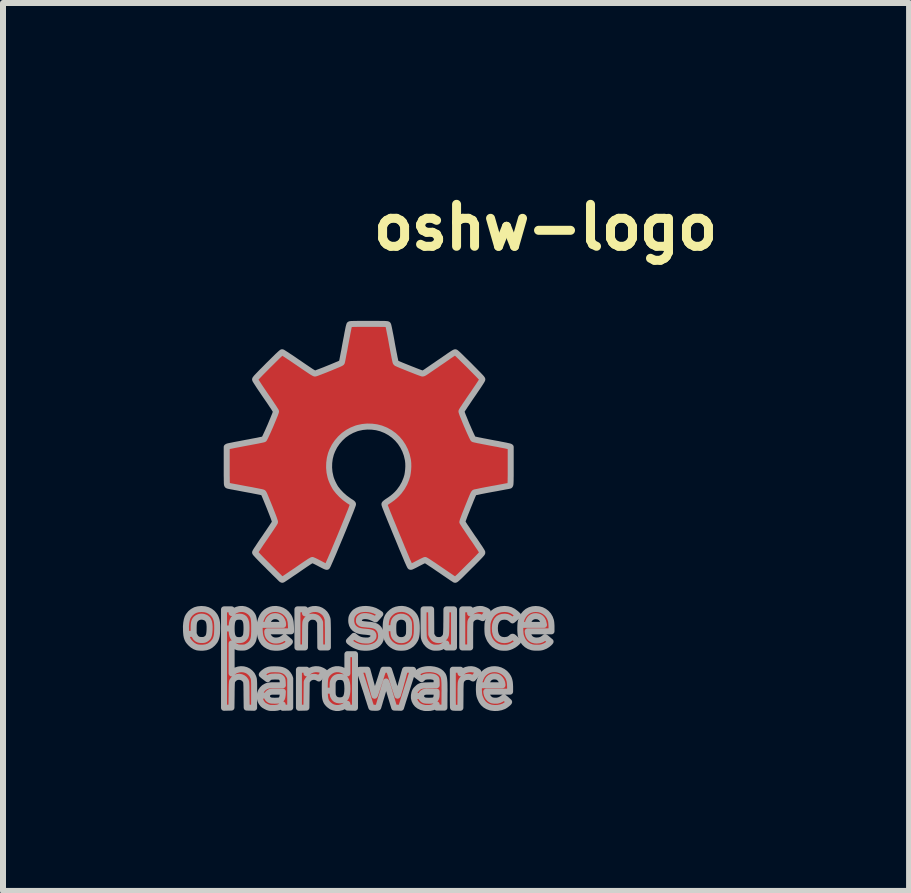
<source format=kicad_pcb>
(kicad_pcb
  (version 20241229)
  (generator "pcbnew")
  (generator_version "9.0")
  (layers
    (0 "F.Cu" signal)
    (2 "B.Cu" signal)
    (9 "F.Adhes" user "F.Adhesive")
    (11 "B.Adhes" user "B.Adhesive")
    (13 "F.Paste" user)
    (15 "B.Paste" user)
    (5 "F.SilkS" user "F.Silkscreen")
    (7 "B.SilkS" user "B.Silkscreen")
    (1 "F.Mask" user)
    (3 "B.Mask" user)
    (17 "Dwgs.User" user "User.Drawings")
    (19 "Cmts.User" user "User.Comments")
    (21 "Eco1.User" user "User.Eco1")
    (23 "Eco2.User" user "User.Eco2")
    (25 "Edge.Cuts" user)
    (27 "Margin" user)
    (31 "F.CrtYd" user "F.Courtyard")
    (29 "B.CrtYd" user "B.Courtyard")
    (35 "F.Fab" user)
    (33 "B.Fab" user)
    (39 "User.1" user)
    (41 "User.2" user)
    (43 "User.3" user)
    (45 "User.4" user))
  (footprint "oshw-logo"
    (layer "F.Cu")
    (at 3.097 5.55)
    (property "Reference" "oshw-logo" (at 0 -4.4 0) (layer "F.SilkS") (effects (font (size 0.7 0.7) (thickness 0.15)) (justify left bottom)))
    (attr exclude_from_pos_files exclude_from_bom allow_soldermask_bridges)
    (fp_poly (pts (xy -0.843 2.558) (xy -0.815 2.564) (xy -0.794 2.572) (xy -0.773 2.581) (xy -0.759 2.589) (xy -0.738 2.603) (xy -0.783 2.658) (xy -0.8 2.677) (xy -0.814 2.694) (xy -0.825 2.706) (xy -0.831 2.712) (xy -0.832 2.712) (xy -0.837 2.71) (xy -0.847 2.703) (xy -0.849 2.702) (xy -0.874 2.69) (xy -0.904 2.684) (xy -0.935 2.685) (xy -0.942 2.686) (xy -0.975 2.698) (xy -1.001 2.717) (xy -1.02 2.741) (xy -1.034 2.766) (xy -1.039 3.197) (xy -1.164 3.2) (xy -1.164 2.565) (xy -1.037 2.565) (xy -1.037 2.626) (xy -1.009 2.604) (xy -0.972 2.579) (xy -0.931 2.563) (xy -0.887 2.556) (xy -0.843 2.558)) (stroke (width 0.01) (type solid)) (fill yes) (layer "F.Cu"))
    (fp_poly (pts (xy 1.889 1.554) (xy 1.907 1.559) (xy 1.927 1.566) (xy 1.948 1.574) (xy 1.966 1.583) (xy 1.979 1.592) (xy 1.984 1.597) (xy 1.982 1.604) (xy 1.974 1.616) (xy 1.962 1.633) (xy 1.946 1.652) (xy 1.945 1.654) (xy 1.929 1.673) (xy 1.915 1.689) (xy 1.906 1.7) (xy 1.901 1.706) (xy 1.896 1.705) (xy 1.885 1.7) (xy 1.873 1.695) (xy 1.84 1.683) (xy 1.808 1.68) (xy 1.776 1.685) (xy 1.747 1.698) (xy 1.723 1.717) (xy 1.704 1.742) (xy 1.696 1.763) (xy 1.695 1.772) (xy 1.694 1.79) (xy 1.693 1.817) (xy 1.692 1.85) (xy 1.692 1.89) (xy 1.691 1.934) (xy 1.691 1.983) (xy 1.691 2.194) (xy 1.559 2.194) (xy 1.559 1.559) (xy 1.691 1.559) (xy 1.691 1.626) (xy 1.71 1.607) (xy 1.739 1.585) (xy 1.775 1.568) (xy 1.814 1.556) (xy 1.855 1.552) (xy 1.889 1.554)) (stroke (width 0.01) (type solid)) (fill yes) (layer "F.Cu"))
    (fp_poly (pts (xy -0.837 1.56) (xy -0.797 1.576) (xy -0.761 1.6) (xy -0.73 1.63) (xy -0.706 1.667) (xy -0.69 1.709) (xy -0.687 1.721) (xy -0.685 1.734) (xy -0.684 1.757) (xy -0.683 1.79) (xy -0.682 1.833) (xy -0.681 1.884) (xy -0.681 1.945) (xy -0.681 1.971) (xy -0.681 2.194) (xy -0.808 2.194) (xy -0.809 1.984) (xy -0.811 1.774) (xy -0.826 1.744) (xy -0.845 1.716) (xy -0.868 1.697) (xy -0.897 1.686) (xy -0.925 1.682) (xy -0.947 1.682) (xy -0.967 1.684) (xy -0.979 1.686) (xy -1.001 1.698) (xy -1.023 1.716) (xy -1.041 1.738) (xy -1.049 1.752) (xy -1.052 1.758) (xy -1.054 1.765) (xy -1.056 1.773) (xy -1.057 1.783) (xy -1.058 1.797) (xy -1.059 1.815) (xy -1.06 1.839) (xy -1.06 1.869) (xy -1.061 1.907) (xy -1.061 1.953) (xy -1.061 1.985) (xy -1.063 2.194) (xy -1.189 2.194) (xy -1.189 1.559) (xy -1.062 1.559) (xy -1.062 1.625) (xy -1.033 1.602) (xy -1.001 1.579) (xy -0.969 1.564) (xy -0.934 1.555) (xy -0.927 1.554) (xy -0.881 1.553) (xy -0.837 1.56)) (stroke (width 0.01) (type solid)) (fill yes) (layer "F.Cu"))
    (fp_poly (pts (xy 1.042 1.769) (xy 1.043 1.979) (xy 1.059 2.009) (xy 1.077 2.036) (xy 1.1 2.056) (xy 1.129 2.067) (xy 1.159 2.071) (xy 1.193 2.07) (xy 1.221 2.063) (xy 1.245 2.047) (xy 1.258 2.034) (xy 1.266 2.025) (xy 1.273 2.016) (xy 1.278 2.008) (xy 1.282 1.997) (xy 1.286 1.985) (xy 1.288 1.969) (xy 1.29 1.948) (xy 1.291 1.922) (xy 1.292 1.89) (xy 1.293 1.85) (xy 1.293 1.801) (xy 1.294 1.766) (xy 1.295 1.559) (xy 1.422 1.559) (xy 1.422 2.194) (xy 1.295 2.194) (xy 1.295 2.161) (xy 1.295 2.144) (xy 1.293 2.132) (xy 1.292 2.128) (xy 1.287 2.131) (xy 1.278 2.14) (xy 1.271 2.147) (xy 1.256 2.159) (xy 1.236 2.171) (xy 1.219 2.181) (xy 1.202 2.188) (xy 1.186 2.193) (xy 1.17 2.196) (xy 1.148 2.197) (xy 1.135 2.198) (xy 1.107 2.198) (xy 1.087 2.197) (xy 1.07 2.194) (xy 1.059 2.19) (xy 1.036 2.181) (xy 1.019 2.172) (xy 1.003 2.161) (xy 0.985 2.146) (xy 0.981 2.141) (xy 0.952 2.107) (xy 0.931 2.068) (xy 0.92 2.033) (xy 0.918 2.019) (xy 0.917 1.996) (xy 0.916 1.963) (xy 0.915 1.92) (xy 0.914 1.869) (xy 0.914 1.808) (xy 0.914 1.782) (xy 0.914 1.559) (xy 1.04 1.559) (xy 1.042 1.769)) (stroke (width 0.01) (type solid)) (fill yes) (layer "F.Cu"))
    (fp_poly (pts (xy 1.753 2.563) (xy 1.768 2.568) (xy 1.787 2.577) (xy 1.804 2.586) (xy 1.818 2.595) (xy 1.826 2.602) (xy 1.827 2.606) (xy 1.824 2.611) (xy 1.815 2.621) (xy 1.803 2.636) (xy 1.789 2.654) (xy 1.775 2.671) (xy 1.761 2.688) (xy 1.749 2.701) (xy 1.742 2.71) (xy 1.739 2.712) (xy 1.735 2.71) (xy 1.724 2.704) (xy 1.713 2.698) (xy 1.697 2.69) (xy 1.682 2.686) (xy 1.664 2.685) (xy 1.653 2.685) (xy 1.618 2.688) (xy 1.59 2.699) (xy 1.566 2.718) (xy 1.561 2.723) (xy 1.554 2.732) (xy 1.548 2.74) (xy 1.544 2.748) (xy 1.54 2.758) (xy 1.537 2.769) (xy 1.534 2.785) (xy 1.533 2.804) (xy 1.532 2.829) (xy 1.531 2.861) (xy 1.53 2.899) (xy 1.53 2.947) (xy 1.53 2.988) (xy 1.528 3.2) (xy 1.468 3.2) (xy 1.444 3.2) (xy 1.425 3.199) (xy 1.411 3.198) (xy 1.405 3.197) (xy 1.404 3.191) (xy 1.404 3.176) (xy 1.403 3.153) (xy 1.403 3.122) (xy 1.402 3.085) (xy 1.402 3.042) (xy 1.402 2.993) (xy 1.402 2.941) (xy 1.402 2.886) (xy 1.402 2.565) (xy 1.529 2.565) (xy 1.529 2.595) (xy 1.529 2.611) (xy 1.53 2.623) (xy 1.532 2.626) (xy 1.537 2.623) (xy 1.547 2.615) (xy 1.554 2.608) (xy 1.588 2.584) (xy 1.627 2.567) (xy 1.669 2.558) (xy 1.712 2.556) (xy 1.753 2.563)) (stroke (width 0.01) (type solid)) (fill yes) (layer "F.Cu"))
    (fp_poly (pts (xy 2.316 1.557) (xy 2.365 1.57) (xy 2.41 1.593) (xy 2.453 1.625) (xy 2.46 1.631) (xy 2.491 1.661) (xy 2.466 1.684) (xy 2.448 1.699) (xy 2.43 1.715) (xy 2.419 1.725) (xy 2.397 1.743) (xy 2.376 1.724) (xy 2.345 1.701) (xy 2.312 1.687) (xy 2.274 1.681) (xy 2.265 1.681) (xy 2.226 1.684) (xy 2.195 1.693) (xy 2.167 1.708) (xy 2.159 1.715) (xy 2.136 1.741) (xy 2.118 1.776) (xy 2.107 1.817) (xy 2.103 1.866) (xy 2.103 1.876) (xy 2.106 1.926) (xy 2.116 1.97) (xy 2.132 2.006) (xy 2.155 2.034) (xy 2.184 2.055) (xy 2.219 2.067) (xy 2.259 2.072) (xy 2.274 2.071) (xy 2.309 2.066) (xy 2.339 2.056) (xy 2.366 2.038) (xy 2.377 2.028) (xy 2.386 2.02) (xy 2.393 2.016) (xy 2.4 2.015) (xy 2.409 2.018) (xy 2.42 2.027) (xy 2.436 2.041) (xy 2.456 2.059) (xy 2.491 2.092) (xy 2.476 2.108) (xy 2.449 2.132) (xy 2.416 2.155) (xy 2.38 2.174) (xy 2.35 2.186) (xy 2.327 2.193) (xy 2.306 2.197) (xy 2.283 2.199) (xy 2.259 2.199) (xy 2.233 2.198) (xy 2.209 2.196) (xy 2.189 2.193) (xy 2.182 2.191) (xy 2.133 2.173) (xy 2.089 2.146) (xy 2.053 2.112) (xy 2.023 2.071) (xy 2.012 2.051) (xy 2 2.023) (xy 1.991 1.999) (xy 1.984 1.975) (xy 1.981 1.948) (xy 1.979 1.917) (xy 1.978 1.879) (xy 1.978 1.877) (xy 1.979 1.838) (xy 1.98 1.806) (xy 1.984 1.78) (xy 1.99 1.756) (xy 1.999 1.731) (xy 2.011 1.704) (xy 2.012 1.701) (xy 2.039 1.657) (xy 2.072 1.62) (xy 2.111 1.591) (xy 2.156 1.57) (xy 2.207 1.557) (xy 2.263 1.552) (xy 2.316 1.557)) (stroke (width 0.01) (type solid)) (fill yes) (layer "F.Cu"))
    (fp_poly (pts (xy -1.494 1.56) (xy -1.447 1.576) (xy -1.405 1.6) (xy -1.368 1.633) (xy -1.341 1.668) (xy -1.326 1.692) (xy -1.316 1.716) (xy -1.308 1.743) (xy -1.302 1.774) (xy -1.299 1.811) (xy -1.297 1.845) (xy -1.294 1.925) (xy -1.692 1.925) (xy -1.692 1.942) (xy -1.687 1.977) (xy -1.673 2.011) (xy -1.65 2.039) (xy -1.626 2.059) (xy -1.601 2.071) (xy -1.572 2.078) (xy -1.537 2.079) (xy -1.497 2.074) (xy -1.458 2.06) (xy -1.422 2.036) (xy -1.421 2.036) (xy -1.402 2.021) (xy -1.359 2.057) (xy -1.342 2.072) (xy -1.327 2.085) (xy -1.317 2.094) (xy -1.314 2.098) (xy -1.316 2.103) (xy -1.324 2.113) (xy -1.338 2.126) (xy -1.354 2.139) (xy -1.372 2.152) (xy -1.389 2.163) (xy -1.399 2.168) (xy -1.421 2.178) (xy -1.445 2.187) (xy -1.461 2.191) (xy -1.488 2.196) (xy -1.522 2.199) (xy -1.557 2.199) (xy -1.591 2.196) (xy -1.62 2.192) (xy -1.629 2.19) (xy -1.677 2.171) (xy -1.718 2.146) (xy -1.752 2.114) (xy -1.779 2.074) (xy -1.8 2.026) (xy -1.802 2.02) (xy -1.81 1.989) (xy -1.815 1.951) (xy -1.818 1.908) (xy -1.819 1.865) (xy -1.818 1.823) (xy -1.816 1.804) (xy -1.692 1.804) (xy -1.692 1.818) (xy -1.428 1.818) (xy -1.428 1.801) (xy -1.432 1.775) (xy -1.442 1.748) (xy -1.457 1.722) (xy -1.469 1.707) (xy -1.495 1.688) (xy -1.526 1.676) (xy -1.56 1.672) (xy -1.593 1.676) (xy -1.619 1.685) (xy -1.646 1.704) (xy -1.668 1.73) (xy -1.683 1.76) (xy -1.691 1.792) (xy -1.692 1.804) (xy -1.816 1.804) (xy -1.814 1.786) (xy -1.812 1.777) (xy -1.797 1.724) (xy -1.775 1.676) (xy -1.747 1.636) (xy -1.713 1.603) (xy -1.673 1.578) (xy -1.629 1.561) (xy -1.597 1.554) (xy -1.544 1.552) (xy -1.494 1.56)) (stroke (width 0.01) (type solid)) (fill yes) (layer "F.Cu"))
    (fp_poly (pts (xy 2.835 1.557) (xy 2.883 1.57) (xy 2.926 1.592) (xy 2.964 1.621) (xy 2.996 1.657) (xy 3.021 1.699) (xy 3.038 1.747) (xy 3.04 1.757) (xy 3.043 1.776) (xy 3.045 1.802) (xy 3.047 1.832) (xy 3.047 1.858) (xy 3.047 1.925) (xy 2.65 1.925) (xy 2.653 1.951) (xy 2.663 1.991) (xy 2.68 2.024) (xy 2.703 2.049) (xy 2.733 2.067) (xy 2.77 2.077) (xy 2.801 2.079) (xy 2.845 2.075) (xy 2.883 2.063) (xy 2.916 2.042) (xy 2.92 2.039) (xy 2.929 2.031) (xy 2.935 2.026) (xy 2.941 2.025) (xy 2.949 2.027) (xy 2.959 2.034) (xy 2.974 2.047) (xy 2.994 2.064) (xy 3.01 2.078) (xy 3.023 2.088) (xy 3.03 2.095) (xy 3.032 2.096) (xy 3.03 2.1) (xy 3.022 2.11) (xy 3.01 2.122) (xy 3.009 2.123) (xy 2.98 2.147) (xy 2.945 2.169) (xy 2.906 2.185) (xy 2.887 2.191) (xy 2.861 2.196) (xy 2.828 2.198) (xy 2.793 2.198) (xy 2.759 2.197) (xy 2.729 2.193) (xy 2.721 2.191) (xy 2.675 2.175) (xy 2.634 2.15) (xy 2.599 2.118) (xy 2.569 2.077) (xy 2.547 2.029) (xy 2.536 1.996) (xy 2.532 1.973) (xy 2.529 1.942) (xy 2.527 1.906) (xy 2.527 1.869) (xy 2.528 1.832) (xy 2.529 1.818) (xy 2.65 1.818) (xy 2.922 1.818) (xy 2.918 1.799) (xy 2.908 1.758) (xy 2.891 1.725) (xy 2.869 1.7) (xy 2.84 1.683) (xy 2.826 1.678) (xy 2.788 1.672) (xy 2.753 1.675) (xy 2.722 1.687) (xy 2.695 1.706) (xy 2.674 1.734) (xy 2.659 1.768) (xy 2.654 1.794) (xy 2.65 1.818) (xy 2.529 1.818) (xy 2.53 1.798) (xy 2.534 1.769) (xy 2.536 1.76) (xy 2.554 1.707) (xy 2.578 1.662) (xy 2.609 1.624) (xy 2.645 1.593) (xy 2.687 1.571) (xy 2.734 1.557) (xy 2.783 1.553) (xy 2.835 1.557)) (stroke (width 0.01) (type solid)) (fill yes) (layer "F.Cu"))
    (fp_poly (pts (xy -2.733 1.557) (xy -2.685 1.57) (xy -2.642 1.592) (xy -2.604 1.622) (xy -2.581 1.649) (xy -2.562 1.676) (xy -2.548 1.706) (xy -2.537 1.739) (xy -2.53 1.777) (xy -2.527 1.821) (xy -2.526 1.873) (xy -2.527 1.907) (xy -2.529 1.956) (xy -2.534 1.997) (xy -2.542 2.031) (xy -2.553 2.06) (xy -2.567 2.086) (xy -2.587 2.111) (xy -2.603 2.129) (xy -2.637 2.158) (xy -2.673 2.178) (xy -2.714 2.192) (xy -2.76 2.198) (xy -2.789 2.199) (xy -2.813 2.198) (xy -2.835 2.196) (xy -2.852 2.194) (xy -2.857 2.194) (xy -2.898 2.179) (xy -2.937 2.155) (xy -2.97 2.126) (xy -2.993 2.101) (xy -3.011 2.077) (xy -3.024 2.051) (xy -3.034 2.022) (xy -3.041 1.988) (xy -3.045 1.947) (xy -3.047 1.91) (xy -3.047 1.882) (xy -2.919 1.882) (xy -2.919 1.968) (xy -2.903 2.001) (xy -2.885 2.031) (xy -2.863 2.051) (xy -2.837 2.064) (xy -2.804 2.07) (xy -2.779 2.07) (xy -2.755 2.069) (xy -2.737 2.065) (xy -2.722 2.058) (xy -2.717 2.055) (xy -2.697 2.041) (xy -2.681 2.025) (xy -2.67 2.004) (xy -2.662 1.978) (xy -2.657 1.945) (xy -2.654 1.903) (xy -2.654 1.899) (xy -2.653 1.848) (xy -2.656 1.806) (xy -2.662 1.772) (xy -2.673 1.744) (xy -2.687 1.722) (xy -2.707 1.705) (xy -2.723 1.695) (xy -2.755 1.684) (xy -2.788 1.68) (xy -2.821 1.684) (xy -2.851 1.695) (xy -2.877 1.713) (xy -2.892 1.729) (xy -2.901 1.745) (xy -2.908 1.76) (xy -2.913 1.778) (xy -2.916 1.8) (xy -2.918 1.828) (xy -2.919 1.864) (xy -2.919 1.882) (xy -3.047 1.882) (xy -3.048 1.844) (xy -3.043 1.786) (xy -3.034 1.736) (xy -3.021 1.695) (xy -3.004 1.664) (xy -2.972 1.624) (xy -2.935 1.594) (xy -2.893 1.571) (xy -2.846 1.558) (xy -2.794 1.553) (xy -2.787 1.553) (xy -2.733 1.557)) (stroke (width 0.01) (type solid)) (fill yes) (layer "F.Cu"))
    (fp_poly (pts (xy 2.148 2.561) (xy 2.193 2.574) (xy 2.235 2.595) (xy 2.273 2.623) (xy 2.304 2.657) (xy 2.326 2.691) (xy 2.338 2.718) (xy 2.346 2.745) (xy 2.352 2.774) (xy 2.355 2.808) (xy 2.357 2.85) (xy 2.357 2.858) (xy 2.357 2.931) (xy 1.96 2.931) (xy 1.963 2.955) (xy 1.973 2.993) (xy 1.991 3.026) (xy 2.015 3.053) (xy 2.039 3.069) (xy 2.057 3.076) (xy 2.08 3.08) (xy 2.103 3.082) (xy 2.144 3.081) (xy 2.18 3.071) (xy 2.214 3.054) (xy 2.227 3.045) (xy 2.24 3.035) (xy 2.25 3.029) (xy 2.253 3.027) (xy 2.258 3.03) (xy 2.269 3.039) (xy 2.284 3.05) (xy 2.3 3.064) (xy 2.315 3.078) (xy 2.329 3.09) (xy 2.338 3.099) (xy 2.341 3.103) (xy 2.337 3.11) (xy 2.327 3.121) (xy 2.312 3.134) (xy 2.294 3.148) (xy 2.276 3.161) (xy 2.259 3.171) (xy 2.252 3.175) (xy 2.204 3.192) (xy 2.152 3.202) (xy 2.098 3.204) (xy 2.046 3.198) (xy 2.032 3.195) (xy 1.984 3.178) (xy 1.943 3.154) (xy 1.909 3.123) (xy 1.881 3.084) (xy 1.859 3.037) (xy 1.847 3.003) (xy 1.841 2.972) (xy 1.838 2.934) (xy 1.836 2.893) (xy 1.837 2.851) (xy 1.839 2.824) (xy 1.96 2.824) (xy 2.23 2.824) (xy 2.23 2.813) (xy 2.225 2.783) (xy 2.214 2.753) (xy 2.196 2.725) (xy 2.175 2.702) (xy 2.151 2.686) (xy 2.128 2.68) (xy 2.101 2.677) (xy 2.072 2.678) (xy 2.051 2.683) (xy 2.023 2.696) (xy 2 2.717) (xy 1.981 2.746) (xy 1.968 2.779) (xy 1.963 2.8) (xy 1.96 2.824) (xy 1.839 2.824) (xy 1.839 2.811) (xy 1.844 2.776) (xy 1.848 2.76) (xy 1.866 2.708) (xy 1.889 2.663) (xy 1.919 2.627) (xy 1.954 2.598) (xy 1.996 2.575) (xy 2.007 2.571) (xy 2.054 2.559) (xy 2.101 2.556) (xy 2.148 2.561)) (stroke (width 0.01) (type solid)) (fill yes) (layer "F.Cu"))
    (fp_poly (pts (xy -0.229 3.2) (xy -0.354 3.197) (xy -0.355 3.165) (xy -0.357 3.133) (xy -0.374 3.148) (xy -0.411 3.175) (xy -0.453 3.193) (xy -0.497 3.203) (xy -0.542 3.204) (xy -0.585 3.195) (xy -0.586 3.195) (xy -0.621 3.181) (xy -0.651 3.16) (xy -0.673 3.141) (xy -0.689 3.123) (xy -0.702 3.106) (xy -0.712 3.086) (xy -0.72 3.064) (xy -0.726 3.038) (xy -0.73 3.007) (xy -0.732 2.968) (xy -0.733 2.922) (xy -0.733 2.88) (xy -0.602 2.88) (xy -0.602 2.915) (xy -0.602 2.942) (xy -0.601 2.962) (xy -0.6 2.977) (xy -0.598 2.988) (xy -0.596 2.998) (xy -0.592 3.007) (xy -0.591 3.01) (xy -0.574 3.039) (xy -0.552 3.059) (xy -0.525 3.071) (xy -0.492 3.076) (xy -0.472 3.076) (xy -0.442 3.072) (xy -0.418 3.063) (xy -0.398 3.048) (xy -0.382 3.029) (xy -0.371 3.004) (xy -0.363 2.972) (xy -0.358 2.933) (xy -0.356 2.885) (xy -0.356 2.88) (xy -0.358 2.828) (xy -0.363 2.785) (xy -0.373 2.75) (xy -0.387 2.724) (xy -0.406 2.704) (xy -0.43 2.692) (xy -0.46 2.686) (xy -0.483 2.685) (xy -0.517 2.687) (xy -0.544 2.696) (xy -0.565 2.711) (xy -0.583 2.734) (xy -0.591 2.751) (xy -0.595 2.76) (xy -0.598 2.769) (xy -0.6 2.779) (xy -0.601 2.793) (xy -0.602 2.811) (xy -0.602 2.836) (xy -0.602 2.869) (xy -0.602 2.88) (xy -0.733 2.88) (xy -0.733 2.827) (xy -0.732 2.783) (xy -0.729 2.746) (xy -0.725 2.716) (xy -0.719 2.691) (xy -0.71 2.67) (xy -0.699 2.651) (xy -0.685 2.633) (xy -0.668 2.616) (xy -0.668 2.615) (xy -0.632 2.587) (xy -0.592 2.567) (xy -0.55 2.557) (xy -0.506 2.556) (xy -0.463 2.564) (xy -0.421 2.582) (xy -0.411 2.587) (xy -0.394 2.598) (xy -0.377 2.61) (xy -0.373 2.614) (xy -0.356 2.627) (xy -0.356 2.306) (xy -0.229 2.306) (xy -0.229 3.2)) (stroke (width 0.01) (type solid)) (fill yes) (layer "F.Cu"))
    (fp_poly (pts (xy 0.605 1.558) (xy 0.651 1.574) (xy 0.694 1.598) (xy 0.728 1.627) (xy 0.75 1.652) (xy 0.768 1.678) (xy 0.781 1.707) (xy 0.791 1.739) (xy 0.797 1.777) (xy 0.801 1.822) (xy 0.802 1.876) (xy 0.802 1.877) (xy 0.801 1.929) (xy 0.798 1.973) (xy 0.792 2.009) (xy 0.784 2.04) (xy 0.774 2.062) (xy 0.748 2.103) (xy 0.715 2.139) (xy 0.675 2.167) (xy 0.632 2.187) (xy 0.626 2.189) (xy 0.599 2.195) (xy 0.567 2.198) (xy 0.532 2.199) (xy 0.499 2.197) (xy 0.471 2.193) (xy 0.466 2.192) (xy 0.428 2.177) (xy 0.391 2.155) (xy 0.359 2.129) (xy 0.354 2.123) (xy 0.332 2.098) (xy 0.316 2.073) (xy 0.303 2.047) (xy 0.294 2.017) (xy 0.287 1.983) (xy 0.284 1.943) (xy 0.282 1.894) (xy 0.282 1.877) (xy 0.409 1.877) (xy 0.41 1.918) (xy 0.412 1.95) (xy 0.416 1.976) (xy 0.423 1.997) (xy 0.432 2.015) (xy 0.445 2.03) (xy 0.451 2.037) (xy 0.471 2.054) (xy 0.491 2.064) (xy 0.514 2.07) (xy 0.543 2.072) (xy 0.569 2.07) (xy 0.59 2.065) (xy 0.601 2.06) (xy 0.625 2.047) (xy 0.642 2.031) (xy 0.656 2.009) (xy 0.661 1.998) (xy 0.665 1.989) (xy 0.668 1.98) (xy 0.67 1.969) (xy 0.671 1.954) (xy 0.672 1.935) (xy 0.673 1.909) (xy 0.673 1.877) (xy 0.673 1.842) (xy 0.672 1.817) (xy 0.671 1.798) (xy 0.67 1.784) (xy 0.668 1.773) (xy 0.665 1.764) (xy 0.661 1.755) (xy 0.647 1.73) (xy 0.632 1.712) (xy 0.612 1.698) (xy 0.601 1.693) (xy 0.569 1.683) (xy 0.535 1.681) (xy 0.501 1.686) (xy 0.471 1.7) (xy 0.447 1.719) (xy 0.434 1.736) (xy 0.424 1.753) (xy 0.417 1.774) (xy 0.412 1.8) (xy 0.41 1.833) (xy 0.409 1.873) (xy 0.409 1.877) (xy 0.282 1.877) (xy 0.283 1.824) (xy 0.286 1.78) (xy 0.292 1.742) (xy 0.301 1.711) (xy 0.313 1.683) (xy 0.33 1.657) (xy 0.35 1.633) (xy 0.351 1.632) (xy 0.385 1.601) (xy 0.42 1.578) (xy 0.46 1.563) (xy 0.505 1.554) (xy 0.555 1.551) (xy 0.605 1.558)) (stroke (width 0.01) (type solid)) (fill yes) (layer "F.Cu"))
    (fp_poly (pts (xy 0.004 1.556) (xy 0.054 1.566) (xy 0.102 1.582) (xy 0.146 1.605) (xy 0.154 1.61) (xy 0.193 1.636) (xy 0.178 1.655) (xy 0.166 1.668) (xy 0.152 1.686) (xy 0.138 1.7) (xy 0.114 1.727) (xy 0.07 1.705) (xy 0.032 1.688) (xy -0.007 1.677) (xy -0.044 1.672) (xy -0.079 1.672) (xy -0.11 1.678) (xy -0.136 1.69) (xy -0.154 1.707) (xy -0.162 1.724) (xy -0.164 1.745) (xy -0.164 1.761) (xy -0.159 1.772) (xy -0.15 1.782) (xy -0.149 1.783) (xy -0.139 1.791) (xy -0.128 1.797) (xy -0.114 1.802) (xy -0.095 1.805) (xy -0.07 1.808) (xy -0.037 1.811) (xy -0.02 1.813) (xy 0.027 1.817) (xy 0.065 1.823) (xy 0.096 1.832) (xy 0.122 1.842) (xy 0.14 1.854) (xy 0.166 1.879) (xy 0.186 1.91) (xy 0.2 1.947) (xy 0.206 1.987) (xy 0.206 2.018) (xy 0.198 2.06) (xy 0.181 2.097) (xy 0.155 2.129) (xy 0.122 2.156) (xy 0.08 2.177) (xy 0.042 2.189) (xy 0.005 2.196) (xy -0.038 2.199) (xy -0.083 2.198) (xy -0.125 2.194) (xy -0.153 2.189) (xy -0.177 2.181) (xy -0.204 2.171) (xy -0.229 2.16) (xy -0.232 2.159) (xy -0.251 2.148) (xy -0.272 2.136) (xy -0.292 2.122) (xy -0.309 2.109) (xy -0.323 2.098) (xy -0.33 2.09) (xy -0.331 2.088) (xy -0.327 2.084) (xy -0.318 2.073) (xy -0.304 2.059) (xy -0.288 2.043) (xy -0.246 2) (xy -0.221 2.021) (xy -0.184 2.047) (xy -0.145 2.065) (xy -0.102 2.075) (xy -0.053 2.079) (xy -0.049 2.079) (xy -0.023 2.079) (xy -0.004 2.078) (xy 0.011 2.074) (xy 0.025 2.069) (xy 0.029 2.068) (xy 0.054 2.052) (xy 0.071 2.033) (xy 0.079 2.01) (xy 0.078 1.986) (xy 0.074 1.975) (xy 0.068 1.964) (xy 0.06 1.956) (xy 0.048 1.949) (xy 0.031 1.944) (xy 0.007 1.939) (xy -0.024 1.935) (xy -0.052 1.932) (xy -0.089 1.929) (xy -0.119 1.925) (xy -0.142 1.921) (xy -0.16 1.917) (xy -0.176 1.912) (xy -0.192 1.906) (xy -0.201 1.901) (xy -0.235 1.879) (xy -0.262 1.85) (xy -0.28 1.816) (xy -0.29 1.776) (xy -0.292 1.75) (xy -0.291 1.727) (xy -0.289 1.705) (xy -0.286 1.689) (xy -0.286 1.688) (xy -0.273 1.659) (xy -0.253 1.63) (xy -0.229 1.604) (xy -0.221 1.599) (xy -0.185 1.577) (xy -0.143 1.562) (xy -0.096 1.554) (xy -0.047 1.552) (xy 0.004 1.556)) (stroke (width 0.01) (type solid)) (fill yes) (layer "F.Cu"))
    (fp_poly (pts (xy 1.038 2.556) (xy 1.091 2.563) (xy 1.137 2.576) (xy 1.177 2.595) (xy 1.209 2.62) (xy 1.234 2.65) (xy 1.242 2.665) (xy 1.247 2.677) (xy 1.251 2.691) (xy 1.255 2.708) (xy 1.258 2.727) (xy 1.26 2.751) (xy 1.262 2.78) (xy 1.263 2.815) (xy 1.263 2.858) (xy 1.264 2.908) (xy 1.263 2.967) (xy 1.263 2.989) (xy 1.262 3.197) (xy 1.135 3.197) (xy 1.133 3.171) (xy 1.132 3.144) (xy 1.119 3.159) (xy 1.096 3.179) (xy 1.065 3.193) (xy 1.026 3.202) (xy 0.98 3.204) (xy 0.976 3.204) (xy 0.955 3.204) (xy 0.937 3.203) (xy 0.925 3.202) (xy 0.924 3.201) (xy 0.879 3.189) (xy 0.839 3.17) (xy 0.806 3.144) (xy 0.781 3.113) (xy 0.763 3.077) (xy 0.753 3.037) (xy 0.753 3.005) (xy 0.873 3.005) (xy 0.874 3.023) (xy 0.878 3.035) (xy 0.887 3.047) (xy 0.89 3.05) (xy 0.903 3.063) (xy 0.917 3.072) (xy 0.935 3.078) (xy 0.957 3.081) (xy 0.986 3.082) (xy 1.013 3.082) (xy 1.043 3.081) (xy 1.065 3.079) (xy 1.08 3.077) (xy 1.091 3.073) (xy 1.096 3.071) (xy 1.112 3.058) (xy 1.123 3.039) (xy 1.13 3.012) (xy 1.132 2.977) (xy 1.132 2.975) (xy 1.132 2.931) (xy 1.035 2.931) (xy 0.999 2.931) (xy 0.973 2.931) (xy 0.953 2.932) (xy 0.939 2.934) (xy 0.928 2.936) (xy 0.919 2.939) (xy 0.916 2.94) (xy 0.893 2.954) (xy 0.88 2.971) (xy 0.874 2.994) (xy 0.873 3.005) (xy 0.753 3.005) (xy 0.753 2.994) (xy 0.761 2.951) (xy 0.768 2.931) (xy 0.776 2.915) (xy 0.786 2.901) (xy 0.802 2.884) (xy 0.804 2.882) (xy 0.82 2.867) (xy 0.835 2.854) (xy 0.85 2.845) (xy 0.867 2.838) (xy 0.887 2.833) (xy 0.912 2.829) (xy 0.943 2.827) (xy 0.982 2.826) (xy 1.015 2.825) (xy 1.133 2.823) (xy 1.132 2.771) (xy 1.131 2.746) (xy 1.129 2.73) (xy 1.127 2.719) (xy 1.123 2.711) (xy 1.117 2.705) (xy 1.098 2.691) (xy 1.07 2.682) (xy 1.032 2.677) (xy 1.006 2.677) (xy 0.972 2.678) (xy 0.945 2.682) (xy 0.924 2.688) (xy 0.907 2.699) (xy 0.9 2.706) (xy 0.882 2.723) (xy 0.834 2.686) (xy 0.816 2.672) (xy 0.801 2.66) (xy 0.79 2.652) (xy 0.787 2.648) (xy 0.791 2.639) (xy 0.801 2.626) (xy 0.816 2.612) (xy 0.832 2.6) (xy 0.864 2.581) (xy 0.902 2.568) (xy 0.946 2.559) (xy 0.98 2.556) (xy 1.038 2.556)) (stroke (width 0.01) (type solid)) (fill yes) (layer "F.Cu"))
    (fp_poly (pts (xy -1.521 2.559) (xy -1.485 2.562) (xy -1.454 2.568) (xy -1.427 2.577) (xy -1.401 2.589) (xy -1.371 2.61) (xy -1.345 2.639) (xy -1.325 2.67) (xy -1.321 2.679) (xy -1.309 2.71) (xy -1.309 3.197) (xy -1.433 3.2) (xy -1.433 3.172) (xy -1.434 3.157) (xy -1.435 3.147) (xy -1.436 3.144) (xy -1.44 3.147) (xy -1.449 3.156) (xy -1.453 3.161) (xy -1.472 3.178) (xy -1.496 3.19) (xy -1.526 3.198) (xy -1.563 3.202) (xy -1.578 3.203) (xy -1.603 3.203) (xy -1.627 3.203) (xy -1.647 3.201) (xy -1.656 3.2) (xy -1.686 3.191) (xy -1.717 3.176) (xy -1.746 3.159) (xy -1.765 3.143) (xy -1.79 3.111) (xy -1.807 3.075) (xy -1.816 3.037) (xy -1.817 2.998) (xy -1.817 2.997) (xy -1.697 2.997) (xy -1.696 3.02) (xy -1.687 3.042) (xy -1.67 3.06) (xy -1.668 3.062) (xy -1.654 3.07) (xy -1.64 3.076) (xy -1.624 3.08) (xy -1.602 3.081) (xy -1.574 3.082) (xy -1.558 3.082) (xy -1.529 3.081) (xy -1.508 3.08) (xy -1.494 3.078) (xy -1.483 3.075) (xy -1.474 3.07) (xy -1.458 3.058) (xy -1.447 3.041) (xy -1.44 3.017) (xy -1.435 2.985) (xy -1.435 2.977) (xy -1.432 2.931) (xy -1.533 2.931) (xy -1.568 2.931) (xy -1.595 2.931) (xy -1.615 2.932) (xy -1.63 2.934) (xy -1.641 2.936) (xy -1.65 2.938) (xy -1.655 2.941) (xy -1.676 2.955) (xy -1.69 2.974) (xy -1.697 2.997) (xy -1.817 2.997) (xy -1.811 2.96) (xy -1.797 2.924) (xy -1.775 2.892) (xy -1.747 2.864) (xy -1.715 2.845) (xy -1.7 2.838) (xy -1.685 2.833) (xy -1.668 2.83) (xy -1.648 2.827) (xy -1.623 2.825) (xy -1.591 2.824) (xy -1.551 2.824) (xy -1.54 2.824) (xy -1.432 2.824) (xy -1.434 2.776) (xy -1.436 2.747) (xy -1.441 2.726) (xy -1.448 2.711) (xy -1.46 2.699) (xy -1.474 2.689) (xy -1.483 2.685) (xy -1.492 2.682) (xy -1.505 2.68) (xy -1.524 2.68) (xy -1.55 2.679) (xy -1.56 2.679) (xy -1.594 2.68) (xy -1.62 2.682) (xy -1.639 2.686) (xy -1.654 2.692) (xy -1.666 2.701) (xy -1.675 2.711) (xy -1.686 2.724) (xy -1.735 2.686) (xy -1.754 2.672) (xy -1.769 2.659) (xy -1.78 2.65) (xy -1.784 2.646) (xy -1.78 2.64) (xy -1.77 2.629) (xy -1.756 2.616) (xy -1.74 2.604) (xy -1.724 2.592) (xy -1.711 2.584) (xy -1.71 2.583) (xy -1.688 2.574) (xy -1.668 2.566) (xy -1.647 2.562) (xy -1.623 2.559) (xy -1.593 2.558) (xy -1.565 2.558) (xy -1.521 2.559)) (stroke (width 0.01) (type solid)) (fill yes) (layer "F.Cu"))
    (fp_poly (pts (xy 0.035 2.777) (xy 0.047 2.822) (xy 0.059 2.864) (xy 0.069 2.903) (xy 0.078 2.936) (xy 0.086 2.963) (xy 0.092 2.984) (xy 0.095 2.996) (xy 0.096 2.999) (xy 0.098 2.999) (xy 0.103 2.991) (xy 0.109 2.975) (xy 0.118 2.95) (xy 0.129 2.917) (xy 0.143 2.874) (xy 0.152 2.849) (xy 0.165 2.807) (xy 0.179 2.766) (xy 0.192 2.726) (xy 0.204 2.689) (xy 0.214 2.658) (xy 0.221 2.634) (xy 0.224 2.627) (xy 0.244 2.565) (xy 0.338 2.565) (xy 0.406 2.774) (xy 0.42 2.819) (xy 0.434 2.861) (xy 0.446 2.899) (xy 0.457 2.932) (xy 0.466 2.96) (xy 0.473 2.981) (xy 0.477 2.993) (xy 0.478 2.997) (xy 0.48 2.998) (xy 0.482 2.996) (xy 0.485 2.99) (xy 0.49 2.978) (xy 0.495 2.96) (xy 0.502 2.936) (xy 0.511 2.905) (xy 0.523 2.865) (xy 0.536 2.817) (xy 0.543 2.789) (xy 0.556 2.744) (xy 0.568 2.701) (xy 0.578 2.663) (xy 0.587 2.629) (xy 0.595 2.602) (xy 0.601 2.582) (xy 0.605 2.57) (xy 0.606 2.567) (xy 0.611 2.566) (xy 0.625 2.566) (xy 0.645 2.566) (xy 0.669 2.566) (xy 0.673 2.566) (xy 0.739 2.567) (xy 0.656 2.827) (xy 0.64 2.878) (xy 0.624 2.928) (xy 0.609 2.976) (xy 0.595 3.02) (xy 0.582 3.06) (xy 0.571 3.094) (xy 0.563 3.121) (xy 0.557 3.139) (xy 0.556 3.143) (xy 0.538 3.2) (xy 0.425 3.197) (xy 0.358 2.975) (xy 0.341 2.917) (xy 0.327 2.87) (xy 0.315 2.831) (xy 0.305 2.801) (xy 0.297 2.78) (xy 0.292 2.766) (xy 0.289 2.761) (xy 0.288 2.761) (xy 0.286 2.768) (xy 0.281 2.783) (xy 0.274 2.806) (xy 0.265 2.836) (xy 0.254 2.871) (xy 0.242 2.911) (xy 0.23 2.953) (xy 0.223 2.976) (xy 0.21 3.02) (xy 0.197 3.062) (xy 0.186 3.099) (xy 0.177 3.132) (xy 0.169 3.158) (xy 0.163 3.177) (xy 0.16 3.189) (xy 0.159 3.191) (xy 0.157 3.195) (xy 0.151 3.198) (xy 0.141 3.199) (xy 0.124 3.2) (xy 0.101 3.2) (xy 0.073 3.199) (xy 0.055 3.198) (xy 0.045 3.196) (xy 0.043 3.194) (xy 0.041 3.188) (xy 0.036 3.173) (xy 0.029 3.15) (xy 0.019 3.121) (xy 0.008 3.084) (xy -0.006 3.043) (xy -0.02 2.996) (xy -0.036 2.946) (xy -0.053 2.893) (xy -0.057 2.883) (xy -0.074 2.83) (xy -0.09 2.779) (xy -0.105 2.732) (xy -0.119 2.689) (xy -0.131 2.652) (xy -0.141 2.621) (xy -0.148 2.596) (xy -0.154 2.58) (xy -0.156 2.572) (xy -0.156 2.569) (xy -0.151 2.567) (xy -0.14 2.566) (xy -0.123 2.565) (xy -0.096 2.565) (xy -0.091 2.565) (xy -0.023 2.565) (xy 0.035 2.777)) (stroke (width 0.01) (type solid)) (fill yes) (layer "F.Cu"))
    (fp_poly (pts (xy -2.065 1.559) (xy -2.024 1.576) (xy -1.986 1.601) (xy -1.973 1.612) (xy -1.957 1.63) (xy -1.943 1.649) (xy -1.932 1.668) (xy -1.924 1.69) (xy -1.918 1.716) (xy -1.914 1.747) (xy -1.911 1.785) (xy -1.91 1.831) (xy -1.91 1.877) (xy -1.91 1.93) (xy -1.912 1.974) (xy -1.914 2.011) (xy -1.919 2.041) (xy -1.925 2.067) (xy -1.934 2.088) (xy -1.945 2.107) (xy -1.959 2.125) (xy -1.972 2.139) (xy -1.993 2.157) (xy -2.018 2.173) (xy -2.031 2.18) (xy -2.047 2.188) (xy -2.06 2.192) (xy -2.074 2.195) (xy -2.091 2.196) (xy -2.114 2.197) (xy -2.122 2.197) (xy -2.147 2.196) (xy -2.165 2.195) (xy -2.179 2.193) (xy -2.191 2.189) (xy -2.205 2.183) (xy -2.21 2.18) (xy -2.231 2.169) (xy -2.251 2.156) (xy -2.265 2.146) (xy -2.286 2.127) (xy -2.286 2.627) (xy -2.266 2.608) (xy -2.248 2.595) (xy -2.227 2.582) (xy -2.217 2.577) (xy -2.173 2.562) (xy -2.129 2.556) (xy -2.086 2.559) (xy -2.045 2.57) (xy -2.007 2.589) (xy -1.974 2.616) (xy -1.946 2.648) (xy -1.926 2.687) (xy -1.919 2.707) (xy -1.917 2.715) (xy -1.915 2.724) (xy -1.914 2.737) (xy -1.913 2.753) (xy -1.912 2.774) (xy -1.911 2.8) (xy -1.911 2.833) (xy -1.911 2.874) (xy -1.911 2.923) (xy -1.911 2.967) (xy -1.911 3.2) (xy -2.035 3.197) (xy -2.038 2.984) (xy -2.038 2.932) (xy -2.039 2.889) (xy -2.039 2.854) (xy -2.04 2.826) (xy -2.041 2.805) (xy -2.042 2.788) (xy -2.043 2.776) (xy -2.045 2.767) (xy -2.046 2.76) (xy -2.049 2.755) (xy -2.051 2.75) (xy -2.072 2.721) (xy -2.098 2.701) (xy -2.128 2.688) (xy -2.161 2.683) (xy -2.195 2.687) (xy -2.22 2.697) (xy -2.24 2.71) (xy -2.259 2.729) (xy -2.274 2.75) (xy -2.278 2.757) (xy -2.28 2.765) (xy -2.281 2.781) (xy -2.283 2.806) (xy -2.284 2.839) (xy -2.285 2.881) (xy -2.286 2.933) (xy -2.286 2.984) (xy -2.289 3.197) (xy -2.413 3.2) (xy -2.413 1.877) (xy -2.286 1.877) (xy -2.285 1.926) (xy -2.281 1.966) (xy -2.274 1.998) (xy -2.262 2.024) (xy -2.247 2.043) (xy -2.228 2.058) (xy -2.215 2.064) (xy -2.194 2.07) (xy -2.168 2.072) (xy -2.141 2.071) (xy -2.117 2.066) (xy -2.106 2.063) (xy -2.079 2.044) (xy -2.058 2.019) (xy -2.05 2.001) (xy -2.045 1.984) (xy -2.042 1.959) (xy -2.04 1.929) (xy -2.038 1.895) (xy -2.038 1.861) (xy -2.039 1.829) (xy -2.041 1.8) (xy -2.044 1.777) (xy -2.045 1.772) (xy -2.057 1.738) (xy -2.073 1.712) (xy -2.094 1.695) (xy -2.122 1.684) (xy -2.156 1.681) (xy -2.159 1.681) (xy -2.192 1.683) (xy -2.22 1.691) (xy -2.243 1.705) (xy -2.26 1.725) (xy -2.273 1.753) (xy -2.281 1.788) (xy -2.285 1.832) (xy -2.286 1.877) (xy -2.413 1.877) (xy -2.413 1.559) (xy -2.286 1.559) (xy -2.286 1.62) (xy -2.26 1.6) (xy -2.225 1.577) (xy -2.19 1.563) (xy -2.154 1.554) (xy -2.109 1.552) (xy -2.065 1.559)) (stroke (width 0.01) (type solid)) (fill yes) (layer "F.Cu"))
    (fp_poly (pts (xy 0.063 -3.201) (xy 0.118 -3.201) (xy 0.164 -3.201) (xy 0.202 -3.2) (xy 0.233 -3.2) (xy 0.258 -3.2) (xy 0.277 -3.199) (xy 0.292 -3.198) (xy 0.302 -3.197) (xy 0.309 -3.196) (xy 0.314 -3.195) (xy 0.317 -3.193) (xy 0.319 -3.192) (xy 0.321 -3.189) (xy 0.324 -3.183) (xy 0.327 -3.174) (xy 0.33 -3.161) (xy 0.334 -3.144) (xy 0.339 -3.12) (xy 0.345 -3.091) (xy 0.352 -3.054) (xy 0.361 -3.01) (xy 0.371 -2.958) (xy 0.382 -2.897) (xy 0.385 -2.878) (xy 0.395 -2.824) (xy 0.405 -2.772) (xy 0.414 -2.724) (xy 0.423 -2.68) (xy 0.43 -2.642) (xy 0.437 -2.61) (xy 0.442 -2.586) (xy 0.446 -2.569) (xy 0.448 -2.562) (xy 0.456 -2.55) (xy 0.464 -2.544) (xy 0.476 -2.539) (xy 0.495 -2.53) (xy 0.521 -2.519) (xy 0.552 -2.506) (xy 0.587 -2.492) (xy 0.624 -2.477) (xy 0.664 -2.461) (xy 0.704 -2.445) (xy 0.743 -2.43) (xy 0.78 -2.415) (xy 0.814 -2.402) (xy 0.843 -2.391) (xy 0.868 -2.382) (xy 0.885 -2.376) (xy 0.895 -2.373) (xy 0.896 -2.373) (xy 0.911 -2.376) (xy 0.931 -2.386) (xy 0.948 -2.397) (xy 0.962 -2.406) (xy 0.983 -2.421) (xy 1.011 -2.44) (xy 1.043 -2.462) (xy 1.079 -2.487) (xy 1.118 -2.513) (xy 1.158 -2.541) (xy 1.198 -2.568) (xy 1.238 -2.595) (xy 1.275 -2.621) (xy 1.309 -2.644) (xy 1.338 -2.665) (xy 1.362 -2.681) (xy 1.377 -2.691) (xy 1.398 -2.705) (xy 1.418 -2.717) (xy 1.433 -2.725) (xy 1.442 -2.728) (xy 1.443 -2.728) (xy 1.448 -2.726) (xy 1.456 -2.72) (xy 1.468 -2.71) (xy 1.486 -2.694) (xy 1.508 -2.673) (xy 1.535 -2.647) (xy 1.568 -2.614) (xy 1.608 -2.575) (xy 1.654 -2.53) (xy 1.675 -2.509) (xy 1.721 -2.462) (xy 1.761 -2.422) (xy 1.794 -2.388) (xy 1.822 -2.36) (xy 1.844 -2.337) (xy 1.862 -2.318) (xy 1.875 -2.304) (xy 1.884 -2.293) (xy 1.89 -2.284) (xy 1.893 -2.279) (xy 1.894 -2.275) (xy 1.892 -2.269) (xy 1.886 -2.257) (xy 1.875 -2.239) (xy 1.86 -2.215) (xy 1.839 -2.183) (xy 1.814 -2.145) (xy 1.783 -2.1) (xy 1.747 -2.046) (xy 1.721 -2.009) (xy 1.69 -1.964) (xy 1.661 -1.921) (xy 1.634 -1.88) (xy 1.609 -1.844) (xy 1.588 -1.811) (xy 1.57 -1.785) (xy 1.557 -1.764) (xy 1.549 -1.75) (xy 1.546 -1.743) (xy 1.547 -1.735) (xy 1.552 -1.719) (xy 1.56 -1.696) (xy 1.571 -1.667) (xy 1.585 -1.634) (xy 1.6 -1.597) (xy 1.616 -1.557) (xy 1.633 -1.516) (xy 1.651 -1.476) (xy 1.668 -1.436) (xy 1.685 -1.398) (xy 1.701 -1.363) (xy 1.715 -1.333) (xy 1.727 -1.309) (xy 1.736 -1.291) (xy 1.742 -1.281) (xy 1.744 -1.279) (xy 1.751 -1.277) (xy 1.767 -1.273) (xy 1.791 -1.268) (xy 1.822 -1.261) (xy 1.86 -1.254) (xy 1.903 -1.245) (xy 1.951 -1.236) (xy 2.002 -1.226) (xy 2.049 -1.217) (xy 2.103 -1.207) (xy 2.154 -1.198) (xy 2.201 -1.188) (xy 2.244 -1.18) (xy 2.281 -1.173) (xy 2.311 -1.166) (xy 2.335 -1.161) (xy 2.35 -1.157) (xy 2.355 -1.156) (xy 2.367 -1.148) (xy 2.367 -0.834) (xy 2.367 -0.768) (xy 2.367 -0.712) (xy 2.367 -0.664) (xy 2.366 -0.625) (xy 2.366 -0.592) (xy 2.365 -0.566) (xy 2.364 -0.546) (xy 2.363 -0.531) (xy 2.361 -0.52) (xy 2.358 -0.512) (xy 2.355 -0.507) (xy 2.352 -0.504) (xy 2.348 -0.503) (xy 2.343 -0.501) (xy 2.34 -0.501) (xy 2.333 -0.499) (xy 2.317 -0.496) (xy 2.293 -0.492) (xy 2.261 -0.486) (xy 2.224 -0.479) (xy 2.181 -0.471) (xy 2.134 -0.462) (xy 2.084 -0.453) (xy 2.054 -0.448) (xy 2.002 -0.438) (xy 1.953 -0.429) (xy 1.907 -0.42) (xy 1.866 -0.412) (xy 1.831 -0.404) (xy 1.802 -0.398) (xy 1.78 -0.394) (xy 1.767 -0.391) (xy 1.764 -0.39) (xy 1.76 -0.387) (xy 1.757 -0.384) (xy 1.753 -0.379) (xy 1.748 -0.371) (xy 1.742 -0.36) (xy 1.735 -0.344) (xy 1.726 -0.324) (xy 1.715 -0.297) (xy 1.701 -0.264) (xy 1.685 -0.223) (xy 1.665 -0.174) (xy 1.653 -0.145) (xy 1.63 -0.086) (xy 1.61 -0.037) (xy 1.594 0.005) (xy 1.582 0.038) (xy 1.572 0.064) (xy 1.566 0.084) (xy 1.562 0.097) (xy 1.561 0.104) (xy 1.562 0.105) (xy 1.565 0.111) (xy 1.574 0.125) (xy 1.587 0.146) (xy 1.604 0.173) (xy 1.626 0.205) (xy 1.65 0.241) (xy 1.677 0.281) (xy 1.706 0.324) (xy 1.729 0.358) (xy 1.768 0.413) (xy 1.8 0.461) (xy 1.827 0.502) (xy 1.85 0.535) (xy 1.867 0.562) (xy 1.88 0.583) (xy 1.889 0.598) (xy 1.893 0.608) (xy 1.894 0.612) (xy 1.893 0.616) (xy 1.89 0.622) (xy 1.885 0.63) (xy 1.876 0.64) (xy 1.863 0.655) (xy 1.846 0.673) (xy 1.825 0.695) (xy 1.798 0.723) (xy 1.765 0.756) (xy 1.727 0.795) (xy 1.682 0.839) (xy 1.635 0.886) (xy 1.595 0.926) (xy 1.561 0.96) (xy 1.532 0.989) (xy 1.508 1.012) (xy 1.488 1.03) (xy 1.473 1.044) (xy 1.461 1.054) (xy 1.452 1.061) (xy 1.445 1.065) (xy 1.44 1.066) (xy 1.438 1.066) (xy 1.433 1.064) (xy 1.421 1.055) (xy 1.401 1.043) (xy 1.376 1.026) (xy 1.345 1.005) (xy 1.31 0.981) (xy 1.27 0.954) (xy 1.228 0.925) (xy 1.193 0.901) (xy 1.138 0.864) (xy 1.089 0.83) (xy 1.046 0.802) (xy 1.01 0.778) (xy 0.981 0.759) (xy 0.96 0.746) (xy 0.946 0.738) (xy 0.94 0.736) (xy 0.932 0.738) (xy 0.917 0.745) (xy 0.895 0.755) (xy 0.869 0.768) (xy 0.84 0.783) (xy 0.816 0.795) (xy 0.781 0.814) (xy 0.753 0.828) (xy 0.732 0.838) (xy 0.717 0.845) (xy 0.707 0.849) (xy 0.699 0.85) (xy 0.694 0.849) (xy 0.691 0.847) (xy 0.687 0.84) (xy 0.682 0.829) (xy 0.674 0.814) (xy 0.665 0.793) (xy 0.653 0.767) (xy 0.639 0.735) (xy 0.623 0.696) (xy 0.604 0.651) (xy 0.582 0.598) (xy 0.556 0.538) (xy 0.528 0.469) (xy 0.496 0.391) (xy 0.47 0.329) (xy 0.436 0.247) (xy 0.406 0.173) (xy 0.379 0.108) (xy 0.355 0.05) (xy 0.335 0) (xy 0.317 -0.043) (xy 0.303 -0.079) (xy 0.291 -0.11) (xy 0.281 -0.135) (xy 0.273 -0.155) (xy 0.268 -0.171) (xy 0.264 -0.183) (xy 0.262 -0.191) (xy 0.262 -0.196) (xy 0.262 -0.198) (xy 0.269 -0.207) (xy 0.283 -0.219) (xy 0.302 -0.233) (xy 0.303 -0.234) (xy 0.354 -0.268) (xy 0.398 -0.3) (xy 0.435 -0.331) (xy 0.469 -0.363) (xy 0.5 -0.397) (xy 0.507 -0.405) (xy 0.556 -0.472) (xy 0.596 -0.543) (xy 0.627 -0.619) (xy 0.643 -0.672) (xy 0.651 -0.718) (xy 0.657 -0.77) (xy 0.66 -0.824) (xy 0.659 -0.878) (xy 0.654 -0.927) (xy 0.652 -0.936) (xy 0.634 -1.015) (xy 0.607 -1.09) (xy 0.571 -1.161) (xy 0.528 -1.227) (xy 0.477 -1.287) (xy 0.419 -1.341) (xy 0.355 -1.387) (xy 0.285 -1.426) (xy 0.21 -1.456) (xy 0.205 -1.458) (xy 0.131 -1.477) (xy 0.054 -1.487) (xy -0.025 -1.489) (xy -0.103 -1.482) (xy -0.178 -1.466) (xy -0.206 -1.458) (xy -0.281 -1.428) (xy -0.351 -1.39) (xy -0.416 -1.344) (xy -0.474 -1.29) (xy -0.526 -1.23) (xy -0.571 -1.164) (xy -0.607 -1.093) (xy -0.63 -1.034) (xy -0.649 -0.96) (xy -0.659 -0.883) (xy -0.661 -0.804) (xy -0.654 -0.726) (xy -0.638 -0.651) (xy -0.63 -0.623) (xy -0.618 -0.591) (xy -0.602 -0.554) (xy -0.584 -0.518) (xy -0.566 -0.485) (xy -0.553 -0.463) (xy -0.509 -0.407) (xy -0.457 -0.352) (xy -0.397 -0.299) (xy -0.33 -0.25) (xy -0.289 -0.224) (xy -0.273 -0.212) (xy -0.263 -0.2) (xy -0.262 -0.197) (xy -0.263 -0.19) (xy -0.268 -0.175) (xy -0.277 -0.151) (xy -0.288 -0.121) (xy -0.302 -0.084) (xy -0.319 -0.042) (xy -0.338 0.005) (xy -0.358 0.056) (xy -0.381 0.111) (xy -0.404 0.168) (xy -0.428 0.228) (xy -0.453 0.288) (xy -0.478 0.349) (xy -0.504 0.41) (xy -0.529 0.47) (xy -0.553 0.527) (xy -0.576 0.583) (xy -0.598 0.635) (xy -0.619 0.683) (xy -0.638 0.727) (xy -0.655 0.765) (xy -0.669 0.797) (xy -0.68 0.822) (xy -0.689 0.839) (xy -0.694 0.848) (xy -0.695 0.849) (xy -0.699 0.85) (xy -0.706 0.849) (xy -0.717 0.845) (xy -0.732 0.839) (xy -0.752 0.829) (xy -0.779 0.815) (xy -0.814 0.797) (xy -0.817 0.795) (xy -0.848 0.779) (xy -0.877 0.764) (xy -0.902 0.752) (xy -0.922 0.743) (xy -0.936 0.737) (xy -0.941 0.736) (xy -0.949 0.739) (xy -0.964 0.748) (xy -0.987 0.761) (xy -1.015 0.78) (xy -1.05 0.803) (xy -1.072 0.818) (xy -1.138 0.863) (xy -1.195 0.903) (xy -1.245 0.937) (xy -1.289 0.966) (xy -1.325 0.991) (xy -1.356 1.012) (xy -1.381 1.029) (xy -1.401 1.042) (xy -1.416 1.052) (xy -1.427 1.059) (xy -1.435 1.064) (xy -1.439 1.066) (xy -1.44 1.066) (xy -1.449 1.064) (xy -1.453 1.061) (xy -1.458 1.057) (xy -1.47 1.046) (xy -1.487 1.029) (xy -1.509 1.007) (xy -1.537 0.98) (xy -1.568 0.95) (xy -1.602 0.915) (xy -1.639 0.879) (xy -1.678 0.84) (xy -1.678 0.839) (xy -1.726 0.792) (xy -1.767 0.751) (xy -1.801 0.716) (xy -1.829 0.687) (xy -1.852 0.663) (xy -1.869 0.644) (xy -1.882 0.63) (xy -1.89 0.62) (xy -1.894 0.613) (xy -1.895 0.61) (xy -1.892 0.603) (xy -1.884 0.588) (xy -1.87 0.565) (xy -1.85 0.536) (xy -1.826 0.499) (xy -1.797 0.455) (xy -1.763 0.405) (xy -1.73 0.358) (xy -1.7 0.313) (xy -1.671 0.271) (xy -1.645 0.232) (xy -1.621 0.197) (xy -1.601 0.166) (xy -1.584 0.141) (xy -1.572 0.121) (xy -1.565 0.109) (xy -1.563 0.105) (xy -1.563 0.099) (xy -1.566 0.087) (xy -1.572 0.07) (xy -1.58 0.045) (xy -1.592 0.013) (xy -1.607 -0.026) (xy -1.626 -0.074) (xy -1.648 -0.13) (xy -1.654 -0.145) (xy -1.676 -0.199) (xy -1.695 -0.245) (xy -1.71 -0.282) (xy -1.723 -0.313) (xy -1.733 -0.337) (xy -1.741 -0.356) (xy -1.748 -0.369) (xy -1.753 -0.379) (xy -1.758 -0.385) (xy -1.761 -0.388) (xy -1.763 -0.389) (xy -1.767 -0.39) (xy -1.774 -0.392) (xy -1.784 -0.395) (xy -1.799 -0.398) (xy -1.818 -0.402) (xy -1.843 -0.407) (xy -1.873 -0.413) (xy -1.91 -0.42) (xy -1.954 -0.429) (xy -2.005 -0.438) (xy -2.065 -0.449) (xy -2.133 -0.462) (xy -2.211 -0.477) (xy -2.22 -0.478) (xy -2.26 -0.486) (xy -2.29 -0.491) (xy -2.313 -0.496) (xy -2.33 -0.499) (xy -2.341 -0.502) (xy -2.349 -0.504) (xy -2.353 -0.506) (xy -2.356 -0.508) (xy -2.359 -0.51) (xy -2.36 -0.511) (xy -2.361 -0.514) (xy -2.363 -0.518) (xy -2.364 -0.526) (xy -2.365 -0.536) (xy -2.366 -0.551) (xy -2.366 -0.571) (xy -2.367 -0.597) (xy -2.367 -0.629) (xy -2.368 -0.668) (xy -2.368 -0.715) (xy -2.368 -0.771) (xy -2.368 -0.834) (xy -2.368 -1.148) (xy -2.356 -1.155) (xy -2.349 -1.158) (xy -2.333 -1.162) (xy -2.309 -1.167) (xy -2.278 -1.173) (xy -2.24 -1.181) (xy -2.197 -1.189) (xy -2.149 -1.198) (xy -2.098 -1.208) (xy -2.051 -1.217) (xy -1.996 -1.227) (xy -1.945 -1.237) (xy -1.897 -1.246) (xy -1.854 -1.254) (xy -1.817 -1.262) (xy -1.787 -1.268) (xy -1.764 -1.273) (xy -1.75 -1.277) (xy -1.745 -1.279) (xy -1.741 -1.285) (xy -1.733 -1.3) (xy -1.722 -1.322) (xy -1.709 -1.35) (xy -1.694 -1.382) (xy -1.677 -1.419) (xy -1.66 -1.458) (xy -1.642 -1.498) (xy -1.625 -1.539) (xy -1.608 -1.58) (xy -1.592 -1.618) (xy -1.578 -1.653) (xy -1.565 -1.684) (xy -1.556 -1.709) (xy -1.549 -1.729) (xy -1.546 -1.74) (xy -1.546 -1.742) (xy -1.549 -1.749) (xy -1.558 -1.763) (xy -1.571 -1.784) (xy -1.588 -1.811) (xy -1.61 -1.843) (xy -1.634 -1.88) (xy -1.661 -1.92) (xy -1.691 -1.963) (xy -1.722 -2.008) (xy -1.762 -2.067) (xy -1.796 -2.117) (xy -1.825 -2.16) (xy -1.848 -2.196) (xy -1.867 -2.225) (xy -1.881 -2.247) (xy -1.89 -2.262) (xy -1.895 -2.272) (xy -1.895 -2.275) (xy -1.894 -2.279) (xy -1.891 -2.285) (xy -1.884 -2.293) (xy -1.875 -2.305) (xy -1.861 -2.32) (xy -1.843 -2.339) (xy -1.82 -2.363) (xy -1.792 -2.392) (xy -1.758 -2.426) (xy -1.718 -2.466) (xy -1.676 -2.509) (xy -1.627 -2.557) (xy -1.585 -2.599) (xy -1.549 -2.634) (xy -1.52 -2.663) (xy -1.495 -2.686) (xy -1.476 -2.704) (xy -1.462 -2.716) (xy -1.452 -2.724) (xy -1.446 -2.728) (xy -1.444 -2.728) (xy -1.437 -2.726) (xy -1.423 -2.717) (xy -1.401 -2.703) (xy -1.372 -2.685) (xy -1.337 -2.661) (xy -1.295 -2.634) (xy -1.248 -2.602) (xy -1.196 -2.566) (xy -1.173 -2.551) (xy -1.118 -2.513) (xy -1.071 -2.481) (xy -1.031 -2.454) (xy -0.998 -2.432) (xy -0.97 -2.413) (xy -0.948 -2.399) (xy -0.931 -2.389) (xy -0.917 -2.381) (xy -0.907 -2.376) (xy -0.901 -2.373) (xy -0.897 -2.373) (xy -0.888 -2.375) (xy -0.87 -2.38) (xy -0.845 -2.39) (xy -0.813 -2.402) (xy -0.774 -2.417) (xy -0.73 -2.434) (xy -0.681 -2.454) (xy -0.629 -2.475) (xy -0.586 -2.493) (xy -0.55 -2.508) (xy -0.522 -2.52) (xy -0.499 -2.529) (xy -0.482 -2.537) (xy -0.47 -2.543) (xy -0.461 -2.548) (xy -0.455 -2.551) (xy -0.452 -2.554) (xy -0.449 -2.557) (xy -0.448 -2.56) (xy -0.447 -2.566) (xy -0.443 -2.582) (xy -0.438 -2.605) (xy -0.432 -2.637) (xy -0.425 -2.674) (xy -0.417 -2.717) (xy -0.407 -2.765) (xy -0.398 -2.817) (xy -0.388 -2.871) (xy -0.387 -2.876) (xy -0.375 -2.94) (xy -0.364 -2.995) (xy -0.356 -3.042) (xy -0.348 -3.081) (xy -0.342 -3.112) (xy -0.337 -3.137) (xy -0.332 -3.157) (xy -0.328 -3.171) (xy -0.325 -3.181) (xy -0.323 -3.188) (xy -0.32 -3.191) (xy -0.32 -3.192) (xy -0.317 -3.194) (xy -0.313 -3.195) (xy -0.307 -3.197) (xy -0.298 -3.198) (xy -0.286 -3.199) (xy -0.269 -3.199) (xy -0.247 -3.2) (xy -0.219 -3.2) (xy -0.184 -3.201) (xy -0.142 -3.201) (xy -0.092 -3.201) (xy -0.033 -3.201) (xy -0.001 -3.201) (xy 0.063 -3.201)) (stroke (width 0.01) (type solid)) (fill yes) (layer "F.Cu"))
    (fp_poly (pts (xy -0.843 2.558) (xy -0.815 2.564) (xy -0.794 2.572) (xy -0.773 2.581) (xy -0.759 2.589) (xy -0.738 2.603) (xy -0.783 2.658) (xy -0.8 2.677) (xy -0.814 2.694) (xy -0.825 2.706) (xy -0.831 2.712) (xy -0.832 2.712) (xy -0.837 2.71) (xy -0.847 2.703) (xy -0.849 2.702) (xy -0.874 2.69) (xy -0.904 2.684) (xy -0.935 2.685) (xy -0.942 2.686) (xy -0.975 2.698) (xy -1.001 2.717) (xy -1.02 2.741) (xy -1.034 2.766) (xy -1.039 3.197) (xy -1.164 3.2) (xy -1.164 2.565) (xy -1.037 2.565) (xy -1.037 2.626) (xy -1.009 2.604) (xy -0.972 2.579) (xy -0.931 2.563) (xy -0.887 2.556) (xy -0.843 2.558)) (stroke (width 0.01) (type solid)) (fill yes) (layer "F.Mask"))
    (fp_poly (pts (xy 1.889 1.554) (xy 1.907 1.559) (xy 1.927 1.566) (xy 1.948 1.574) (xy 1.966 1.583) (xy 1.979 1.592) (xy 1.984 1.597) (xy 1.982 1.604) (xy 1.974 1.616) (xy 1.962 1.633) (xy 1.946 1.652) (xy 1.945 1.654) (xy 1.929 1.673) (xy 1.915 1.689) (xy 1.906 1.7) (xy 1.901 1.706) (xy 1.896 1.705) (xy 1.885 1.7) (xy 1.873 1.695) (xy 1.84 1.683) (xy 1.808 1.68) (xy 1.776 1.685) (xy 1.747 1.698) (xy 1.723 1.717) (xy 1.704 1.742) (xy 1.696 1.763) (xy 1.695 1.772) (xy 1.694 1.79) (xy 1.693 1.817) (xy 1.692 1.85) (xy 1.692 1.89) (xy 1.691 1.934) (xy 1.691 1.983) (xy 1.691 2.194) (xy 1.559 2.194) (xy 1.559 1.559) (xy 1.691 1.559) (xy 1.691 1.626) (xy 1.71 1.607) (xy 1.739 1.585) (xy 1.775 1.568) (xy 1.814 1.556) (xy 1.855 1.552) (xy 1.889 1.554)) (stroke (width 0.01) (type solid)) (fill yes) (layer "F.Mask"))
    (fp_poly (pts (xy -0.837 1.56) (xy -0.797 1.576) (xy -0.761 1.6) (xy -0.73 1.63) (xy -0.706 1.667) (xy -0.69 1.709) (xy -0.687 1.721) (xy -0.685 1.734) (xy -0.684 1.757) (xy -0.683 1.79) (xy -0.682 1.833) (xy -0.681 1.884) (xy -0.681 1.945) (xy -0.681 1.971) (xy -0.681 2.194) (xy -0.808 2.194) (xy -0.809 1.984) (xy -0.811 1.774) (xy -0.826 1.744) (xy -0.845 1.716) (xy -0.868 1.697) (xy -0.897 1.686) (xy -0.925 1.682) (xy -0.947 1.682) (xy -0.967 1.684) (xy -0.979 1.686) (xy -1.001 1.698) (xy -1.023 1.716) (xy -1.041 1.738) (xy -1.049 1.752) (xy -1.052 1.758) (xy -1.054 1.765) (xy -1.056 1.773) (xy -1.057 1.783) (xy -1.058 1.797) (xy -1.059 1.815) (xy -1.06 1.839) (xy -1.06 1.869) (xy -1.061 1.907) (xy -1.061 1.953) (xy -1.061 1.985) (xy -1.063 2.194) (xy -1.189 2.194) (xy -1.189 1.559) (xy -1.062 1.559) (xy -1.062 1.625) (xy -1.033 1.602) (xy -1.001 1.579) (xy -0.969 1.564) (xy -0.934 1.555) (xy -0.927 1.554) (xy -0.881 1.553) (xy -0.837 1.56)) (stroke (width 0.01) (type solid)) (fill yes) (layer "F.Mask"))
    (fp_poly (pts (xy 1.042 1.769) (xy 1.043 1.979) (xy 1.059 2.009) (xy 1.077 2.036) (xy 1.1 2.056) (xy 1.129 2.067) (xy 1.159 2.071) (xy 1.193 2.07) (xy 1.221 2.063) (xy 1.245 2.047) (xy 1.258 2.034) (xy 1.266 2.025) (xy 1.273 2.016) (xy 1.278 2.008) (xy 1.282 1.997) (xy 1.286 1.985) (xy 1.288 1.969) (xy 1.29 1.948) (xy 1.291 1.922) (xy 1.292 1.89) (xy 1.293 1.85) (xy 1.293 1.801) (xy 1.294 1.766) (xy 1.295 1.559) (xy 1.422 1.559) (xy 1.422 2.194) (xy 1.295 2.194) (xy 1.295 2.161) (xy 1.295 2.144) (xy 1.293 2.132) (xy 1.292 2.128) (xy 1.287 2.131) (xy 1.278 2.14) (xy 1.271 2.147) (xy 1.256 2.159) (xy 1.236 2.171) (xy 1.219 2.181) (xy 1.202 2.188) (xy 1.186 2.193) (xy 1.17 2.196) (xy 1.148 2.197) (xy 1.135 2.198) (xy 1.107 2.198) (xy 1.087 2.197) (xy 1.07 2.194) (xy 1.059 2.19) (xy 1.036 2.181) (xy 1.019 2.172) (xy 1.003 2.161) (xy 0.985 2.146) (xy 0.981 2.141) (xy 0.952 2.107) (xy 0.931 2.068) (xy 0.92 2.033) (xy 0.918 2.019) (xy 0.917 1.996) (xy 0.916 1.963) (xy 0.915 1.92) (xy 0.914 1.869) (xy 0.914 1.808) (xy 0.914 1.782) (xy 0.914 1.559) (xy 1.04 1.559) (xy 1.042 1.769)) (stroke (width 0.01) (type solid)) (fill yes) (layer "F.Mask"))
    (fp_poly (pts (xy 1.753 2.563) (xy 1.768 2.568) (xy 1.787 2.577) (xy 1.804 2.586) (xy 1.818 2.595) (xy 1.826 2.602) (xy 1.827 2.606) (xy 1.824 2.611) (xy 1.815 2.621) (xy 1.803 2.636) (xy 1.789 2.654) (xy 1.775 2.671) (xy 1.761 2.688) (xy 1.749 2.701) (xy 1.742 2.71) (xy 1.739 2.712) (xy 1.735 2.71) (xy 1.724 2.704) (xy 1.713 2.698) (xy 1.697 2.69) (xy 1.682 2.686) (xy 1.664 2.685) (xy 1.653 2.685) (xy 1.618 2.688) (xy 1.59 2.699) (xy 1.566 2.718) (xy 1.561 2.723) (xy 1.554 2.732) (xy 1.548 2.74) (xy 1.544 2.748) (xy 1.54 2.758) (xy 1.537 2.769) (xy 1.534 2.785) (xy 1.533 2.804) (xy 1.532 2.829) (xy 1.531 2.861) (xy 1.53 2.899) (xy 1.53 2.947) (xy 1.53 2.988) (xy 1.528 3.2) (xy 1.468 3.2) (xy 1.444 3.2) (xy 1.425 3.199) (xy 1.411 3.198) (xy 1.405 3.197) (xy 1.404 3.191) (xy 1.404 3.176) (xy 1.403 3.153) (xy 1.403 3.122) (xy 1.402 3.085) (xy 1.402 3.042) (xy 1.402 2.993) (xy 1.402 2.941) (xy 1.402 2.886) (xy 1.402 2.565) (xy 1.529 2.565) (xy 1.529 2.595) (xy 1.529 2.611) (xy 1.53 2.623) (xy 1.532 2.626) (xy 1.537 2.623) (xy 1.547 2.615) (xy 1.554 2.608) (xy 1.588 2.584) (xy 1.627 2.567) (xy 1.669 2.558) (xy 1.712 2.556) (xy 1.753 2.563)) (stroke (width 0.01) (type solid)) (fill yes) (layer "F.Mask"))
    (fp_poly (pts (xy 2.316 1.557) (xy 2.365 1.57) (xy 2.41 1.593) (xy 2.453 1.625) (xy 2.46 1.631) (xy 2.491 1.661) (xy 2.466 1.684) (xy 2.448 1.699) (xy 2.43 1.715) (xy 2.419 1.725) (xy 2.397 1.743) (xy 2.376 1.724) (xy 2.345 1.701) (xy 2.312 1.687) (xy 2.274 1.681) (xy 2.265 1.681) (xy 2.226 1.684) (xy 2.195 1.693) (xy 2.167 1.708) (xy 2.159 1.715) (xy 2.136 1.741) (xy 2.118 1.776) (xy 2.107 1.817) (xy 2.103 1.866) (xy 2.103 1.876) (xy 2.106 1.926) (xy 2.116 1.97) (xy 2.132 2.006) (xy 2.155 2.034) (xy 2.184 2.055) (xy 2.219 2.067) (xy 2.259 2.072) (xy 2.274 2.071) (xy 2.309 2.066) (xy 2.339 2.056) (xy 2.366 2.038) (xy 2.377 2.028) (xy 2.386 2.02) (xy 2.393 2.016) (xy 2.4 2.015) (xy 2.409 2.018) (xy 2.42 2.027) (xy 2.436 2.041) (xy 2.456 2.059) (xy 2.491 2.092) (xy 2.476 2.108) (xy 2.449 2.132) (xy 2.416 2.155) (xy 2.38 2.174) (xy 2.35 2.186) (xy 2.327 2.193) (xy 2.306 2.197) (xy 2.283 2.199) (xy 2.259 2.199) (xy 2.233 2.198) (xy 2.209 2.196) (xy 2.189 2.193) (xy 2.182 2.191) (xy 2.133 2.173) (xy 2.089 2.146) (xy 2.053 2.112) (xy 2.023 2.071) (xy 2.012 2.051) (xy 2 2.023) (xy 1.991 1.999) (xy 1.984 1.975) (xy 1.981 1.948) (xy 1.979 1.917) (xy 1.978 1.879) (xy 1.978 1.877) (xy 1.979 1.838) (xy 1.98 1.806) (xy 1.984 1.78) (xy 1.99 1.756) (xy 1.999 1.731) (xy 2.011 1.704) (xy 2.012 1.701) (xy 2.039 1.657) (xy 2.072 1.62) (xy 2.111 1.591) (xy 2.156 1.57) (xy 2.207 1.557) (xy 2.263 1.552) (xy 2.316 1.557)) (stroke (width 0.01) (type solid)) (fill yes) (layer "F.Mask"))
    (fp_poly (pts (xy -1.494 1.56) (xy -1.447 1.576) (xy -1.405 1.6) (xy -1.368 1.633) (xy -1.341 1.668) (xy -1.326 1.692) (xy -1.316 1.716) (xy -1.308 1.743) (xy -1.302 1.774) (xy -1.299 1.811) (xy -1.297 1.845) (xy -1.294 1.925) (xy -1.692 1.925) (xy -1.692 1.942) (xy -1.687 1.977) (xy -1.673 2.011) (xy -1.65 2.039) (xy -1.626 2.059) (xy -1.601 2.071) (xy -1.572 2.078) (xy -1.537 2.079) (xy -1.497 2.074) (xy -1.458 2.06) (xy -1.422 2.036) (xy -1.421 2.036) (xy -1.402 2.021) (xy -1.359 2.057) (xy -1.342 2.072) (xy -1.327 2.085) (xy -1.317 2.094) (xy -1.314 2.098) (xy -1.316 2.103) (xy -1.324 2.113) (xy -1.338 2.126) (xy -1.354 2.139) (xy -1.372 2.152) (xy -1.389 2.163) (xy -1.399 2.168) (xy -1.421 2.178) (xy -1.445 2.187) (xy -1.461 2.191) (xy -1.488 2.196) (xy -1.522 2.199) (xy -1.557 2.199) (xy -1.591 2.196) (xy -1.62 2.192) (xy -1.629 2.19) (xy -1.677 2.171) (xy -1.718 2.146) (xy -1.752 2.114) (xy -1.779 2.074) (xy -1.8 2.026) (xy -1.802 2.02) (xy -1.81 1.989) (xy -1.815 1.951) (xy -1.818 1.908) (xy -1.819 1.865) (xy -1.818 1.823) (xy -1.816 1.804) (xy -1.692 1.804) (xy -1.692 1.818) (xy -1.428 1.818) (xy -1.428 1.801) (xy -1.432 1.775) (xy -1.442 1.748) (xy -1.457 1.722) (xy -1.469 1.707) (xy -1.495 1.688) (xy -1.526 1.676) (xy -1.56 1.672) (xy -1.593 1.676) (xy -1.619 1.685) (xy -1.646 1.704) (xy -1.668 1.73) (xy -1.683 1.76) (xy -1.691 1.792) (xy -1.692 1.804) (xy -1.816 1.804) (xy -1.814 1.786) (xy -1.812 1.777) (xy -1.797 1.724) (xy -1.775 1.676) (xy -1.747 1.636) (xy -1.713 1.603) (xy -1.673 1.578) (xy -1.629 1.561) (xy -1.597 1.554) (xy -1.544 1.552) (xy -1.494 1.56)) (stroke (width 0.01) (type solid)) (fill yes) (layer "F.Mask"))
    (fp_poly (pts (xy 2.835 1.557) (xy 2.883 1.57) (xy 2.926 1.592) (xy 2.964 1.621) (xy 2.996 1.657) (xy 3.021 1.699) (xy 3.038 1.747) (xy 3.04 1.757) (xy 3.043 1.776) (xy 3.045 1.802) (xy 3.047 1.832) (xy 3.047 1.858) (xy 3.047 1.925) (xy 2.65 1.925) (xy 2.653 1.951) (xy 2.663 1.991) (xy 2.68 2.024) (xy 2.703 2.049) (xy 2.733 2.067) (xy 2.77 2.077) (xy 2.801 2.079) (xy 2.845 2.075) (xy 2.883 2.063) (xy 2.916 2.042) (xy 2.92 2.039) (xy 2.929 2.031) (xy 2.935 2.026) (xy 2.941 2.025) (xy 2.949 2.027) (xy 2.959 2.034) (xy 2.974 2.047) (xy 2.994 2.064) (xy 3.01 2.078) (xy 3.023 2.088) (xy 3.03 2.095) (xy 3.032 2.096) (xy 3.03 2.1) (xy 3.022 2.11) (xy 3.01 2.122) (xy 3.009 2.123) (xy 2.98 2.147) (xy 2.945 2.169) (xy 2.906 2.185) (xy 2.887 2.191) (xy 2.861 2.196) (xy 2.828 2.198) (xy 2.793 2.198) (xy 2.759 2.197) (xy 2.729 2.193) (xy 2.721 2.191) (xy 2.675 2.175) (xy 2.634 2.15) (xy 2.599 2.118) (xy 2.569 2.077) (xy 2.547 2.029) (xy 2.536 1.996) (xy 2.532 1.973) (xy 2.529 1.942) (xy 2.527 1.906) (xy 2.527 1.869) (xy 2.528 1.832) (xy 2.529 1.818) (xy 2.65 1.818) (xy 2.922 1.818) (xy 2.918 1.799) (xy 2.908 1.758) (xy 2.891 1.725) (xy 2.869 1.7) (xy 2.84 1.683) (xy 2.826 1.678) (xy 2.788 1.672) (xy 2.753 1.675) (xy 2.722 1.687) (xy 2.695 1.706) (xy 2.674 1.734) (xy 2.659 1.768) (xy 2.654 1.794) (xy 2.65 1.818) (xy 2.529 1.818) (xy 2.53 1.798) (xy 2.534 1.769) (xy 2.536 1.76) (xy 2.554 1.707) (xy 2.578 1.662) (xy 2.609 1.624) (xy 2.645 1.593) (xy 2.687 1.571) (xy 2.734 1.557) (xy 2.783 1.553) (xy 2.835 1.557)) (stroke (width 0.01) (type solid)) (fill yes) (layer "F.Mask"))
    (fp_poly (pts (xy -2.733 1.557) (xy -2.685 1.57) (xy -2.642 1.592) (xy -2.604 1.622) (xy -2.581 1.649) (xy -2.562 1.676) (xy -2.548 1.706) (xy -2.537 1.739) (xy -2.53 1.777) (xy -2.527 1.821) (xy -2.526 1.873) (xy -2.527 1.907) (xy -2.529 1.956) (xy -2.534 1.997) (xy -2.542 2.031) (xy -2.553 2.06) (xy -2.567 2.086) (xy -2.587 2.111) (xy -2.603 2.129) (xy -2.637 2.158) (xy -2.673 2.178) (xy -2.714 2.192) (xy -2.76 2.198) (xy -2.789 2.199) (xy -2.813 2.198) (xy -2.835 2.196) (xy -2.852 2.194) (xy -2.857 2.194) (xy -2.898 2.179) (xy -2.937 2.155) (xy -2.97 2.126) (xy -2.993 2.101) (xy -3.011 2.077) (xy -3.024 2.051) (xy -3.034 2.022) (xy -3.041 1.988) (xy -3.045 1.947) (xy -3.047 1.91) (xy -3.047 1.882) (xy -2.919 1.882) (xy -2.919 1.968) (xy -2.903 2.001) (xy -2.885 2.031) (xy -2.863 2.051) (xy -2.837 2.064) (xy -2.804 2.07) (xy -2.779 2.07) (xy -2.755 2.069) (xy -2.737 2.065) (xy -2.722 2.058) (xy -2.717 2.055) (xy -2.697 2.041) (xy -2.681 2.025) (xy -2.67 2.004) (xy -2.662 1.978) (xy -2.657 1.945) (xy -2.654 1.903) (xy -2.654 1.899) (xy -2.653 1.848) (xy -2.656 1.806) (xy -2.662 1.772) (xy -2.673 1.744) (xy -2.687 1.722) (xy -2.707 1.705) (xy -2.723 1.695) (xy -2.755 1.684) (xy -2.788 1.68) (xy -2.821 1.684) (xy -2.851 1.695) (xy -2.877 1.713) (xy -2.892 1.729) (xy -2.901 1.745) (xy -2.908 1.76) (xy -2.913 1.778) (xy -2.916 1.8) (xy -2.918 1.828) (xy -2.919 1.864) (xy -2.919 1.882) (xy -3.047 1.882) (xy -3.048 1.844) (xy -3.043 1.786) (xy -3.034 1.736) (xy -3.021 1.695) (xy -3.004 1.664) (xy -2.972 1.624) (xy -2.935 1.594) (xy -2.893 1.571) (xy -2.846 1.558) (xy -2.794 1.553) (xy -2.787 1.553) (xy -2.733 1.557)) (stroke (width 0.01) (type solid)) (fill yes) (layer "F.Mask"))
    (fp_poly (pts (xy 2.148 2.561) (xy 2.193 2.574) (xy 2.235 2.595) (xy 2.273 2.623) (xy 2.304 2.657) (xy 2.326 2.691) (xy 2.338 2.718) (xy 2.346 2.745) (xy 2.352 2.774) (xy 2.355 2.808) (xy 2.357 2.85) (xy 2.357 2.858) (xy 2.357 2.931) (xy 1.96 2.931) (xy 1.963 2.955) (xy 1.973 2.993) (xy 1.991 3.026) (xy 2.015 3.053) (xy 2.039 3.069) (xy 2.057 3.076) (xy 2.08 3.08) (xy 2.103 3.082) (xy 2.144 3.081) (xy 2.18 3.071) (xy 2.214 3.054) (xy 2.227 3.045) (xy 2.24 3.035) (xy 2.25 3.029) (xy 2.253 3.027) (xy 2.258 3.03) (xy 2.269 3.039) (xy 2.284 3.05) (xy 2.3 3.064) (xy 2.315 3.078) (xy 2.329 3.09) (xy 2.338 3.099) (xy 2.341 3.103) (xy 2.337 3.11) (xy 2.327 3.121) (xy 2.312 3.134) (xy 2.294 3.148) (xy 2.276 3.161) (xy 2.259 3.171) (xy 2.252 3.175) (xy 2.204 3.192) (xy 2.152 3.202) (xy 2.098 3.204) (xy 2.046 3.198) (xy 2.032 3.195) (xy 1.984 3.178) (xy 1.943 3.154) (xy 1.909 3.123) (xy 1.881 3.084) (xy 1.859 3.037) (xy 1.847 3.003) (xy 1.841 2.972) (xy 1.838 2.934) (xy 1.836 2.893) (xy 1.837 2.851) (xy 1.839 2.824) (xy 1.96 2.824) (xy 2.23 2.824) (xy 2.23 2.813) (xy 2.225 2.783) (xy 2.214 2.753) (xy 2.196 2.725) (xy 2.175 2.702) (xy 2.151 2.686) (xy 2.128 2.68) (xy 2.101 2.677) (xy 2.072 2.678) (xy 2.051 2.683) (xy 2.023 2.696) (xy 2 2.717) (xy 1.981 2.746) (xy 1.968 2.779) (xy 1.963 2.8) (xy 1.96 2.824) (xy 1.839 2.824) (xy 1.839 2.811) (xy 1.844 2.776) (xy 1.848 2.76) (xy 1.866 2.708) (xy 1.889 2.663) (xy 1.919 2.627) (xy 1.954 2.598) (xy 1.996 2.575) (xy 2.007 2.571) (xy 2.054 2.559) (xy 2.101 2.556) (xy 2.148 2.561)) (stroke (width 0.01) (type solid)) (fill yes) (layer "F.Mask"))
    (fp_poly (pts (xy -0.229 3.2) (xy -0.354 3.197) (xy -0.355 3.165) (xy -0.357 3.133) (xy -0.374 3.148) (xy -0.411 3.175) (xy -0.453 3.193) (xy -0.497 3.203) (xy -0.542 3.204) (xy -0.585 3.195) (xy -0.586 3.195) (xy -0.621 3.181) (xy -0.651 3.16) (xy -0.673 3.141) (xy -0.689 3.123) (xy -0.702 3.106) (xy -0.712 3.086) (xy -0.72 3.064) (xy -0.726 3.038) (xy -0.73 3.007) (xy -0.732 2.968) (xy -0.733 2.922) (xy -0.733 2.88) (xy -0.602 2.88) (xy -0.602 2.915) (xy -0.602 2.942) (xy -0.601 2.962) (xy -0.6 2.977) (xy -0.598 2.988) (xy -0.596 2.998) (xy -0.592 3.007) (xy -0.591 3.01) (xy -0.574 3.039) (xy -0.552 3.059) (xy -0.525 3.071) (xy -0.492 3.076) (xy -0.472 3.076) (xy -0.442 3.072) (xy -0.418 3.063) (xy -0.398 3.048) (xy -0.382 3.029) (xy -0.371 3.004) (xy -0.363 2.972) (xy -0.358 2.933) (xy -0.356 2.885) (xy -0.356 2.88) (xy -0.358 2.828) (xy -0.363 2.785) (xy -0.373 2.75) (xy -0.387 2.724) (xy -0.406 2.704) (xy -0.43 2.692) (xy -0.46 2.686) (xy -0.483 2.685) (xy -0.517 2.687) (xy -0.544 2.696) (xy -0.565 2.711) (xy -0.583 2.734) (xy -0.591 2.751) (xy -0.595 2.76) (xy -0.598 2.769) (xy -0.6 2.779) (xy -0.601 2.793) (xy -0.602 2.811) (xy -0.602 2.836) (xy -0.602 2.869) (xy -0.602 2.88) (xy -0.733 2.88) (xy -0.733 2.827) (xy -0.732 2.783) (xy -0.729 2.746) (xy -0.725 2.716) (xy -0.719 2.691) (xy -0.71 2.67) (xy -0.699 2.651) (xy -0.685 2.633) (xy -0.668 2.616) (xy -0.668 2.615) (xy -0.632 2.587) (xy -0.592 2.567) (xy -0.55 2.557) (xy -0.506 2.556) (xy -0.463 2.564) (xy -0.421 2.582) (xy -0.411 2.587) (xy -0.394 2.598) (xy -0.377 2.61) (xy -0.373 2.614) (xy -0.356 2.627) (xy -0.356 2.306) (xy -0.229 2.306) (xy -0.229 3.2)) (stroke (width 0.01) (type solid)) (fill yes) (layer "F.Mask"))
    (fp_poly (pts (xy 0.605 1.558) (xy 0.651 1.574) (xy 0.694 1.598) (xy 0.728 1.627) (xy 0.75 1.652) (xy 0.768 1.678) (xy 0.781 1.707) (xy 0.791 1.739) (xy 0.797 1.777) (xy 0.801 1.822) (xy 0.802 1.876) (xy 0.802 1.877) (xy 0.801 1.929) (xy 0.798 1.973) (xy 0.792 2.009) (xy 0.784 2.04) (xy 0.774 2.062) (xy 0.748 2.103) (xy 0.715 2.139) (xy 0.675 2.167) (xy 0.632 2.187) (xy 0.626 2.189) (xy 0.599 2.195) (xy 0.567 2.198) (xy 0.532 2.199) (xy 0.499 2.197) (xy 0.471 2.193) (xy 0.466 2.192) (xy 0.428 2.177) (xy 0.391 2.155) (xy 0.359 2.129) (xy 0.354 2.123) (xy 0.332 2.098) (xy 0.316 2.073) (xy 0.303 2.047) (xy 0.294 2.017) (xy 0.287 1.983) (xy 0.284 1.943) (xy 0.282 1.894) (xy 0.282 1.877) (xy 0.409 1.877) (xy 0.41 1.918) (xy 0.412 1.95) (xy 0.416 1.976) (xy 0.423 1.997) (xy 0.432 2.015) (xy 0.445 2.03) (xy 0.451 2.037) (xy 0.471 2.054) (xy 0.491 2.064) (xy 0.514 2.07) (xy 0.543 2.072) (xy 0.569 2.07) (xy 0.59 2.065) (xy 0.601 2.06) (xy 0.625 2.047) (xy 0.642 2.031) (xy 0.656 2.009) (xy 0.661 1.998) (xy 0.665 1.989) (xy 0.668 1.98) (xy 0.67 1.969) (xy 0.671 1.954) (xy 0.672 1.935) (xy 0.673 1.909) (xy 0.673 1.877) (xy 0.673 1.842) (xy 0.672 1.817) (xy 0.671 1.798) (xy 0.67 1.784) (xy 0.668 1.773) (xy 0.665 1.764) (xy 0.661 1.755) (xy 0.647 1.73) (xy 0.632 1.712) (xy 0.612 1.698) (xy 0.601 1.693) (xy 0.569 1.683) (xy 0.535 1.681) (xy 0.501 1.686) (xy 0.471 1.7) (xy 0.447 1.719) (xy 0.434 1.736) (xy 0.424 1.753) (xy 0.417 1.774) (xy 0.412 1.8) (xy 0.41 1.833) (xy 0.409 1.873) (xy 0.409 1.877) (xy 0.282 1.877) (xy 0.283 1.824) (xy 0.286 1.78) (xy 0.292 1.742) (xy 0.301 1.711) (xy 0.313 1.683) (xy 0.33 1.657) (xy 0.35 1.633) (xy 0.351 1.632) (xy 0.385 1.601) (xy 0.42 1.578) (xy 0.46 1.563) (xy 0.505 1.554) (xy 0.555 1.551) (xy 0.605 1.558)) (stroke (width 0.01) (type solid)) (fill yes) (layer "F.Mask"))
    (fp_poly (pts (xy 0.004 1.556) (xy 0.054 1.566) (xy 0.102 1.582) (xy 0.146 1.605) (xy 0.154 1.61) (xy 0.193 1.636) (xy 0.178 1.655) (xy 0.166 1.668) (xy 0.152 1.686) (xy 0.138 1.7) (xy 0.114 1.727) (xy 0.07 1.705) (xy 0.032 1.688) (xy -0.007 1.677) (xy -0.044 1.672) (xy -0.079 1.672) (xy -0.11 1.678) (xy -0.136 1.69) (xy -0.154 1.707) (xy -0.162 1.724) (xy -0.164 1.745) (xy -0.164 1.761) (xy -0.159 1.772) (xy -0.15 1.782) (xy -0.149 1.783) (xy -0.139 1.791) (xy -0.128 1.797) (xy -0.114 1.802) (xy -0.095 1.805) (xy -0.07 1.808) (xy -0.037 1.811) (xy -0.02 1.813) (xy 0.027 1.817) (xy 0.065 1.823) (xy 0.096 1.832) (xy 0.122 1.842) (xy 0.14 1.854) (xy 0.166 1.879) (xy 0.186 1.91) (xy 0.2 1.947) (xy 0.206 1.987) (xy 0.206 2.018) (xy 0.198 2.06) (xy 0.181 2.097) (xy 0.155 2.129) (xy 0.122 2.156) (xy 0.08 2.177) (xy 0.042 2.189) (xy 0.005 2.196) (xy -0.038 2.199) (xy -0.083 2.198) (xy -0.125 2.194) (xy -0.153 2.189) (xy -0.177 2.181) (xy -0.204 2.171) (xy -0.229 2.16) (xy -0.232 2.159) (xy -0.251 2.148) (xy -0.272 2.136) (xy -0.292 2.122) (xy -0.309 2.109) (xy -0.323 2.098) (xy -0.33 2.09) (xy -0.331 2.088) (xy -0.327 2.084) (xy -0.318 2.073) (xy -0.304 2.059) (xy -0.288 2.043) (xy -0.246 2) (xy -0.221 2.021) (xy -0.184 2.047) (xy -0.145 2.065) (xy -0.102 2.075) (xy -0.053 2.079) (xy -0.049 2.079) (xy -0.023 2.079) (xy -0.004 2.078) (xy 0.011 2.074) (xy 0.025 2.069) (xy 0.029 2.068) (xy 0.054 2.052) (xy 0.071 2.033) (xy 0.079 2.01) (xy 0.078 1.986) (xy 0.074 1.975) (xy 0.068 1.964) (xy 0.06 1.956) (xy 0.048 1.949) (xy 0.031 1.944) (xy 0.007 1.939) (xy -0.024 1.935) (xy -0.052 1.932) (xy -0.089 1.929) (xy -0.119 1.925) (xy -0.142 1.921) (xy -0.16 1.917) (xy -0.176 1.912) (xy -0.192 1.906) (xy -0.201 1.901) (xy -0.235 1.879) (xy -0.262 1.85) (xy -0.28 1.816) (xy -0.29 1.776) (xy -0.292 1.75) (xy -0.291 1.727) (xy -0.289 1.705) (xy -0.286 1.689) (xy -0.286 1.688) (xy -0.273 1.659) (xy -0.253 1.63) (xy -0.229 1.604) (xy -0.221 1.599) (xy -0.185 1.577) (xy -0.143 1.562) (xy -0.096 1.554) (xy -0.047 1.552) (xy 0.004 1.556)) (stroke (width 0.01) (type solid)) (fill yes) (layer "F.Mask"))
    (fp_poly (pts (xy 1.038 2.556) (xy 1.091 2.563) (xy 1.137 2.576) (xy 1.177 2.595) (xy 1.209 2.62) (xy 1.234 2.65) (xy 1.242 2.665) (xy 1.247 2.677) (xy 1.251 2.691) (xy 1.255 2.708) (xy 1.258 2.727) (xy 1.26 2.751) (xy 1.262 2.78) (xy 1.263 2.815) (xy 1.263 2.858) (xy 1.264 2.908) (xy 1.263 2.967) (xy 1.263 2.989) (xy 1.262 3.197) (xy 1.135 3.197) (xy 1.133 3.171) (xy 1.132 3.144) (xy 1.119 3.159) (xy 1.096 3.179) (xy 1.065 3.193) (xy 1.026 3.202) (xy 0.98 3.204) (xy 0.976 3.204) (xy 0.955 3.204) (xy 0.937 3.203) (xy 0.925 3.202) (xy 0.924 3.201) (xy 0.879 3.189) (xy 0.839 3.17) (xy 0.806 3.144) (xy 0.781 3.113) (xy 0.763 3.077) (xy 0.753 3.037) (xy 0.753 3.005) (xy 0.873 3.005) (xy 0.874 3.023) (xy 0.878 3.035) (xy 0.887 3.047) (xy 0.89 3.05) (xy 0.903 3.063) (xy 0.917 3.072) (xy 0.935 3.078) (xy 0.957 3.081) (xy 0.986 3.082) (xy 1.013 3.082) (xy 1.043 3.081) (xy 1.065 3.079) (xy 1.08 3.077) (xy 1.091 3.073) (xy 1.096 3.071) (xy 1.112 3.058) (xy 1.123 3.039) (xy 1.13 3.012) (xy 1.132 2.977) (xy 1.132 2.975) (xy 1.132 2.931) (xy 1.035 2.931) (xy 0.999 2.931) (xy 0.973 2.931) (xy 0.953 2.932) (xy 0.939 2.934) (xy 0.928 2.936) (xy 0.919 2.939) (xy 0.916 2.94) (xy 0.893 2.954) (xy 0.88 2.971) (xy 0.874 2.994) (xy 0.873 3.005) (xy 0.753 3.005) (xy 0.753 2.994) (xy 0.761 2.951) (xy 0.768 2.931) (xy 0.776 2.915) (xy 0.786 2.901) (xy 0.802 2.884) (xy 0.804 2.882) (xy 0.82 2.867) (xy 0.835 2.854) (xy 0.85 2.845) (xy 0.867 2.838) (xy 0.887 2.833) (xy 0.912 2.829) (xy 0.943 2.827) (xy 0.982 2.826) (xy 1.015 2.825) (xy 1.133 2.823) (xy 1.132 2.771) (xy 1.131 2.746) (xy 1.129 2.73) (xy 1.127 2.719) (xy 1.123 2.711) (xy 1.117 2.705) (xy 1.098 2.691) (xy 1.07 2.682) (xy 1.032 2.677) (xy 1.006 2.677) (xy 0.972 2.678) (xy 0.945 2.682) (xy 0.924 2.688) (xy 0.907 2.699) (xy 0.9 2.706) (xy 0.882 2.723) (xy 0.834 2.686) (xy 0.816 2.672) (xy 0.801 2.66) (xy 0.79 2.652) (xy 0.787 2.648) (xy 0.791 2.639) (xy 0.801 2.626) (xy 0.816 2.612) (xy 0.832 2.6) (xy 0.864 2.581) (xy 0.902 2.568) (xy 0.946 2.559) (xy 0.98 2.556) (xy 1.038 2.556)) (stroke (width 0.01) (type solid)) (fill yes) (layer "F.Mask"))
    (fp_poly (pts (xy -1.521 2.559) (xy -1.485 2.562) (xy -1.454 2.568) (xy -1.427 2.577) (xy -1.401 2.589) (xy -1.371 2.61) (xy -1.345 2.639) (xy -1.325 2.67) (xy -1.321 2.679) (xy -1.309 2.71) (xy -1.309 3.197) (xy -1.433 3.2) (xy -1.433 3.172) (xy -1.434 3.157) (xy -1.435 3.147) (xy -1.436 3.144) (xy -1.44 3.147) (xy -1.449 3.156) (xy -1.453 3.161) (xy -1.472 3.178) (xy -1.496 3.19) (xy -1.526 3.198) (xy -1.563 3.202) (xy -1.578 3.203) (xy -1.603 3.203) (xy -1.627 3.203) (xy -1.647 3.201) (xy -1.656 3.2) (xy -1.686 3.191) (xy -1.717 3.176) (xy -1.746 3.159) (xy -1.765 3.143) (xy -1.79 3.111) (xy -1.807 3.075) (xy -1.816 3.037) (xy -1.817 2.998) (xy -1.817 2.997) (xy -1.697 2.997) (xy -1.696 3.02) (xy -1.687 3.042) (xy -1.67 3.06) (xy -1.668 3.062) (xy -1.654 3.07) (xy -1.64 3.076) (xy -1.624 3.08) (xy -1.602 3.081) (xy -1.574 3.082) (xy -1.558 3.082) (xy -1.529 3.081) (xy -1.508 3.08) (xy -1.494 3.078) (xy -1.483 3.075) (xy -1.474 3.07) (xy -1.458 3.058) (xy -1.447 3.041) (xy -1.44 3.017) (xy -1.435 2.985) (xy -1.435 2.977) (xy -1.432 2.931) (xy -1.533 2.931) (xy -1.568 2.931) (xy -1.595 2.931) (xy -1.615 2.932) (xy -1.63 2.934) (xy -1.641 2.936) (xy -1.65 2.938) (xy -1.655 2.941) (xy -1.676 2.955) (xy -1.69 2.974) (xy -1.697 2.997) (xy -1.817 2.997) (xy -1.811 2.96) (xy -1.797 2.924) (xy -1.775 2.892) (xy -1.747 2.864) (xy -1.715 2.845) (xy -1.7 2.838) (xy -1.685 2.833) (xy -1.668 2.83) (xy -1.648 2.827) (xy -1.623 2.825) (xy -1.591 2.824) (xy -1.551 2.824) (xy -1.54 2.824) (xy -1.432 2.824) (xy -1.434 2.776) (xy -1.436 2.747) (xy -1.441 2.726) (xy -1.448 2.711) (xy -1.46 2.699) (xy -1.474 2.689) (xy -1.483 2.685) (xy -1.492 2.682) (xy -1.505 2.68) (xy -1.524 2.68) (xy -1.55 2.679) (xy -1.56 2.679) (xy -1.594 2.68) (xy -1.62 2.682) (xy -1.639 2.686) (xy -1.654 2.692) (xy -1.666 2.701) (xy -1.675 2.711) (xy -1.686 2.724) (xy -1.735 2.686) (xy -1.754 2.672) (xy -1.769 2.659) (xy -1.78 2.65) (xy -1.784 2.646) (xy -1.78 2.64) (xy -1.77 2.629) (xy -1.756 2.616) (xy -1.74 2.604) (xy -1.724 2.592) (xy -1.711 2.584) (xy -1.71 2.583) (xy -1.688 2.574) (xy -1.668 2.566) (xy -1.647 2.562) (xy -1.623 2.559) (xy -1.593 2.558) (xy -1.565 2.558) (xy -1.521 2.559)) (stroke (width 0.01) (type solid)) (fill yes) (layer "F.Mask"))
    (fp_poly (pts (xy 0.035 2.777) (xy 0.047 2.822) (xy 0.059 2.864) (xy 0.069 2.903) (xy 0.078 2.936) (xy 0.086 2.963) (xy 0.092 2.984) (xy 0.095 2.996) (xy 0.096 2.999) (xy 0.098 2.999) (xy 0.103 2.991) (xy 0.109 2.975) (xy 0.118 2.95) (xy 0.129 2.917) (xy 0.143 2.874) (xy 0.152 2.849) (xy 0.165 2.807) (xy 0.179 2.766) (xy 0.192 2.726) (xy 0.204 2.689) (xy 0.214 2.658) (xy 0.221 2.634) (xy 0.224 2.627) (xy 0.244 2.565) (xy 0.338 2.565) (xy 0.406 2.774) (xy 0.42 2.819) (xy 0.434 2.861) (xy 0.446 2.899) (xy 0.457 2.932) (xy 0.466 2.96) (xy 0.473 2.981) (xy 0.477 2.993) (xy 0.478 2.997) (xy 0.48 2.998) (xy 0.482 2.996) (xy 0.485 2.99) (xy 0.49 2.978) (xy 0.495 2.96) (xy 0.502 2.936) (xy 0.511 2.905) (xy 0.523 2.865) (xy 0.536 2.817) (xy 0.543 2.789) (xy 0.556 2.744) (xy 0.568 2.701) (xy 0.578 2.663) (xy 0.587 2.629) (xy 0.595 2.602) (xy 0.601 2.582) (xy 0.605 2.57) (xy 0.606 2.567) (xy 0.611 2.566) (xy 0.625 2.566) (xy 0.645 2.566) (xy 0.669 2.566) (xy 0.673 2.566) (xy 0.739 2.567) (xy 0.656 2.827) (xy 0.64 2.878) (xy 0.624 2.928) (xy 0.609 2.976) (xy 0.595 3.02) (xy 0.582 3.06) (xy 0.571 3.094) (xy 0.563 3.121) (xy 0.557 3.139) (xy 0.556 3.143) (xy 0.538 3.2) (xy 0.425 3.197) (xy 0.358 2.975) (xy 0.341 2.917) (xy 0.327 2.87) (xy 0.315 2.831) (xy 0.305 2.801) (xy 0.297 2.78) (xy 0.292 2.766) (xy 0.289 2.761) (xy 0.288 2.761) (xy 0.286 2.768) (xy 0.281 2.783) (xy 0.274 2.806) (xy 0.265 2.836) (xy 0.254 2.871) (xy 0.242 2.911) (xy 0.23 2.953) (xy 0.223 2.976) (xy 0.21 3.02) (xy 0.197 3.062) (xy 0.186 3.099) (xy 0.177 3.132) (xy 0.169 3.158) (xy 0.163 3.177) (xy 0.16 3.189) (xy 0.159 3.191) (xy 0.157 3.195) (xy 0.151 3.198) (xy 0.141 3.199) (xy 0.124 3.2) (xy 0.101 3.2) (xy 0.073 3.199) (xy 0.055 3.198) (xy 0.045 3.196) (xy 0.043 3.194) (xy 0.041 3.188) (xy 0.036 3.173) (xy 0.029 3.15) (xy 0.019 3.121) (xy 0.008 3.084) (xy -0.006 3.043) (xy -0.02 2.996) (xy -0.036 2.946) (xy -0.053 2.893) (xy -0.057 2.883) (xy -0.074 2.83) (xy -0.09 2.779) (xy -0.105 2.732) (xy -0.119 2.689) (xy -0.131 2.652) (xy -0.141 2.621) (xy -0.148 2.596) (xy -0.154 2.58) (xy -0.156 2.572) (xy -0.156 2.569) (xy -0.151 2.567) (xy -0.14 2.566) (xy -0.123 2.565) (xy -0.096 2.565) (xy -0.091 2.565) (xy -0.023 2.565) (xy 0.035 2.777)) (stroke (width 0.01) (type solid)) (fill yes) (layer "F.Mask"))
    (fp_poly (pts (xy -2.065 1.559) (xy -2.024 1.576) (xy -1.986 1.601) (xy -1.973 1.612) (xy -1.957 1.63) (xy -1.943 1.649) (xy -1.932 1.668) (xy -1.924 1.69) (xy -1.918 1.716) (xy -1.914 1.747) (xy -1.911 1.785) (xy -1.91 1.831) (xy -1.91 1.877) (xy -1.91 1.93) (xy -1.912 1.974) (xy -1.914 2.011) (xy -1.919 2.041) (xy -1.925 2.067) (xy -1.934 2.088) (xy -1.945 2.107) (xy -1.959 2.125) (xy -1.972 2.139) (xy -1.993 2.157) (xy -2.018 2.173) (xy -2.031 2.18) (xy -2.047 2.188) (xy -2.06 2.192) (xy -2.074 2.195) (xy -2.091 2.196) (xy -2.114 2.197) (xy -2.122 2.197) (xy -2.147 2.196) (xy -2.165 2.195) (xy -2.179 2.193) (xy -2.191 2.189) (xy -2.205 2.183) (xy -2.21 2.18) (xy -2.231 2.169) (xy -2.251 2.156) (xy -2.265 2.146) (xy -2.286 2.127) (xy -2.286 2.627) (xy -2.266 2.608) (xy -2.248 2.595) (xy -2.227 2.582) (xy -2.217 2.577) (xy -2.173 2.562) (xy -2.129 2.556) (xy -2.086 2.559) (xy -2.045 2.57) (xy -2.007 2.589) (xy -1.974 2.616) (xy -1.946 2.648) (xy -1.926 2.687) (xy -1.919 2.707) (xy -1.917 2.715) (xy -1.915 2.724) (xy -1.914 2.737) (xy -1.913 2.753) (xy -1.912 2.774) (xy -1.911 2.8) (xy -1.911 2.833) (xy -1.911 2.874) (xy -1.911 2.923) (xy -1.911 2.967) (xy -1.911 3.2) (xy -2.035 3.197) (xy -2.038 2.984) (xy -2.038 2.932) (xy -2.039 2.889) (xy -2.039 2.854) (xy -2.04 2.826) (xy -2.041 2.805) (xy -2.042 2.788) (xy -2.043 2.776) (xy -2.045 2.767) (xy -2.046 2.76) (xy -2.049 2.755) (xy -2.051 2.75) (xy -2.072 2.721) (xy -2.098 2.701) (xy -2.128 2.688) (xy -2.161 2.683) (xy -2.195 2.687) (xy -2.22 2.697) (xy -2.24 2.71) (xy -2.259 2.729) (xy -2.274 2.75) (xy -2.278 2.757) (xy -2.28 2.765) (xy -2.281 2.781) (xy -2.283 2.806) (xy -2.284 2.839) (xy -2.285 2.881) (xy -2.286 2.933) (xy -2.286 2.984) (xy -2.289 3.197) (xy -2.413 3.2) (xy -2.413 1.877) (xy -2.286 1.877) (xy -2.285 1.926) (xy -2.281 1.966) (xy -2.274 1.998) (xy -2.262 2.024) (xy -2.247 2.043) (xy -2.228 2.058) (xy -2.215 2.064) (xy -2.194 2.07) (xy -2.168 2.072) (xy -2.141 2.071) (xy -2.117 2.066) (xy -2.106 2.063) (xy -2.079 2.044) (xy -2.058 2.019) (xy -2.05 2.001) (xy -2.045 1.984) (xy -2.042 1.959) (xy -2.04 1.929) (xy -2.038 1.895) (xy -2.038 1.861) (xy -2.039 1.829) (xy -2.041 1.8) (xy -2.044 1.777) (xy -2.045 1.772) (xy -2.057 1.738) (xy -2.073 1.712) (xy -2.094 1.695) (xy -2.122 1.684) (xy -2.156 1.681) (xy -2.159 1.681) (xy -2.192 1.683) (xy -2.22 1.691) (xy -2.243 1.705) (xy -2.26 1.725) (xy -2.273 1.753) (xy -2.281 1.788) (xy -2.285 1.832) (xy -2.286 1.877) (xy -2.413 1.877) (xy -2.413 1.559) (xy -2.286 1.559) (xy -2.286 1.62) (xy -2.26 1.6) (xy -2.225 1.577) (xy -2.19 1.563) (xy -2.154 1.554) (xy -2.109 1.552) (xy -2.065 1.559)) (stroke (width 0.01) (type solid)) (fill yes) (layer "F.Mask"))
    (fp_poly (pts (xy 0.063 -3.201) (xy 0.118 -3.201) (xy 0.164 -3.201) (xy 0.202 -3.2) (xy 0.233 -3.2) (xy 0.258 -3.2) (xy 0.277 -3.199) (xy 0.292 -3.198) (xy 0.302 -3.197) (xy 0.309 -3.196) (xy 0.314 -3.195) (xy 0.317 -3.193) (xy 0.319 -3.192) (xy 0.321 -3.189) (xy 0.324 -3.183) (xy 0.327 -3.174) (xy 0.33 -3.161) (xy 0.334 -3.144) (xy 0.339 -3.12) (xy 0.345 -3.091) (xy 0.352 -3.054) (xy 0.361 -3.01) (xy 0.371 -2.958) (xy 0.382 -2.897) (xy 0.385 -2.878) (xy 0.395 -2.824) (xy 0.405 -2.772) (xy 0.414 -2.724) (xy 0.423 -2.68) (xy 0.43 -2.642) (xy 0.437 -2.61) (xy 0.442 -2.586) (xy 0.446 -2.569) (xy 0.448 -2.562) (xy 0.456 -2.55) (xy 0.464 -2.544) (xy 0.476 -2.539) (xy 0.495 -2.53) (xy 0.521 -2.519) (xy 0.552 -2.506) (xy 0.587 -2.492) (xy 0.624 -2.477) (xy 0.664 -2.461) (xy 0.704 -2.445) (xy 0.743 -2.43) (xy 0.78 -2.415) (xy 0.814 -2.402) (xy 0.843 -2.391) (xy 0.868 -2.382) (xy 0.885 -2.376) (xy 0.895 -2.373) (xy 0.896 -2.373) (xy 0.911 -2.376) (xy 0.931 -2.386) (xy 0.948 -2.397) (xy 0.962 -2.406) (xy 0.983 -2.421) (xy 1.011 -2.44) (xy 1.043 -2.462) (xy 1.079 -2.487) (xy 1.118 -2.513) (xy 1.158 -2.541) (xy 1.198 -2.568) (xy 1.238 -2.595) (xy 1.275 -2.621) (xy 1.309 -2.644) (xy 1.338 -2.665) (xy 1.362 -2.681) (xy 1.377 -2.691) (xy 1.398 -2.705) (xy 1.418 -2.717) (xy 1.433 -2.725) (xy 1.442 -2.728) (xy 1.443 -2.728) (xy 1.448 -2.726) (xy 1.456 -2.72) (xy 1.468 -2.71) (xy 1.486 -2.694) (xy 1.508 -2.673) (xy 1.535 -2.647) (xy 1.568 -2.614) (xy 1.608 -2.575) (xy 1.654 -2.53) (xy 1.675 -2.509) (xy 1.721 -2.462) (xy 1.761 -2.422) (xy 1.794 -2.388) (xy 1.822 -2.36) (xy 1.844 -2.337) (xy 1.862 -2.318) (xy 1.875 -2.304) (xy 1.884 -2.293) (xy 1.89 -2.284) (xy 1.893 -2.279) (xy 1.894 -2.275) (xy 1.892 -2.269) (xy 1.886 -2.257) (xy 1.875 -2.239) (xy 1.86 -2.215) (xy 1.839 -2.183) (xy 1.814 -2.145) (xy 1.783 -2.1) (xy 1.747 -2.046) (xy 1.721 -2.009) (xy 1.69 -1.964) (xy 1.661 -1.921) (xy 1.634 -1.88) (xy 1.609 -1.844) (xy 1.588 -1.811) (xy 1.57 -1.785) (xy 1.557 -1.764) (xy 1.549 -1.75) (xy 1.546 -1.743) (xy 1.547 -1.735) (xy 1.552 -1.719) (xy 1.56 -1.696) (xy 1.571 -1.667) (xy 1.585 -1.634) (xy 1.6 -1.597) (xy 1.616 -1.557) (xy 1.633 -1.516) (xy 1.651 -1.476) (xy 1.668 -1.436) (xy 1.685 -1.398) (xy 1.701 -1.363) (xy 1.715 -1.333) (xy 1.727 -1.309) (xy 1.736 -1.291) (xy 1.742 -1.281) (xy 1.744 -1.279) (xy 1.751 -1.277) (xy 1.767 -1.273) (xy 1.791 -1.268) (xy 1.822 -1.261) (xy 1.86 -1.254) (xy 1.903 -1.245) (xy 1.951 -1.236) (xy 2.002 -1.226) (xy 2.049 -1.217) (xy 2.103 -1.207) (xy 2.154 -1.198) (xy 2.201 -1.188) (xy 2.244 -1.18) (xy 2.281 -1.173) (xy 2.311 -1.166) (xy 2.335 -1.161) (xy 2.35 -1.157) (xy 2.355 -1.156) (xy 2.367 -1.148) (xy 2.367 -0.834) (xy 2.367 -0.768) (xy 2.367 -0.712) (xy 2.367 -0.664) (xy 2.366 -0.625) (xy 2.366 -0.592) (xy 2.365 -0.566) (xy 2.364 -0.546) (xy 2.363 -0.531) (xy 2.361 -0.52) (xy 2.358 -0.512) (xy 2.355 -0.507) (xy 2.352 -0.504) (xy 2.348 -0.503) (xy 2.343 -0.501) (xy 2.34 -0.501) (xy 2.333 -0.499) (xy 2.317 -0.496) (xy 2.293 -0.492) (xy 2.261 -0.486) (xy 2.224 -0.479) (xy 2.181 -0.471) (xy 2.134 -0.462) (xy 2.084 -0.453) (xy 2.054 -0.448) (xy 2.002 -0.438) (xy 1.953 -0.429) (xy 1.907 -0.42) (xy 1.866 -0.412) (xy 1.831 -0.404) (xy 1.802 -0.398) (xy 1.78 -0.394) (xy 1.767 -0.391) (xy 1.764 -0.39) (xy 1.76 -0.387) (xy 1.757 -0.384) (xy 1.753 -0.379) (xy 1.748 -0.371) (xy 1.742 -0.36) (xy 1.735 -0.344) (xy 1.726 -0.324) (xy 1.715 -0.297) (xy 1.701 -0.264) (xy 1.685 -0.223) (xy 1.665 -0.174) (xy 1.653 -0.145) (xy 1.63 -0.086) (xy 1.61 -0.037) (xy 1.594 0.005) (xy 1.582 0.038) (xy 1.572 0.064) (xy 1.566 0.084) (xy 1.562 0.097) (xy 1.561 0.104) (xy 1.562 0.105) (xy 1.565 0.111) (xy 1.574 0.125) (xy 1.587 0.146) (xy 1.604 0.173) (xy 1.626 0.205) (xy 1.65 0.241) (xy 1.677 0.281) (xy 1.706 0.324) (xy 1.729 0.358) (xy 1.768 0.413) (xy 1.8 0.461) (xy 1.827 0.502) (xy 1.85 0.535) (xy 1.867 0.562) (xy 1.88 0.583) (xy 1.889 0.598) (xy 1.893 0.608) (xy 1.894 0.612) (xy 1.893 0.616) (xy 1.89 0.622) (xy 1.885 0.63) (xy 1.876 0.64) (xy 1.863 0.655) (xy 1.846 0.673) (xy 1.825 0.695) (xy 1.798 0.723) (xy 1.765 0.756) (xy 1.727 0.795) (xy 1.682 0.839) (xy 1.635 0.886) (xy 1.595 0.926) (xy 1.561 0.96) (xy 1.532 0.989) (xy 1.508 1.012) (xy 1.488 1.03) (xy 1.473 1.044) (xy 1.461 1.054) (xy 1.452 1.061) (xy 1.445 1.065) (xy 1.44 1.066) (xy 1.438 1.066) (xy 1.433 1.064) (xy 1.421 1.055) (xy 1.401 1.043) (xy 1.376 1.026) (xy 1.345 1.005) (xy 1.31 0.981) (xy 1.27 0.954) (xy 1.228 0.925) (xy 1.193 0.901) (xy 1.138 0.864) (xy 1.089 0.83) (xy 1.046 0.802) (xy 1.01 0.778) (xy 0.981 0.759) (xy 0.96 0.746) (xy 0.946 0.738) (xy 0.94 0.736) (xy 0.932 0.738) (xy 0.917 0.745) (xy 0.895 0.755) (xy 0.869 0.768) (xy 0.84 0.783) (xy 0.816 0.795) (xy 0.781 0.814) (xy 0.753 0.828) (xy 0.732 0.838) (xy 0.717 0.845) (xy 0.707 0.849) (xy 0.699 0.85) (xy 0.694 0.849) (xy 0.691 0.847) (xy 0.687 0.84) (xy 0.682 0.829) (xy 0.674 0.814) (xy 0.665 0.793) (xy 0.653 0.767) (xy 0.639 0.735) (xy 0.623 0.696) (xy 0.604 0.651) (xy 0.582 0.598) (xy 0.556 0.538) (xy 0.528 0.469) (xy 0.496 0.391) (xy 0.47 0.329) (xy 0.436 0.247) (xy 0.406 0.173) (xy 0.379 0.108) (xy 0.355 0.05) (xy 0.335 0) (xy 0.317 -0.043) (xy 0.303 -0.079) (xy 0.291 -0.11) (xy 0.281 -0.135) (xy 0.273 -0.155) (xy 0.268 -0.171) (xy 0.264 -0.183) (xy 0.262 -0.191) (xy 0.262 -0.196) (xy 0.262 -0.198) (xy 0.269 -0.207) (xy 0.283 -0.219) (xy 0.302 -0.233) (xy 0.303 -0.234) (xy 0.354 -0.268) (xy 0.398 -0.3) (xy 0.435 -0.331) (xy 0.469 -0.363) (xy 0.5 -0.397) (xy 0.507 -0.405) (xy 0.556 -0.472) (xy 0.596 -0.543) (xy 0.627 -0.619) (xy 0.643 -0.672) (xy 0.651 -0.718) (xy 0.657 -0.77) (xy 0.66 -0.824) (xy 0.659 -0.878) (xy 0.654 -0.927) (xy 0.652 -0.936) (xy 0.634 -1.015) (xy 0.607 -1.09) (xy 0.571 -1.161) (xy 0.528 -1.227) (xy 0.477 -1.287) (xy 0.419 -1.341) (xy 0.355 -1.387) (xy 0.285 -1.426) (xy 0.21 -1.456) (xy 0.205 -1.458) (xy 0.131 -1.477) (xy 0.054 -1.487) (xy -0.025 -1.489) (xy -0.103 -1.482) (xy -0.178 -1.466) (xy -0.206 -1.458) (xy -0.281 -1.428) (xy -0.351 -1.39) (xy -0.416 -1.344) (xy -0.474 -1.29) (xy -0.526 -1.23) (xy -0.571 -1.164) (xy -0.607 -1.093) (xy -0.63 -1.034) (xy -0.649 -0.96) (xy -0.659 -0.883) (xy -0.661 -0.804) (xy -0.654 -0.726) (xy -0.638 -0.651) (xy -0.63 -0.623) (xy -0.618 -0.591) (xy -0.602 -0.554) (xy -0.584 -0.518) (xy -0.566 -0.485) (xy -0.553 -0.463) (xy -0.509 -0.407) (xy -0.457 -0.352) (xy -0.397 -0.299) (xy -0.33 -0.25) (xy -0.289 -0.224) (xy -0.273 -0.212) (xy -0.263 -0.2) (xy -0.262 -0.197) (xy -0.263 -0.19) (xy -0.268 -0.175) (xy -0.277 -0.151) (xy -0.288 -0.121) (xy -0.302 -0.084) (xy -0.319 -0.042) (xy -0.338 0.005) (xy -0.358 0.056) (xy -0.381 0.111) (xy -0.404 0.168) (xy -0.428 0.228) (xy -0.453 0.288) (xy -0.478 0.349) (xy -0.504 0.41) (xy -0.529 0.47) (xy -0.553 0.527) (xy -0.576 0.583) (xy -0.598 0.635) (xy -0.619 0.683) (xy -0.638 0.727) (xy -0.655 0.765) (xy -0.669 0.797) (xy -0.68 0.822) (xy -0.689 0.839) (xy -0.694 0.848) (xy -0.695 0.849) (xy -0.699 0.85) (xy -0.706 0.849) (xy -0.717 0.845) (xy -0.732 0.839) (xy -0.752 0.829) (xy -0.779 0.815) (xy -0.814 0.797) (xy -0.817 0.795) (xy -0.848 0.779) (xy -0.877 0.764) (xy -0.902 0.752) (xy -0.922 0.743) (xy -0.936 0.737) (xy -0.941 0.736) (xy -0.949 0.739) (xy -0.964 0.748) (xy -0.987 0.761) (xy -1.015 0.78) (xy -1.05 0.803) (xy -1.072 0.818) (xy -1.138 0.863) (xy -1.195 0.903) (xy -1.245 0.937) (xy -1.289 0.966) (xy -1.325 0.991) (xy -1.356 1.012) (xy -1.381 1.029) (xy -1.401 1.042) (xy -1.416 1.052) (xy -1.427 1.059) (xy -1.435 1.064) (xy -1.439 1.066) (xy -1.44 1.066) (xy -1.449 1.064) (xy -1.453 1.061) (xy -1.458 1.057) (xy -1.47 1.046) (xy -1.487 1.029) (xy -1.509 1.007) (xy -1.537 0.98) (xy -1.568 0.95) (xy -1.602 0.915) (xy -1.639 0.879) (xy -1.678 0.84) (xy -1.678 0.839) (xy -1.726 0.792) (xy -1.767 0.751) (xy -1.801 0.716) (xy -1.829 0.687) (xy -1.852 0.663) (xy -1.869 0.644) (xy -1.882 0.63) (xy -1.89 0.62) (xy -1.894 0.613) (xy -1.895 0.61) (xy -1.892 0.603) (xy -1.884 0.588) (xy -1.87 0.565) (xy -1.85 0.536) (xy -1.826 0.499) (xy -1.797 0.455) (xy -1.763 0.405) (xy -1.73 0.358) (xy -1.7 0.313) (xy -1.671 0.271) (xy -1.645 0.232) (xy -1.621 0.197) (xy -1.601 0.166) (xy -1.584 0.141) (xy -1.572 0.121) (xy -1.565 0.109) (xy -1.563 0.105) (xy -1.563 0.099) (xy -1.566 0.087) (xy -1.572 0.07) (xy -1.58 0.045) (xy -1.592 0.013) (xy -1.607 -0.026) (xy -1.626 -0.074) (xy -1.648 -0.13) (xy -1.654 -0.145) (xy -1.676 -0.199) (xy -1.695 -0.245) (xy -1.71 -0.282) (xy -1.723 -0.313) (xy -1.733 -0.337) (xy -1.741 -0.356) (xy -1.748 -0.369) (xy -1.753 -0.379) (xy -1.758 -0.385) (xy -1.761 -0.388) (xy -1.763 -0.389) (xy -1.767 -0.39) (xy -1.774 -0.392) (xy -1.784 -0.395) (xy -1.799 -0.398) (xy -1.818 -0.402) (xy -1.843 -0.407) (xy -1.873 -0.413) (xy -1.91 -0.42) (xy -1.954 -0.429) (xy -2.005 -0.438) (xy -2.065 -0.449) (xy -2.133 -0.462) (xy -2.211 -0.477) (xy -2.22 -0.478) (xy -2.26 -0.486) (xy -2.29 -0.491) (xy -2.313 -0.496) (xy -2.33 -0.499) (xy -2.341 -0.502) (xy -2.349 -0.504) (xy -2.353 -0.506) (xy -2.356 -0.508) (xy -2.359 -0.51) (xy -2.36 -0.511) (xy -2.361 -0.514) (xy -2.363 -0.518) (xy -2.364 -0.526) (xy -2.365 -0.536) (xy -2.366 -0.551) (xy -2.366 -0.571) (xy -2.367 -0.597) (xy -2.367 -0.629) (xy -2.368 -0.668) (xy -2.368 -0.715) (xy -2.368 -0.771) (xy -2.368 -0.834) (xy -2.368 -1.148) (xy -2.356 -1.155) (xy -2.349 -1.158) (xy -2.333 -1.162) (xy -2.309 -1.167) (xy -2.278 -1.173) (xy -2.24 -1.181) (xy -2.197 -1.189) (xy -2.149 -1.198) (xy -2.098 -1.208) (xy -2.051 -1.217) (xy -1.996 -1.227) (xy -1.945 -1.237) (xy -1.897 -1.246) (xy -1.854 -1.254) (xy -1.817 -1.262) (xy -1.787 -1.268) (xy -1.764 -1.273) (xy -1.75 -1.277) (xy -1.745 -1.279) (xy -1.741 -1.285) (xy -1.733 -1.3) (xy -1.722 -1.322) (xy -1.709 -1.35) (xy -1.694 -1.382) (xy -1.677 -1.419) (xy -1.66 -1.458) (xy -1.642 -1.498) (xy -1.625 -1.539) (xy -1.608 -1.58) (xy -1.592 -1.618) (xy -1.578 -1.653) (xy -1.565 -1.684) (xy -1.556 -1.709) (xy -1.549 -1.729) (xy -1.546 -1.74) (xy -1.546 -1.742) (xy -1.549 -1.749) (xy -1.558 -1.763) (xy -1.571 -1.784) (xy -1.588 -1.811) (xy -1.61 -1.843) (xy -1.634 -1.88) (xy -1.661 -1.92) (xy -1.691 -1.963) (xy -1.722 -2.008) (xy -1.762 -2.067) (xy -1.796 -2.117) (xy -1.825 -2.16) (xy -1.848 -2.196) (xy -1.867 -2.225) (xy -1.881 -2.247) (xy -1.89 -2.262) (xy -1.895 -2.272) (xy -1.895 -2.275) (xy -1.894 -2.279) (xy -1.891 -2.285) (xy -1.884 -2.293) (xy -1.875 -2.305) (xy -1.861 -2.32) (xy -1.843 -2.339) (xy -1.82 -2.363) (xy -1.792 -2.392) (xy -1.758 -2.426) (xy -1.718 -2.466) (xy -1.676 -2.509) (xy -1.627 -2.557) (xy -1.585 -2.599) (xy -1.549 -2.634) (xy -1.52 -2.663) (xy -1.495 -2.686) (xy -1.476 -2.704) (xy -1.462 -2.716) (xy -1.452 -2.724) (xy -1.446 -2.728) (xy -1.444 -2.728) (xy -1.437 -2.726) (xy -1.423 -2.717) (xy -1.401 -2.703) (xy -1.372 -2.685) (xy -1.337 -2.661) (xy -1.295 -2.634) (xy -1.248 -2.602) (xy -1.196 -2.566) (xy -1.173 -2.551) (xy -1.118 -2.513) (xy -1.071 -2.481) (xy -1.031 -2.454) (xy -0.998 -2.432) (xy -0.97 -2.413) (xy -0.948 -2.399) (xy -0.931 -2.389) (xy -0.917 -2.381) (xy -0.907 -2.376) (xy -0.901 -2.373) (xy -0.897 -2.373) (xy -0.888 -2.375) (xy -0.87 -2.38) (xy -0.845 -2.39) (xy -0.813 -2.402) (xy -0.774 -2.417) (xy -0.73 -2.434) (xy -0.681 -2.454) (xy -0.629 -2.475) (xy -0.586 -2.493) (xy -0.55 -2.508) (xy -0.522 -2.52) (xy -0.499 -2.529) (xy -0.482 -2.537) (xy -0.47 -2.543) (xy -0.461 -2.548) (xy -0.455 -2.551) (xy -0.452 -2.554) (xy -0.449 -2.557) (xy -0.448 -2.56) (xy -0.447 -2.566) (xy -0.443 -2.582) (xy -0.438 -2.605) (xy -0.432 -2.637) (xy -0.425 -2.674) (xy -0.417 -2.717) (xy -0.407 -2.765) (xy -0.398 -2.817) (xy -0.388 -2.871) (xy -0.387 -2.876) (xy -0.375 -2.94) (xy -0.364 -2.995) (xy -0.356 -3.042) (xy -0.348 -3.081) (xy -0.342 -3.112) (xy -0.337 -3.137) (xy -0.332 -3.157) (xy -0.328 -3.171) (xy -0.325 -3.181) (xy -0.323 -3.188) (xy -0.32 -3.191) (xy -0.32 -3.192) (xy -0.317 -3.194) (xy -0.313 -3.195) (xy -0.307 -3.197) (xy -0.298 -3.198) (xy -0.286 -3.199) (xy -0.269 -3.199) (xy -0.247 -3.2) (xy -0.219 -3.2) (xy -0.184 -3.201) (xy -0.142 -3.201) (xy -0.092 -3.201) (xy -0.033 -3.201) (xy -0.001 -3.201) (xy 0.063 -3.201)) (stroke (width 0.01) (type solid)) (fill yes) (layer "F.Mask"))
    (fp_poly (pts (xy -0.842 2.559) (xy -0.814 2.565) (xy -0.793 2.573) (xy -0.772 2.582) (xy -0.758 2.59) (xy -0.737 2.604) (xy -0.782 2.659) (xy -0.799 2.678) (xy -0.813 2.695) (xy -0.824 2.707) (xy -0.83 2.713) (xy -0.831 2.713) (xy -0.836 2.711) (xy -0.846 2.704) (xy -0.848 2.703) (xy -0.873 2.691) (xy -0.903 2.685) (xy -0.934 2.686) (xy -0.941 2.687) (xy -0.974 2.699) (xy -1 2.718) (xy -1.019 2.742) (xy -1.033 2.767) (xy -1.038 3.198) (xy -1.163 3.201) (xy -1.163 2.566) (xy -1.036 2.566) (xy -1.036 2.627) (xy -1.008 2.605) (xy -0.971 2.58) (xy -0.93 2.564) (xy -0.886 2.557) (xy -0.842 2.559)) (stroke (width 0.1) (type solid)) (fill no) (layer "F.Fab"))
    (fp_poly (pts (xy 1.89 1.555) (xy 1.908 1.56) (xy 1.928 1.567) (xy 1.949 1.575) (xy 1.967 1.584) (xy 1.98 1.593) (xy 1.985 1.598) (xy 1.983 1.605) (xy 1.975 1.617) (xy 1.963 1.634) (xy 1.947 1.653) (xy 1.946 1.655) (xy 1.93 1.674) (xy 1.916 1.69) (xy 1.907 1.701) (xy 1.902 1.707) (xy 1.897 1.706) (xy 1.886 1.701) (xy 1.874 1.696) (xy 1.841 1.684) (xy 1.809 1.681) (xy 1.777 1.686) (xy 1.748 1.699) (xy 1.724 1.718) (xy 1.705 1.743) (xy 1.697 1.764) (xy 1.696 1.773) (xy 1.695 1.791) (xy 1.694 1.818) (xy 1.693 1.851) (xy 1.693 1.891) (xy 1.692 1.935) (xy 1.692 1.984) (xy 1.692 2.195) (xy 1.56 2.195) (xy 1.56 1.56) (xy 1.692 1.56) (xy 1.692 1.627) (xy 1.711 1.608) (xy 1.74 1.586) (xy 1.776 1.569) (xy 1.815 1.557) (xy 1.856 1.553) (xy 1.89 1.555)) (stroke (width 0.1) (type solid)) (fill no) (layer "F.Fab"))
    (fp_poly (pts (xy -0.836 1.561) (xy -0.796 1.577) (xy -0.76 1.601) (xy -0.729 1.631) (xy -0.705 1.668) (xy -0.689 1.71) (xy -0.686 1.722) (xy -0.684 1.735) (xy -0.683 1.758) (xy -0.682 1.791) (xy -0.681 1.834) (xy -0.68 1.885) (xy -0.68 1.946) (xy -0.68 1.972) (xy -0.68 2.195) (xy -0.807 2.195) (xy -0.808 1.985) (xy -0.81 1.775) (xy -0.825 1.745) (xy -0.844 1.717) (xy -0.867 1.698) (xy -0.896 1.687) (xy -0.924 1.683) (xy -0.946 1.683) (xy -0.966 1.685) (xy -0.978 1.687) (xy -1 1.699) (xy -1.022 1.717) (xy -1.04 1.739) (xy -1.048 1.753) (xy -1.051 1.759) (xy -1.053 1.766) (xy -1.055 1.774) (xy -1.056 1.784) (xy -1.057 1.798) (xy -1.058 1.816) (xy -1.059 1.84) (xy -1.059 1.87) (xy -1.06 1.908) (xy -1.06 1.954) (xy -1.06 1.986) (xy -1.062 2.195) (xy -1.188 2.195) (xy -1.188 1.56) (xy -1.061 1.56) (xy -1.061 1.626) (xy -1.032 1.603) (xy -1 1.58) (xy -0.968 1.565) (xy -0.933 1.556) (xy -0.926 1.555) (xy -0.88 1.554) (xy -0.836 1.561)) (stroke (width 0.1) (type solid)) (fill no) (layer "F.Fab"))
    (fp_poly (pts (xy 1.043 1.77) (xy 1.044 1.98) (xy 1.06 2.01) (xy 1.078 2.037) (xy 1.101 2.057) (xy 1.13 2.068) (xy 1.16 2.072) (xy 1.194 2.071) (xy 1.222 2.064) (xy 1.246 2.048) (xy 1.259 2.035) (xy 1.267 2.026) (xy 1.274 2.017) (xy 1.279 2.009) (xy 1.283 1.998) (xy 1.287 1.986) (xy 1.289 1.97) (xy 1.291 1.949) (xy 1.292 1.923) (xy 1.293 1.891) (xy 1.294 1.851) (xy 1.294 1.802) (xy 1.295 1.767) (xy 1.296 1.56) (xy 1.423 1.56) (xy 1.423 2.195) (xy 1.296 2.195) (xy 1.296 2.162) (xy 1.296 2.145) (xy 1.294 2.133) (xy 1.293 2.129) (xy 1.288 2.132) (xy 1.279 2.141) (xy 1.272 2.148) (xy 1.257 2.16) (xy 1.237 2.172) (xy 1.22 2.182) (xy 1.203 2.189) (xy 1.187 2.194) (xy 1.171 2.197) (xy 1.149 2.198) (xy 1.136 2.199) (xy 1.108 2.199) (xy 1.088 2.198) (xy 1.071 2.195) (xy 1.06 2.191) (xy 1.037 2.182) (xy 1.02 2.173) (xy 1.004 2.162) (xy 0.986 2.147) (xy 0.982 2.142) (xy 0.953 2.108) (xy 0.932 2.069) (xy 0.921 2.034) (xy 0.919 2.02) (xy 0.918 1.997) (xy 0.917 1.964) (xy 0.916 1.921) (xy 0.915 1.87) (xy 0.915 1.809) (xy 0.915 1.783) (xy 0.915 1.56) (xy 1.041 1.56) (xy 1.043 1.77)) (stroke (width 0.1) (type solid)) (fill no) (layer "F.Fab"))
    (fp_poly (pts (xy 1.754 2.564) (xy 1.769 2.569) (xy 1.788 2.578) (xy 1.805 2.587) (xy 1.819 2.596) (xy 1.827 2.603) (xy 1.828 2.607) (xy 1.825 2.612) (xy 1.816 2.622) (xy 1.804 2.637) (xy 1.79 2.655) (xy 1.776 2.672) (xy 1.762 2.689) (xy 1.75 2.702) (xy 1.743 2.711) (xy 1.74 2.713) (xy 1.736 2.711) (xy 1.725 2.705) (xy 1.714 2.699) (xy 1.698 2.691) (xy 1.683 2.687) (xy 1.665 2.686) (xy 1.654 2.686) (xy 1.619 2.689) (xy 1.591 2.7) (xy 1.567 2.719) (xy 1.562 2.724) (xy 1.555 2.733) (xy 1.549 2.741) (xy 1.545 2.749) (xy 1.541 2.759) (xy 1.538 2.77) (xy 1.535 2.786) (xy 1.534 2.805) (xy 1.533 2.83) (xy 1.532 2.862) (xy 1.531 2.9) (xy 1.531 2.948) (xy 1.531 2.989) (xy 1.529 3.201) (xy 1.469 3.201) (xy 1.445 3.201) (xy 1.426 3.2) (xy 1.412 3.199) (xy 1.406 3.198) (xy 1.405 3.192) (xy 1.405 3.177) (xy 1.404 3.154) (xy 1.404 3.123) (xy 1.403 3.086) (xy 1.403 3.043) (xy 1.403 2.994) (xy 1.403 2.942) (xy 1.403 2.887) (xy 1.403 2.566) (xy 1.53 2.566) (xy 1.53 2.596) (xy 1.53 2.612) (xy 1.531 2.624) (xy 1.533 2.627) (xy 1.538 2.624) (xy 1.548 2.616) (xy 1.555 2.609) (xy 1.589 2.585) (xy 1.628 2.568) (xy 1.67 2.559) (xy 1.713 2.557) (xy 1.754 2.564)) (stroke (width 0.1) (type solid)) (fill no) (layer "F.Fab"))
    (fp_poly (pts (xy 2.317 1.558) (xy 2.366 1.571) (xy 2.411 1.594) (xy 2.454 1.626) (xy 2.461 1.632) (xy 2.492 1.662) (xy 2.467 1.685) (xy 2.449 1.7) (xy 2.431 1.716) (xy 2.42 1.726) (xy 2.398 1.744) (xy 2.377 1.725) (xy 2.346 1.702) (xy 2.313 1.688) (xy 2.275 1.682) (xy 2.266 1.682) (xy 2.227 1.685) (xy 2.196 1.694) (xy 2.168 1.709) (xy 2.16 1.716) (xy 2.137 1.742) (xy 2.119 1.777) (xy 2.108 1.818) (xy 2.104 1.867) (xy 2.104 1.877) (xy 2.107 1.927) (xy 2.117 1.971) (xy 2.133 2.007) (xy 2.156 2.035) (xy 2.185 2.056) (xy 2.22 2.068) (xy 2.26 2.073) (xy 2.275 2.072) (xy 2.31 2.067) (xy 2.34 2.057) (xy 2.367 2.039) (xy 2.378 2.029) (xy 2.387 2.021) (xy 2.394 2.017) (xy 2.401 2.016) (xy 2.41 2.019) (xy 2.421 2.028) (xy 2.437 2.042) (xy 2.457 2.06) (xy 2.492 2.093) (xy 2.477 2.109) (xy 2.45 2.133) (xy 2.417 2.156) (xy 2.381 2.175) (xy 2.351 2.187) (xy 2.328 2.194) (xy 2.307 2.198) (xy 2.284 2.2) (xy 2.26 2.2) (xy 2.234 2.199) (xy 2.21 2.197) (xy 2.19 2.194) (xy 2.183 2.192) (xy 2.134 2.174) (xy 2.09 2.147) (xy 2.054 2.113) (xy 2.024 2.072) (xy 2.013 2.052) (xy 2.001 2.024) (xy 1.992 2) (xy 1.985 1.976) (xy 1.982 1.949) (xy 1.98 1.918) (xy 1.979 1.88) (xy 1.979 1.878) (xy 1.98 1.839) (xy 1.981 1.807) (xy 1.985 1.781) (xy 1.991 1.757) (xy 2 1.732) (xy 2.012 1.705) (xy 2.013 1.702) (xy 2.04 1.658) (xy 2.073 1.621) (xy 2.112 1.592) (xy 2.157 1.571) (xy 2.208 1.558) (xy 2.264 1.553) (xy 2.317 1.558)) (stroke (width 0.1) (type solid)) (fill no) (layer "F.Fab"))
    (fp_poly (pts (xy -1.493 1.561) (xy -1.446 1.577) (xy -1.404 1.601) (xy -1.367 1.634) (xy -1.34 1.669) (xy -1.325 1.693) (xy -1.315 1.717) (xy -1.307 1.744) (xy -1.301 1.775) (xy -1.298 1.812) (xy -1.296 1.846) (xy -1.293 1.926) (xy -1.691 1.926) (xy -1.691 1.943) (xy -1.686 1.978) (xy -1.672 2.012) (xy -1.649 2.04) (xy -1.625 2.06) (xy -1.6 2.072) (xy -1.571 2.079) (xy -1.536 2.08) (xy -1.496 2.075) (xy -1.457 2.061) (xy -1.421 2.037) (xy -1.42 2.037) (xy -1.401 2.022) (xy -1.358 2.058) (xy -1.341 2.073) (xy -1.326 2.086) (xy -1.316 2.095) (xy -1.313 2.099) (xy -1.315 2.104) (xy -1.323 2.114) (xy -1.337 2.127) (xy -1.353 2.14) (xy -1.371 2.153) (xy -1.388 2.164) (xy -1.398 2.169) (xy -1.42 2.179) (xy -1.444 2.188) (xy -1.46 2.192) (xy -1.487 2.197) (xy -1.521 2.2) (xy -1.556 2.2) (xy -1.59 2.197) (xy -1.619 2.193) (xy -1.628 2.191) (xy -1.676 2.172) (xy -1.717 2.147) (xy -1.751 2.115) (xy -1.778 2.075) (xy -1.799 2.027) (xy -1.801 2.021) (xy -1.809 1.99) (xy -1.814 1.952) (xy -1.817 1.909) (xy -1.818 1.866) (xy -1.817 1.824) (xy -1.815 1.805) (xy -1.691 1.805) (xy -1.691 1.819) (xy -1.427 1.819) (xy -1.427 1.802) (xy -1.431 1.776) (xy -1.441 1.749) (xy -1.456 1.723) (xy -1.468 1.708) (xy -1.494 1.689) (xy -1.525 1.677) (xy -1.559 1.673) (xy -1.592 1.677) (xy -1.618 1.686) (xy -1.645 1.705) (xy -1.667 1.731) (xy -1.682 1.761) (xy -1.69 1.793) (xy -1.691 1.805) (xy -1.815 1.805) (xy -1.813 1.787) (xy -1.811 1.778) (xy -1.796 1.725) (xy -1.774 1.677) (xy -1.746 1.637) (xy -1.712 1.604) (xy -1.672 1.579) (xy -1.628 1.562) (xy -1.596 1.555) (xy -1.543 1.553) (xy -1.493 1.561)) (stroke (width 0.1) (type solid)) (fill no) (layer "F.Fab"))
    (fp_poly (pts (xy 2.836 1.558) (xy 2.884 1.571) (xy 2.927 1.593) (xy 2.965 1.622) (xy 2.997 1.658) (xy 3.022 1.7) (xy 3.039 1.748) (xy 3.041 1.758) (xy 3.044 1.777) (xy 3.046 1.803) (xy 3.048 1.833) (xy 3.048 1.859) (xy 3.048 1.926) (xy 2.651 1.926) (xy 2.654 1.952) (xy 2.664 1.992) (xy 2.681 2.025) (xy 2.704 2.05) (xy 2.734 2.068) (xy 2.771 2.078) (xy 2.802 2.08) (xy 2.846 2.076) (xy 2.884 2.064) (xy 2.917 2.043) (xy 2.921 2.04) (xy 2.93 2.032) (xy 2.936 2.027) (xy 2.942 2.026) (xy 2.95 2.028) (xy 2.96 2.035) (xy 2.975 2.048) (xy 2.995 2.065) (xy 3.011 2.079) (xy 3.024 2.089) (xy 3.031 2.096) (xy 3.033 2.097) (xy 3.031 2.101) (xy 3.023 2.111) (xy 3.011 2.123) (xy 3.01 2.124) (xy 2.981 2.148) (xy 2.946 2.17) (xy 2.907 2.186) (xy 2.888 2.192) (xy 2.862 2.197) (xy 2.829 2.199) (xy 2.794 2.199) (xy 2.76 2.198) (xy 2.73 2.194) (xy 2.722 2.192) (xy 2.676 2.176) (xy 2.635 2.151) (xy 2.6 2.119) (xy 2.57 2.078) (xy 2.548 2.03) (xy 2.537 1.997) (xy 2.533 1.974) (xy 2.53 1.943) (xy 2.528 1.907) (xy 2.528 1.87) (xy 2.529 1.833) (xy 2.53 1.819) (xy 2.651 1.819) (xy 2.923 1.819) (xy 2.919 1.8) (xy 2.909 1.759) (xy 2.892 1.726) (xy 2.87 1.701) (xy 2.841 1.684) (xy 2.827 1.679) (xy 2.789 1.673) (xy 2.754 1.676) (xy 2.723 1.688) (xy 2.696 1.707) (xy 2.675 1.735) (xy 2.66 1.769) (xy 2.655 1.795) (xy 2.651 1.819) (xy 2.53 1.819) (xy 2.531 1.799) (xy 2.535 1.77) (xy 2.537 1.761) (xy 2.555 1.708) (xy 2.579 1.663) (xy 2.61 1.625) (xy 2.646 1.594) (xy 2.688 1.572) (xy 2.735 1.558) (xy 2.784 1.554) (xy 2.836 1.558)) (stroke (width 0.1) (type solid)) (fill no) (layer "F.Fab"))
    (fp_poly (pts (xy -2.732 1.558) (xy -2.684 1.571) (xy -2.641 1.593) (xy -2.603 1.623) (xy -2.58 1.65) (xy -2.561 1.677) (xy -2.547 1.707) (xy -2.536 1.74) (xy -2.529 1.778) (xy -2.526 1.822) (xy -2.525 1.874) (xy -2.526 1.908) (xy -2.528 1.957) (xy -2.533 1.998) (xy -2.541 2.032) (xy -2.552 2.061) (xy -2.566 2.087) (xy -2.586 2.112) (xy -2.602 2.13) (xy -2.636 2.159) (xy -2.672 2.179) (xy -2.713 2.193) (xy -2.759 2.199) (xy -2.788 2.2) (xy -2.812 2.199) (xy -2.834 2.197) (xy -2.851 2.195) (xy -2.856 2.195) (xy -2.897 2.18) (xy -2.936 2.156) (xy -2.969 2.127) (xy -2.992 2.102) (xy -3.01 2.078) (xy -3.023 2.052) (xy -3.033 2.023) (xy -3.04 1.989) (xy -3.044 1.948) (xy -3.046 1.911) (xy -3.046 1.883) (xy -2.918 1.883) (xy -2.918 1.969) (xy -2.902 2.002) (xy -2.884 2.032) (xy -2.862 2.052) (xy -2.836 2.065) (xy -2.803 2.071) (xy -2.778 2.071) (xy -2.754 2.07) (xy -2.736 2.066) (xy -2.721 2.059) (xy -2.716 2.056) (xy -2.696 2.042) (xy -2.68 2.026) (xy -2.669 2.005) (xy -2.661 1.979) (xy -2.656 1.946) (xy -2.653 1.904) (xy -2.653 1.9) (xy -2.652 1.849) (xy -2.655 1.807) (xy -2.661 1.773) (xy -2.672 1.745) (xy -2.686 1.723) (xy -2.706 1.706) (xy -2.722 1.696) (xy -2.754 1.685) (xy -2.787 1.681) (xy -2.82 1.685) (xy -2.85 1.696) (xy -2.876 1.714) (xy -2.891 1.73) (xy -2.9 1.746) (xy -2.907 1.761) (xy -2.912 1.779) (xy -2.915 1.801) (xy -2.917 1.829) (xy -2.918 1.865) (xy -2.918 1.883) (xy -3.046 1.883) (xy -3.047 1.845) (xy -3.042 1.787) (xy -3.033 1.737) (xy -3.02 1.696) (xy -3.003 1.665) (xy -2.971 1.625) (xy -2.934 1.595) (xy -2.892 1.572) (xy -2.845 1.559) (xy -2.793 1.554) (xy -2.786 1.554) (xy -2.732 1.558)) (stroke (width 0.1) (type solid)) (fill no) (layer "F.Fab"))
    (fp_poly (pts (xy 2.149 2.562) (xy 2.194 2.575) (xy 2.236 2.596) (xy 2.274 2.624) (xy 2.305 2.658) (xy 2.327 2.692) (xy 2.339 2.719) (xy 2.347 2.746) (xy 2.353 2.775) (xy 2.356 2.809) (xy 2.358 2.851) (xy 2.358 2.859) (xy 2.358 2.932) (xy 1.961 2.932) (xy 1.964 2.956) (xy 1.974 2.994) (xy 1.992 3.027) (xy 2.016 3.054) (xy 2.04 3.07) (xy 2.058 3.077) (xy 2.081 3.081) (xy 2.104 3.083) (xy 2.145 3.082) (xy 2.181 3.072) (xy 2.215 3.055) (xy 2.228 3.046) (xy 2.241 3.036) (xy 2.251 3.03) (xy 2.254 3.028) (xy 2.259 3.031) (xy 2.27 3.04) (xy 2.285 3.051) (xy 2.301 3.065) (xy 2.316 3.079) (xy 2.33 3.091) (xy 2.339 3.1) (xy 2.342 3.104) (xy 2.338 3.111) (xy 2.328 3.122) (xy 2.313 3.135) (xy 2.295 3.149) (xy 2.277 3.162) (xy 2.26 3.172) (xy 2.253 3.176) (xy 2.205 3.193) (xy 2.153 3.203) (xy 2.099 3.205) (xy 2.047 3.199) (xy 2.033 3.196) (xy 1.985 3.179) (xy 1.944 3.155) (xy 1.91 3.124) (xy 1.882 3.085) (xy 1.86 3.038) (xy 1.848 3.004) (xy 1.842 2.973) (xy 1.839 2.935) (xy 1.837 2.894) (xy 1.838 2.852) (xy 1.84 2.825) (xy 1.961 2.825) (xy 2.231 2.825) (xy 2.231 2.814) (xy 2.226 2.784) (xy 2.215 2.754) (xy 2.197 2.726) (xy 2.176 2.703) (xy 2.152 2.687) (xy 2.129 2.681) (xy 2.102 2.678) (xy 2.073 2.679) (xy 2.052 2.684) (xy 2.024 2.697) (xy 2.001 2.718) (xy 1.982 2.747) (xy 1.969 2.78) (xy 1.964 2.801) (xy 1.961 2.825) (xy 1.84 2.825) (xy 1.84 2.812) (xy 1.845 2.777) (xy 1.849 2.761) (xy 1.867 2.709) (xy 1.89 2.664) (xy 1.92 2.628) (xy 1.955 2.599) (xy 1.997 2.576) (xy 2.008 2.572) (xy 2.055 2.56) (xy 2.102 2.557) (xy 2.149 2.562)) (stroke (width 0.1) (type solid)) (fill no) (layer "F.Fab"))
    (fp_poly (pts (xy -0.228 3.201) (xy -0.353 3.198) (xy -0.354 3.166) (xy -0.356 3.134) (xy -0.373 3.149) (xy -0.41 3.176) (xy -0.452 3.194) (xy -0.496 3.204) (xy -0.541 3.205) (xy -0.584 3.196) (xy -0.585 3.196) (xy -0.62 3.182) (xy -0.65 3.161) (xy -0.672 3.142) (xy -0.688 3.124) (xy -0.701 3.107) (xy -0.711 3.087) (xy -0.719 3.065) (xy -0.725 3.039) (xy -0.729 3.008) (xy -0.731 2.969) (xy -0.732 2.923) (xy -0.732 2.881) (xy -0.601 2.881) (xy -0.601 2.916) (xy -0.601 2.943) (xy -0.6 2.963) (xy -0.599 2.978) (xy -0.597 2.989) (xy -0.595 2.999) (xy -0.591 3.008) (xy -0.59 3.011) (xy -0.573 3.04) (xy -0.551 3.06) (xy -0.524 3.072) (xy -0.491 3.077) (xy -0.471 3.077) (xy -0.441 3.073) (xy -0.417 3.064) (xy -0.397 3.049) (xy -0.381 3.03) (xy -0.37 3.005) (xy -0.362 2.973) (xy -0.357 2.934) (xy -0.355 2.886) (xy -0.355 2.881) (xy -0.357 2.829) (xy -0.362 2.786) (xy -0.372 2.751) (xy -0.386 2.725) (xy -0.405 2.705) (xy -0.429 2.693) (xy -0.459 2.687) (xy -0.482 2.686) (xy -0.516 2.688) (xy -0.543 2.697) (xy -0.564 2.712) (xy -0.582 2.735) (xy -0.59 2.752) (xy -0.594 2.761) (xy -0.597 2.77) (xy -0.599 2.78) (xy -0.6 2.794) (xy -0.601 2.812) (xy -0.601 2.837) (xy -0.601 2.87) (xy -0.601 2.881) (xy -0.732 2.881) (xy -0.732 2.828) (xy -0.731 2.784) (xy -0.728 2.747) (xy -0.724 2.717) (xy -0.718 2.692) (xy -0.709 2.671) (xy -0.698 2.652) (xy -0.684 2.634) (xy -0.667 2.617) (xy -0.667 2.616) (xy -0.631 2.588) (xy -0.591 2.568) (xy -0.549 2.558) (xy -0.505 2.557) (xy -0.462 2.565) (xy -0.42 2.583) (xy -0.41 2.588) (xy -0.393 2.599) (xy -0.376 2.611) (xy -0.372 2.615) (xy -0.355 2.628) (xy -0.355 2.307) (xy -0.228 2.307) (xy -0.228 3.201)) (stroke (width 0.1) (type solid)) (fill no) (layer "F.Fab"))
    (fp_poly (pts (xy 0.606 1.559) (xy 0.652 1.575) (xy 0.695 1.599) (xy 0.729 1.628) (xy 0.751 1.653) (xy 0.769 1.679) (xy 0.782 1.708) (xy 0.792 1.74) (xy 0.798 1.778) (xy 0.802 1.823) (xy 0.803 1.877) (xy 0.803 1.878) (xy 0.802 1.93) (xy 0.799 1.974) (xy 0.793 2.01) (xy 0.785 2.041) (xy 0.775 2.063) (xy 0.749 2.104) (xy 0.716 2.14) (xy 0.676 2.168) (xy 0.633 2.188) (xy 0.627 2.19) (xy 0.6 2.196) (xy 0.568 2.199) (xy 0.533 2.2) (xy 0.5 2.198) (xy 0.472 2.194) (xy 0.467 2.193) (xy 0.429 2.178) (xy 0.392 2.156) (xy 0.36 2.13) (xy 0.355 2.124) (xy 0.333 2.099) (xy 0.317 2.074) (xy 0.304 2.048) (xy 0.295 2.018) (xy 0.288 1.984) (xy 0.285 1.944) (xy 0.283 1.895) (xy 0.283 1.878) (xy 0.41 1.878) (xy 0.411 1.919) (xy 0.413 1.951) (xy 0.417 1.977) (xy 0.424 1.998) (xy 0.433 2.016) (xy 0.446 2.031) (xy 0.452 2.038) (xy 0.472 2.055) (xy 0.492 2.065) (xy 0.515 2.071) (xy 0.544 2.073) (xy 0.57 2.071) (xy 0.591 2.066) (xy 0.602 2.061) (xy 0.626 2.048) (xy 0.643 2.032) (xy 0.657 2.01) (xy 0.662 1.999) (xy 0.666 1.99) (xy 0.669 1.981) (xy 0.671 1.97) (xy 0.672 1.955) (xy 0.673 1.936) (xy 0.674 1.91) (xy 0.674 1.878) (xy 0.674 1.843) (xy 0.673 1.818) (xy 0.672 1.799) (xy 0.671 1.785) (xy 0.669 1.774) (xy 0.666 1.765) (xy 0.662 1.756) (xy 0.648 1.731) (xy 0.633 1.713) (xy 0.613 1.699) (xy 0.602 1.694) (xy 0.57 1.684) (xy 0.536 1.682) (xy 0.502 1.687) (xy 0.472 1.701) (xy 0.448 1.72) (xy 0.435 1.737) (xy 0.425 1.754) (xy 0.418 1.775) (xy 0.413 1.801) (xy 0.411 1.834) (xy 0.41 1.874) (xy 0.41 1.878) (xy 0.283 1.878) (xy 0.284 1.825) (xy 0.287 1.781) (xy 0.293 1.743) (xy 0.302 1.712) (xy 0.314 1.684) (xy 0.331 1.658) (xy 0.351 1.634) (xy 0.352 1.633) (xy 0.386 1.602) (xy 0.421 1.579) (xy 0.461 1.564) (xy 0.506 1.555) (xy 0.556 1.552) (xy 0.606 1.559)) (stroke (width 0.1) (type solid)) (fill no) (layer "F.Fab"))
    (fp_poly (pts (xy 0.005 1.557) (xy 0.055 1.567) (xy 0.103 1.583) (xy 0.147 1.606) (xy 0.155 1.611) (xy 0.194 1.637) (xy 0.179 1.656) (xy 0.167 1.669) (xy 0.153 1.687) (xy 0.139 1.701) (xy 0.115 1.728) (xy 0.071 1.706) (xy 0.033 1.689) (xy -0.006 1.678) (xy -0.043 1.673) (xy -0.078 1.673) (xy -0.109 1.679) (xy -0.135 1.691) (xy -0.153 1.708) (xy -0.161 1.725) (xy -0.163 1.746) (xy -0.163 1.762) (xy -0.158 1.773) (xy -0.149 1.783) (xy -0.148 1.784) (xy -0.138 1.792) (xy -0.127 1.798) (xy -0.113 1.803) (xy -0.094 1.806) (xy -0.069 1.809) (xy -0.036 1.812) (xy -0.019 1.814) (xy 0.028 1.818) (xy 0.066 1.824) (xy 0.097 1.833) (xy 0.123 1.843) (xy 0.141 1.855) (xy 0.167 1.88) (xy 0.187 1.911) (xy 0.201 1.948) (xy 0.207 1.988) (xy 0.207 2.019) (xy 0.199 2.061) (xy 0.182 2.098) (xy 0.156 2.13) (xy 0.123 2.157) (xy 0.081 2.178) (xy 0.043 2.19) (xy 0.006 2.197) (xy -0.037 2.2) (xy -0.082 2.199) (xy -0.124 2.195) (xy -0.152 2.19) (xy -0.176 2.182) (xy -0.203 2.172) (xy -0.228 2.161) (xy -0.231 2.16) (xy -0.25 2.149) (xy -0.271 2.137) (xy -0.291 2.123) (xy -0.308 2.11) (xy -0.322 2.099) (xy -0.329 2.091) (xy -0.33 2.089) (xy -0.326 2.085) (xy -0.317 2.074) (xy -0.303 2.06) (xy -0.287 2.044) (xy -0.245 2.001) (xy -0.22 2.022) (xy -0.183 2.048) (xy -0.144 2.066) (xy -0.101 2.076) (xy -0.052 2.08) (xy -0.048 2.08) (xy -0.022 2.08) (xy -0.003 2.079) (xy 0.012 2.075) (xy 0.026 2.07) (xy 0.03 2.069) (xy 0.055 2.053) (xy 0.072 2.034) (xy 0.08 2.011) (xy 0.079 1.987) (xy 0.075 1.976) (xy 0.069 1.965) (xy 0.061 1.957) (xy 0.049 1.95) (xy 0.032 1.945) (xy 0.008 1.94) (xy -0.023 1.936) (xy -0.051 1.933) (xy -0.088 1.93) (xy -0.118 1.926) (xy -0.141 1.922) (xy -0.159 1.918) (xy -0.175 1.913) (xy -0.191 1.907) (xy -0.2 1.902) (xy -0.234 1.88) (xy -0.261 1.851) (xy -0.279 1.817) (xy -0.289 1.777) (xy -0.291 1.751) (xy -0.29 1.728) (xy -0.288 1.706) (xy -0.285 1.69) (xy -0.285 1.689) (xy -0.272 1.66) (xy -0.252 1.631) (xy -0.228 1.605) (xy -0.22 1.6) (xy -0.184 1.578) (xy -0.142 1.563) (xy -0.095 1.555) (xy -0.046 1.553) (xy 0.005 1.557)) (stroke (width 0.1) (type solid)) (fill no) (layer "F.Fab"))
    (fp_poly (pts (xy 1.039 2.557) (xy 1.092 2.564) (xy 1.138 2.577) (xy 1.178 2.596) (xy 1.21 2.621) (xy 1.235 2.651) (xy 1.243 2.666) (xy 1.248 2.678) (xy 1.252 2.692) (xy 1.256 2.709) (xy 1.259 2.728) (xy 1.261 2.752) (xy 1.263 2.781) (xy 1.264 2.816) (xy 1.264 2.859) (xy 1.265 2.909) (xy 1.264 2.968) (xy 1.264 2.99) (xy 1.263 3.198) (xy 1.136 3.198) (xy 1.134 3.172) (xy 1.133 3.145) (xy 1.12 3.16) (xy 1.097 3.18) (xy 1.066 3.194) (xy 1.027 3.203) (xy 0.981 3.205) (xy 0.977 3.205) (xy 0.956 3.205) (xy 0.938 3.204) (xy 0.926 3.203) (xy 0.925 3.202) (xy 0.88 3.19) (xy 0.84 3.171) (xy 0.807 3.145) (xy 0.782 3.114) (xy 0.764 3.078) (xy 0.754 3.038) (xy 0.754 3.006) (xy 0.874 3.006) (xy 0.875 3.024) (xy 0.879 3.036) (xy 0.888 3.048) (xy 0.891 3.051) (xy 0.904 3.064) (xy 0.918 3.073) (xy 0.936 3.079) (xy 0.958 3.082) (xy 0.987 3.083) (xy 1.014 3.083) (xy 1.044 3.082) (xy 1.066 3.08) (xy 1.081 3.078) (xy 1.092 3.074) (xy 1.097 3.072) (xy 1.113 3.059) (xy 1.124 3.04) (xy 1.131 3.013) (xy 1.133 2.978) (xy 1.133 2.976) (xy 1.133 2.932) (xy 1.036 2.932) (xy 1 2.932) (xy 0.974 2.932) (xy 0.954 2.933) (xy 0.94 2.935) (xy 0.929 2.937) (xy 0.92 2.94) (xy 0.917 2.941) (xy 0.894 2.955) (xy 0.881 2.972) (xy 0.875 2.995) (xy 0.874 3.006) (xy 0.754 3.006) (xy 0.754 2.995) (xy 0.762 2.952) (xy 0.769 2.932) (xy 0.777 2.916) (xy 0.787 2.902) (xy 0.803 2.885) (xy 0.805 2.883) (xy 0.821 2.868) (xy 0.836 2.855) (xy 0.851 2.846) (xy 0.868 2.839) (xy 0.888 2.834) (xy 0.913 2.83) (xy 0.944 2.828) (xy 0.983 2.827) (xy 1.016 2.826) (xy 1.134 2.824) (xy 1.133 2.772) (xy 1.132 2.747) (xy 1.13 2.731) (xy 1.128 2.72) (xy 1.124 2.712) (xy 1.118 2.706) (xy 1.099 2.692) (xy 1.071 2.683) (xy 1.033 2.678) (xy 1.007 2.678) (xy 0.973 2.679) (xy 0.946 2.683) (xy 0.925 2.689) (xy 0.908 2.7) (xy 0.901 2.707) (xy 0.883 2.724) (xy 0.835 2.687) (xy 0.817 2.673) (xy 0.802 2.661) (xy 0.791 2.653) (xy 0.788 2.649) (xy 0.792 2.64) (xy 0.802 2.627) (xy 0.817 2.613) (xy 0.833 2.601) (xy 0.865 2.582) (xy 0.903 2.569) (xy 0.947 2.56) (xy 0.981 2.557) (xy 1.039 2.557)) (stroke (width 0.1) (type solid)) (fill no) (layer "F.Fab"))
    (fp_poly (pts (xy -1.52 2.56) (xy -1.484 2.563) (xy -1.453 2.569) (xy -1.426 2.578) (xy -1.4 2.59) (xy -1.37 2.611) (xy -1.344 2.64) (xy -1.324 2.671) (xy -1.32 2.68) (xy -1.308 2.711) (xy -1.308 3.198) (xy -1.432 3.201) (xy -1.432 3.173) (xy -1.433 3.158) (xy -1.434 3.148) (xy -1.435 3.145) (xy -1.439 3.148) (xy -1.448 3.157) (xy -1.452 3.162) (xy -1.471 3.179) (xy -1.495 3.191) (xy -1.525 3.199) (xy -1.562 3.203) (xy -1.577 3.204) (xy -1.602 3.204) (xy -1.626 3.204) (xy -1.646 3.202) (xy -1.655 3.201) (xy -1.685 3.192) (xy -1.716 3.177) (xy -1.745 3.16) (xy -1.764 3.144) (xy -1.789 3.112) (xy -1.806 3.076) (xy -1.815 3.038) (xy -1.816 2.999) (xy -1.816 2.998) (xy -1.696 2.998) (xy -1.695 3.021) (xy -1.686 3.043) (xy -1.669 3.061) (xy -1.667 3.063) (xy -1.653 3.071) (xy -1.639 3.077) (xy -1.623 3.081) (xy -1.601 3.082) (xy -1.573 3.083) (xy -1.557 3.083) (xy -1.528 3.082) (xy -1.507 3.081) (xy -1.493 3.079) (xy -1.482 3.076) (xy -1.473 3.071) (xy -1.457 3.059) (xy -1.446 3.042) (xy -1.439 3.018) (xy -1.434 2.986) (xy -1.434 2.978) (xy -1.431 2.932) (xy -1.532 2.932) (xy -1.567 2.932) (xy -1.594 2.932) (xy -1.614 2.933) (xy -1.629 2.935) (xy -1.64 2.937) (xy -1.649 2.939) (xy -1.654 2.942) (xy -1.675 2.956) (xy -1.689 2.975) (xy -1.696 2.998) (xy -1.816 2.998) (xy -1.81 2.961) (xy -1.796 2.925) (xy -1.774 2.893) (xy -1.746 2.865) (xy -1.714 2.846) (xy -1.699 2.839) (xy -1.684 2.834) (xy -1.667 2.831) (xy -1.647 2.828) (xy -1.622 2.826) (xy -1.59 2.825) (xy -1.55 2.825) (xy -1.539 2.825) (xy -1.431 2.825) (xy -1.433 2.777) (xy -1.435 2.748) (xy -1.44 2.727) (xy -1.447 2.712) (xy -1.459 2.7) (xy -1.473 2.69) (xy -1.482 2.686) (xy -1.491 2.683) (xy -1.504 2.681) (xy -1.523 2.681) (xy -1.549 2.68) (xy -1.559 2.68) (xy -1.593 2.681) (xy -1.619 2.683) (xy -1.638 2.687) (xy -1.653 2.693) (xy -1.665 2.702) (xy -1.674 2.712) (xy -1.685 2.725) (xy -1.734 2.687) (xy -1.753 2.673) (xy -1.768 2.66) (xy -1.779 2.651) (xy -1.783 2.647) (xy -1.779 2.641) (xy -1.769 2.63) (xy -1.755 2.617) (xy -1.739 2.605) (xy -1.723 2.593) (xy -1.71 2.585) (xy -1.709 2.584) (xy -1.687 2.575) (xy -1.667 2.567) (xy -1.646 2.563) (xy -1.622 2.56) (xy -1.592 2.559) (xy -1.564 2.559) (xy -1.52 2.56)) (stroke (width 0.1) (type solid)) (fill no) (layer "F.Fab"))
    (fp_poly (pts (xy 0.036 2.778) (xy 0.048 2.823) (xy 0.06 2.865) (xy 0.07 2.904) (xy 0.079 2.937) (xy 0.087 2.964) (xy 0.093 2.985) (xy 0.096 2.997) (xy 0.097 3) (xy 0.099 3) (xy 0.104 2.992) (xy 0.11 2.976) (xy 0.119 2.951) (xy 0.13 2.918) (xy 0.144 2.875) (xy 0.153 2.85) (xy 0.166 2.808) (xy 0.18 2.767) (xy 0.193 2.727) (xy 0.205 2.69) (xy 0.215 2.659) (xy 0.222 2.635) (xy 0.225 2.628) (xy 0.245 2.566) (xy 0.339 2.566) (xy 0.407 2.775) (xy 0.421 2.82) (xy 0.435 2.862) (xy 0.447 2.9) (xy 0.458 2.933) (xy 0.467 2.961) (xy 0.474 2.982) (xy 0.478 2.994) (xy 0.479 2.998) (xy 0.481 2.999) (xy 0.483 2.997) (xy 0.486 2.991) (xy 0.491 2.979) (xy 0.496 2.961) (xy 0.503 2.937) (xy 0.512 2.906) (xy 0.524 2.866) (xy 0.537 2.818) (xy 0.544 2.79) (xy 0.557 2.745) (xy 0.569 2.702) (xy 0.579 2.664) (xy 0.588 2.63) (xy 0.596 2.603) (xy 0.602 2.583) (xy 0.606 2.571) (xy 0.607 2.568) (xy 0.612 2.567) (xy 0.626 2.567) (xy 0.646 2.567) (xy 0.67 2.567) (xy 0.674 2.567) (xy 0.74 2.568) (xy 0.657 2.828) (xy 0.641 2.879) (xy 0.625 2.929) (xy 0.61 2.977) (xy 0.596 3.021) (xy 0.583 3.061) (xy 0.572 3.095) (xy 0.564 3.122) (xy 0.558 3.14) (xy 0.557 3.144) (xy 0.539 3.201) (xy 0.426 3.198) (xy 0.359 2.976) (xy 0.342 2.918) (xy 0.328 2.871) (xy 0.316 2.832) (xy 0.306 2.802) (xy 0.298 2.781) (xy 0.293 2.767) (xy 0.29 2.762) (xy 0.289 2.762) (xy 0.287 2.769) (xy 0.282 2.784) (xy 0.275 2.807) (xy 0.266 2.837) (xy 0.255 2.872) (xy 0.243 2.912) (xy 0.231 2.954) (xy 0.224 2.977) (xy 0.211 3.021) (xy 0.198 3.063) (xy 0.187 3.1) (xy 0.178 3.133) (xy 0.17 3.159) (xy 0.164 3.178) (xy 0.161 3.19) (xy 0.16 3.192) (xy 0.158 3.196) (xy 0.152 3.199) (xy 0.142 3.2) (xy 0.125 3.201) (xy 0.102 3.201) (xy 0.074 3.2) (xy 0.056 3.199) (xy 0.046 3.197) (xy 0.044 3.195) (xy 0.042 3.189) (xy 0.037 3.174) (xy 0.03 3.151) (xy 0.02 3.122) (xy 0.009 3.085) (xy -0.005 3.044) (xy -0.019 2.997) (xy -0.035 2.947) (xy -0.052 2.894) (xy -0.056 2.884) (xy -0.073 2.831) (xy -0.089 2.78) (xy -0.104 2.733) (xy -0.118 2.69) (xy -0.13 2.653) (xy -0.14 2.622) (xy -0.147 2.597) (xy -0.153 2.581) (xy -0.155 2.573) (xy -0.155 2.57) (xy -0.15 2.568) (xy -0.139 2.567) (xy -0.122 2.566) (xy -0.095 2.566) (xy -0.09 2.566) (xy -0.022 2.566) (xy 0.036 2.778)) (stroke (width 0.1) (type solid)) (fill no) (layer "F.Fab"))
    (fp_poly (pts (xy -2.064 1.56) (xy -2.023 1.577) (xy -1.985 1.602) (xy -1.972 1.613) (xy -1.956 1.631) (xy -1.942 1.65) (xy -1.931 1.669) (xy -1.923 1.691) (xy -1.917 1.717) (xy -1.913 1.748) (xy -1.91 1.786) (xy -1.909 1.832) (xy -1.909 1.878) (xy -1.909 1.931) (xy -1.911 1.975) (xy -1.913 2.012) (xy -1.918 2.042) (xy -1.924 2.068) (xy -1.933 2.089) (xy -1.944 2.108) (xy -1.958 2.126) (xy -1.971 2.14) (xy -1.992 2.158) (xy -2.017 2.174) (xy -2.03 2.181) (xy -2.046 2.189) (xy -2.059 2.193) (xy -2.073 2.196) (xy -2.09 2.197) (xy -2.113 2.198) (xy -2.121 2.198) (xy -2.146 2.197) (xy -2.164 2.196) (xy -2.178 2.194) (xy -2.19 2.19) (xy -2.204 2.184) (xy -2.209 2.181) (xy -2.23 2.17) (xy -2.25 2.157) (xy -2.264 2.147) (xy -2.285 2.128) (xy -2.285 2.628) (xy -2.265 2.609) (xy -2.247 2.596) (xy -2.226 2.583) (xy -2.216 2.578) (xy -2.172 2.563) (xy -2.128 2.557) (xy -2.085 2.56) (xy -2.044 2.571) (xy -2.006 2.59) (xy -1.973 2.617) (xy -1.945 2.649) (xy -1.925 2.688) (xy -1.918 2.708) (xy -1.916 2.716) (xy -1.914 2.725) (xy -1.913 2.738) (xy -1.912 2.754) (xy -1.911 2.775) (xy -1.91 2.801) (xy -1.91 2.834) (xy -1.91 2.875) (xy -1.91 2.924) (xy -1.91 2.968) (xy -1.91 3.201) (xy -2.034 3.198) (xy -2.037 2.985) (xy -2.037 2.933) (xy -2.038 2.89) (xy -2.038 2.855) (xy -2.039 2.827) (xy -2.04 2.806) (xy -2.041 2.789) (xy -2.042 2.777) (xy -2.044 2.768) (xy -2.045 2.761) (xy -2.048 2.756) (xy -2.05 2.751) (xy -2.071 2.722) (xy -2.097 2.702) (xy -2.127 2.689) (xy -2.16 2.684) (xy -2.194 2.688) (xy -2.219 2.698) (xy -2.239 2.711) (xy -2.258 2.73) (xy -2.273 2.751) (xy -2.277 2.758) (xy -2.279 2.766) (xy -2.28 2.782) (xy -2.282 2.807) (xy -2.283 2.84) (xy -2.284 2.882) (xy -2.285 2.934) (xy -2.285 2.985) (xy -2.288 3.198) (xy -2.412 3.201) (xy -2.412 1.878) (xy -2.285 1.878) (xy -2.284 1.927) (xy -2.28 1.967) (xy -2.273 1.999) (xy -2.261 2.025) (xy -2.246 2.044) (xy -2.227 2.059) (xy -2.214 2.065) (xy -2.193 2.071) (xy -2.167 2.073) (xy -2.14 2.072) (xy -2.116 2.067) (xy -2.105 2.064) (xy -2.078 2.045) (xy -2.057 2.02) (xy -2.049 2.002) (xy -2.044 1.985) (xy -2.041 1.96) (xy -2.039 1.93) (xy -2.037 1.896) (xy -2.037 1.862) (xy -2.038 1.83) (xy -2.04 1.801) (xy -2.043 1.778) (xy -2.044 1.773) (xy -2.056 1.739) (xy -2.072 1.713) (xy -2.093 1.696) (xy -2.121 1.685) (xy -2.155 1.682) (xy -2.158 1.682) (xy -2.191 1.684) (xy -2.219 1.692) (xy -2.242 1.706) (xy -2.259 1.726) (xy -2.272 1.754) (xy -2.28 1.789) (xy -2.284 1.833) (xy -2.285 1.878) (xy -2.412 1.878) (xy -2.412 1.56) (xy -2.285 1.56) (xy -2.285 1.621) (xy -2.259 1.601) (xy -2.224 1.578) (xy -2.189 1.564) (xy -2.153 1.555) (xy -2.108 1.553) (xy -2.064 1.56)) (stroke (width 0.1) (type solid)) (fill no) (layer "F.Fab"))
    (fp_poly (pts (xy 0.064 -3.2) (xy 0.119 -3.2) (xy 0.165 -3.2) (xy 0.203 -3.199) (xy 0.234 -3.199) (xy 0.259 -3.199) (xy 0.278 -3.198) (xy 0.293 -3.197) (xy 0.303 -3.196) (xy 0.31 -3.195) (xy 0.315 -3.194) (xy 0.318 -3.192) (xy 0.32 -3.191) (xy 0.322 -3.188) (xy 0.325 -3.182) (xy 0.328 -3.173) (xy 0.331 -3.16) (xy 0.335 -3.143) (xy 0.34 -3.119) (xy 0.346 -3.09) (xy 0.353 -3.053) (xy 0.362 -3.009) (xy 0.372 -2.957) (xy 0.383 -2.896) (xy 0.386 -2.877) (xy 0.396 -2.823) (xy 0.406 -2.771) (xy 0.415 -2.723) (xy 0.424 -2.679) (xy 0.431 -2.641) (xy 0.438 -2.609) (xy 0.443 -2.585) (xy 0.447 -2.568) (xy 0.449 -2.561) (xy 0.457 -2.549) (xy 0.465 -2.543) (xy 0.477 -2.538) (xy 0.496 -2.529) (xy 0.522 -2.518) (xy 0.553 -2.505) (xy 0.588 -2.491) (xy 0.625 -2.476) (xy 0.665 -2.46) (xy 0.705 -2.444) (xy 0.744 -2.429) (xy 0.781 -2.414) (xy 0.815 -2.401) (xy 0.844 -2.39) (xy 0.869 -2.381) (xy 0.886 -2.375) (xy 0.896 -2.372) (xy 0.897 -2.372) (xy 0.912 -2.375) (xy 0.932 -2.385) (xy 0.949 -2.396) (xy 0.963 -2.405) (xy 0.984 -2.42) (xy 1.012 -2.439) (xy 1.044 -2.461) (xy 1.08 -2.486) (xy 1.119 -2.512) (xy 1.159 -2.54) (xy 1.199 -2.567) (xy 1.239 -2.594) (xy 1.276 -2.62) (xy 1.31 -2.643) (xy 1.339 -2.664) (xy 1.363 -2.68) (xy 1.378 -2.69) (xy 1.399 -2.704) (xy 1.419 -2.716) (xy 1.434 -2.724) (xy 1.443 -2.727) (xy 1.444 -2.727) (xy 1.449 -2.725) (xy 1.457 -2.719) (xy 1.469 -2.709) (xy 1.487 -2.693) (xy 1.509 -2.672) (xy 1.536 -2.646) (xy 1.569 -2.613) (xy 1.609 -2.574) (xy 1.655 -2.529) (xy 1.676 -2.508) (xy 1.722 -2.461) (xy 1.762 -2.421) (xy 1.795 -2.387) (xy 1.823 -2.359) (xy 1.845 -2.336) (xy 1.863 -2.317) (xy 1.876 -2.303) (xy 1.885 -2.292) (xy 1.891 -2.283) (xy 1.894 -2.278) (xy 1.895 -2.274) (xy 1.893 -2.268) (xy 1.887 -2.256) (xy 1.876 -2.238) (xy 1.861 -2.214) (xy 1.84 -2.182) (xy 1.815 -2.144) (xy 1.784 -2.099) (xy 1.748 -2.045) (xy 1.722 -2.008) (xy 1.691 -1.963) (xy 1.662 -1.92) (xy 1.635 -1.879) (xy 1.61 -1.843) (xy 1.589 -1.81) (xy 1.571 -1.784) (xy 1.558 -1.763) (xy 1.55 -1.749) (xy 1.547 -1.742) (xy 1.548 -1.734) (xy 1.553 -1.718) (xy 1.561 -1.695) (xy 1.572 -1.666) (xy 1.586 -1.633) (xy 1.601 -1.596) (xy 1.617 -1.556) (xy 1.634 -1.515) (xy 1.652 -1.475) (xy 1.669 -1.435) (xy 1.686 -1.397) (xy 1.702 -1.362) (xy 1.716 -1.332) (xy 1.728 -1.308) (xy 1.737 -1.29) (xy 1.743 -1.28) (xy 1.745 -1.278) (xy 1.752 -1.276) (xy 1.768 -1.272) (xy 1.792 -1.267) (xy 1.823 -1.26) (xy 1.861 -1.253) (xy 1.904 -1.244) (xy 1.952 -1.235) (xy 2.003 -1.225) (xy 2.05 -1.216) (xy 2.104 -1.206) (xy 2.155 -1.197) (xy 2.202 -1.187) (xy 2.245 -1.179) (xy 2.282 -1.172) (xy 2.312 -1.165) (xy 2.336 -1.16) (xy 2.351 -1.156) (xy 2.356 -1.155) (xy 2.368 -1.147) (xy 2.368 -0.833) (xy 2.368 -0.767) (xy 2.368 -0.711) (xy 2.368 -0.663) (xy 2.367 -0.624) (xy 2.367 -0.591) (xy 2.366 -0.565) (xy 2.365 -0.545) (xy 2.364 -0.53) (xy 2.362 -0.519) (xy 2.359 -0.511) (xy 2.356 -0.506) (xy 2.353 -0.503) (xy 2.349 -0.502) (xy 2.344 -0.5) (xy 2.341 -0.5) (xy 2.334 -0.498) (xy 2.318 -0.495) (xy 2.294 -0.491) (xy 2.262 -0.485) (xy 2.225 -0.478) (xy 2.182 -0.47) (xy 2.135 -0.461) (xy 2.085 -0.452) (xy 2.055 -0.447) (xy 2.003 -0.437) (xy 1.954 -0.428) (xy 1.908 -0.419) (xy 1.867 -0.411) (xy 1.832 -0.403) (xy 1.803 -0.397) (xy 1.781 -0.393) (xy 1.768 -0.39) (xy 1.765 -0.389) (xy 1.761 -0.386) (xy 1.758 -0.383) (xy 1.754 -0.378) (xy 1.749 -0.37) (xy 1.743 -0.359) (xy 1.736 -0.343) (xy 1.727 -0.323) (xy 1.716 -0.296) (xy 1.702 -0.263) (xy 1.686 -0.222) (xy 1.666 -0.173) (xy 1.654 -0.144) (xy 1.631 -0.085) (xy 1.611 -0.036) (xy 1.595 0.006) (xy 1.583 0.039) (xy 1.573 0.065) (xy 1.567 0.085) (xy 1.563 0.098) (xy 1.562 0.105) (xy 1.563 0.106) (xy 1.566 0.112) (xy 1.575 0.126) (xy 1.588 0.147) (xy 1.605 0.174) (xy 1.627 0.206) (xy 1.651 0.242) (xy 1.678 0.282) (xy 1.707 0.325) (xy 1.73 0.359) (xy 1.769 0.414) (xy 1.801 0.462) (xy 1.828 0.503) (xy 1.851 0.536) (xy 1.868 0.563) (xy 1.881 0.584) (xy 1.89 0.599) (xy 1.894 0.609) (xy 1.895 0.613) (xy 1.894 0.617) (xy 1.891 0.623) (xy 1.886 0.631) (xy 1.877 0.641) (xy 1.864 0.656) (xy 1.847 0.674) (xy 1.826 0.696) (xy 1.799 0.724) (xy 1.766 0.757) (xy 1.728 0.796) (xy 1.683 0.84) (xy 1.636 0.887) (xy 1.596 0.927) (xy 1.562 0.961) (xy 1.533 0.99) (xy 1.509 1.013) (xy 1.489 1.031) (xy 1.474 1.045) (xy 1.462 1.055) (xy 1.453 1.062) (xy 1.446 1.066) (xy 1.441 1.067) (xy 1.439 1.067) (xy 1.434 1.065) (xy 1.422 1.056) (xy 1.402 1.044) (xy 1.377 1.027) (xy 1.346 1.006) (xy 1.311 0.982) (xy 1.271 0.955) (xy 1.229 0.926) (xy 1.194 0.902) (xy 1.139 0.865) (xy 1.09 0.831) (xy 1.047 0.803) (xy 1.011 0.779) (xy 0.982 0.76) (xy 0.961 0.747) (xy 0.947 0.739) (xy 0.941 0.737) (xy 0.933 0.739) (xy 0.918 0.746) (xy 0.896 0.756) (xy 0.87 0.769) (xy 0.841 0.784) (xy 0.817 0.796) (xy 0.782 0.815) (xy 0.754 0.829) (xy 0.733 0.839) (xy 0.718 0.846) (xy 0.708 0.85) (xy 0.7 0.851) (xy 0.695 0.85) (xy 0.692 0.848) (xy 0.688 0.841) (xy 0.683 0.83) (xy 0.675 0.815) (xy 0.666 0.794) (xy 0.654 0.768) (xy 0.64 0.736) (xy 0.624 0.697) (xy 0.605 0.652) (xy 0.583 0.599) (xy 0.557 0.539) (xy 0.529 0.47) (xy 0.497 0.392) (xy 0.471 0.33) (xy 0.437 0.248) (xy 0.407 0.174) (xy 0.38 0.109) (xy 0.356 0.051) (xy 0.336 0.001) (xy 0.318 -0.042) (xy 0.304 -0.078) (xy 0.292 -0.109) (xy 0.282 -0.134) (xy 0.274 -0.154) (xy 0.269 -0.17) (xy 0.265 -0.182) (xy 0.263 -0.19) (xy 0.263 -0.195) (xy 0.263 -0.197) (xy 0.27 -0.206) (xy 0.284 -0.218) (xy 0.303 -0.232) (xy 0.304 -0.233) (xy 0.355 -0.267) (xy 0.399 -0.299) (xy 0.436 -0.33) (xy 0.47 -0.362) (xy 0.501 -0.396) (xy 0.508 -0.404) (xy 0.557 -0.471) (xy 0.597 -0.542) (xy 0.628 -0.618) (xy 0.644 -0.671) (xy 0.652 -0.717) (xy 0.658 -0.769) (xy 0.661 -0.823) (xy 0.66 -0.877) (xy 0.655 -0.926) (xy 0.653 -0.935) (xy 0.635 -1.014) (xy 0.608 -1.089) (xy 0.572 -1.16) (xy 0.529 -1.226) (xy 0.478 -1.286) (xy 0.42 -1.34) (xy 0.356 -1.386) (xy 0.286 -1.425) (xy 0.211 -1.455) (xy 0.206 -1.457) (xy 0.132 -1.476) (xy 0.055 -1.486) (xy -0.024 -1.488) (xy -0.102 -1.481) (xy -0.177 -1.465) (xy -0.205 -1.457) (xy -0.28 -1.427) (xy -0.35 -1.389) (xy -0.415 -1.343) (xy -0.473 -1.289) (xy -0.525 -1.229) (xy -0.57 -1.163) (xy -0.606 -1.092) (xy -0.629 -1.033) (xy -0.648 -0.959) (xy -0.658 -0.882) (xy -0.66 -0.803) (xy -0.653 -0.725) (xy -0.637 -0.65) (xy -0.629 -0.622) (xy -0.617 -0.59) (xy -0.601 -0.553) (xy -0.583 -0.517) (xy -0.565 -0.484) (xy -0.552 -0.462) (xy -0.508 -0.406) (xy -0.456 -0.351) (xy -0.396 -0.298) (xy -0.329 -0.249) (xy -0.288 -0.223) (xy -0.272 -0.211) (xy -0.262 -0.199) (xy -0.261 -0.196) (xy -0.262 -0.189) (xy -0.267 -0.174) (xy -0.276 -0.15) (xy -0.287 -0.12) (xy -0.301 -0.083) (xy -0.318 -0.041) (xy -0.337 0.006) (xy -0.357 0.057) (xy -0.38 0.112) (xy -0.403 0.169) (xy -0.427 0.229) (xy -0.452 0.289) (xy -0.477 0.35) (xy -0.503 0.411) (xy -0.528 0.471) (xy -0.552 0.528) (xy -0.575 0.584) (xy -0.597 0.636) (xy -0.618 0.684) (xy -0.637 0.728) (xy -0.654 0.766) (xy -0.668 0.798) (xy -0.679 0.823) (xy -0.688 0.84) (xy -0.693 0.849) (xy -0.694 0.85) (xy -0.698 0.851) (xy -0.705 0.85) (xy -0.716 0.846) (xy -0.731 0.84) (xy -0.751 0.83) (xy -0.778 0.816) (xy -0.813 0.798) (xy -0.816 0.796) (xy -0.847 0.78) (xy -0.876 0.765) (xy -0.901 0.753) (xy -0.921 0.744) (xy -0.935 0.738) (xy -0.94 0.737) (xy -0.948 0.74) (xy -0.963 0.749) (xy -0.986 0.762) (xy -1.014 0.781) (xy -1.049 0.804) (xy -1.071 0.819) (xy -1.137 0.864) (xy -1.194 0.904) (xy -1.244 0.938) (xy -1.288 0.967) (xy -1.324 0.992) (xy -1.355 1.013) (xy -1.38 1.03) (xy -1.4 1.043) (xy -1.415 1.053) (xy -1.426 1.06) (xy -1.434 1.065) (xy -1.438 1.067) (xy -1.439 1.067) (xy -1.448 1.065) (xy -1.452 1.062) (xy -1.457 1.058) (xy -1.469 1.047) (xy -1.486 1.03) (xy -1.508 1.008) (xy -1.536 0.981) (xy -1.567 0.951) (xy -1.601 0.916) (xy -1.638 0.88) (xy -1.677 0.841) (xy -1.677 0.84) (xy -1.725 0.793) (xy -1.766 0.752) (xy -1.8 0.717) (xy -1.828 0.688) (xy -1.851 0.664) (xy -1.868 0.645) (xy -1.881 0.631) (xy -1.889 0.621) (xy -1.893 0.614) (xy -1.894 0.611) (xy -1.891 0.604) (xy -1.883 0.589) (xy -1.869 0.566) (xy -1.849 0.537) (xy -1.825 0.5) (xy -1.796 0.456) (xy -1.762 0.406) (xy -1.729 0.359) (xy -1.699 0.314) (xy -1.67 0.272) (xy -1.644 0.233) (xy -1.62 0.198) (xy -1.6 0.167) (xy -1.583 0.142) (xy -1.571 0.122) (xy -1.564 0.11) (xy -1.562 0.106) (xy -1.562 0.1) (xy -1.565 0.088) (xy -1.571 0.071) (xy -1.579 0.046) (xy -1.591 0.014) (xy -1.606 -0.025) (xy -1.625 -0.073) (xy -1.647 -0.129) (xy -1.653 -0.144) (xy -1.675 -0.198) (xy -1.694 -0.244) (xy -1.709 -0.281) (xy -1.722 -0.312) (xy -1.732 -0.336) (xy -1.74 -0.355) (xy -1.747 -0.368) (xy -1.752 -0.378) (xy -1.757 -0.384) (xy -1.76 -0.387) (xy -1.762 -0.388) (xy -1.766 -0.389) (xy -1.773 -0.391) (xy -1.783 -0.394) (xy -1.798 -0.397) (xy -1.817 -0.401) (xy -1.842 -0.406) (xy -1.872 -0.412) (xy -1.909 -0.419) (xy -1.953 -0.428) (xy -2.004 -0.437) (xy -2.064 -0.448) (xy -2.132 -0.461) (xy -2.21 -0.476) (xy -2.219 -0.477) (xy -2.259 -0.485) (xy -2.289 -0.49) (xy -2.312 -0.495) (xy -2.329 -0.498) (xy -2.34 -0.501) (xy -2.348 -0.503) (xy -2.352 -0.505) (xy -2.355 -0.507) (xy -2.358 -0.509) (xy -2.359 -0.51) (xy -2.36 -0.513) (xy -2.362 -0.517) (xy -2.363 -0.525) (xy -2.364 -0.535) (xy -2.365 -0.55) (xy -2.365 -0.57) (xy -2.366 -0.596) (xy -2.366 -0.628) (xy -2.367 -0.667) (xy -2.367 -0.714) (xy -2.367 -0.77) (xy -2.367 -0.833) (xy -2.367 -1.147) (xy -2.355 -1.154) (xy -2.348 -1.157) (xy -2.332 -1.161) (xy -2.308 -1.166) (xy -2.277 -1.172) (xy -2.239 -1.18) (xy -2.196 -1.188) (xy -2.148 -1.197) (xy -2.097 -1.207) (xy -2.05 -1.216) (xy -1.995 -1.226) (xy -1.944 -1.236) (xy -1.896 -1.245) (xy -1.853 -1.253) (xy -1.816 -1.261) (xy -1.786 -1.267) (xy -1.763 -1.272) (xy -1.749 -1.276) (xy -1.744 -1.278) (xy -1.74 -1.284) (xy -1.732 -1.299) (xy -1.721 -1.321) (xy -1.708 -1.349) (xy -1.693 -1.381) (xy -1.676 -1.418) (xy -1.659 -1.457) (xy -1.641 -1.497) (xy -1.624 -1.538) (xy -1.607 -1.579) (xy -1.591 -1.617) (xy -1.577 -1.652) (xy -1.564 -1.683) (xy -1.555 -1.708) (xy -1.548 -1.728) (xy -1.545 -1.739) (xy -1.545 -1.741) (xy -1.548 -1.748) (xy -1.557 -1.762) (xy -1.57 -1.783) (xy -1.587 -1.81) (xy -1.609 -1.842) (xy -1.633 -1.879) (xy -1.66 -1.919) (xy -1.69 -1.962) (xy -1.721 -2.007) (xy -1.761 -2.066) (xy -1.795 -2.116) (xy -1.824 -2.159) (xy -1.847 -2.195) (xy -1.866 -2.224) (xy -1.88 -2.246) (xy -1.889 -2.261) (xy -1.894 -2.271) (xy -1.894 -2.274) (xy -1.893 -2.278) (xy -1.89 -2.284) (xy -1.883 -2.292) (xy -1.874 -2.304) (xy -1.86 -2.319) (xy -1.842 -2.338) (xy -1.819 -2.362) (xy -1.791 -2.391) (xy -1.757 -2.425) (xy -1.717 -2.465) (xy -1.675 -2.508) (xy -1.626 -2.556) (xy -1.584 -2.598) (xy -1.548 -2.633) (xy -1.519 -2.662) (xy -1.494 -2.685) (xy -1.475 -2.703) (xy -1.461 -2.715) (xy -1.451 -2.723) (xy -1.445 -2.727) (xy -1.443 -2.727) (xy -1.436 -2.725) (xy -1.422 -2.716) (xy -1.4 -2.702) (xy -1.371 -2.684) (xy -1.336 -2.66) (xy -1.294 -2.633) (xy -1.247 -2.601) (xy -1.195 -2.565) (xy -1.172 -2.55) (xy -1.117 -2.512) (xy -1.07 -2.48) (xy -1.03 -2.453) (xy -0.997 -2.431) (xy -0.969 -2.412) (xy -0.947 -2.398) (xy -0.93 -2.388) (xy -0.916 -2.38) (xy -0.906 -2.375) (xy -0.9 -2.372) (xy -0.896 -2.372) (xy -0.887 -2.374) (xy -0.869 -2.379) (xy -0.844 -2.389) (xy -0.812 -2.401) (xy -0.773 -2.416) (xy -0.729 -2.433) (xy -0.68 -2.453) (xy -0.628 -2.474) (xy -0.585 -2.492) (xy -0.549 -2.507) (xy -0.521 -2.519) (xy -0.498 -2.528) (xy -0.481 -2.536) (xy -0.469 -2.542) (xy -0.46 -2.547) (xy -0.454 -2.55) (xy -0.451 -2.553) (xy -0.448 -2.556) (xy -0.447 -2.559) (xy -0.446 -2.565) (xy -0.442 -2.581) (xy -0.437 -2.604) (xy -0.431 -2.636) (xy -0.424 -2.673) (xy -0.416 -2.716) (xy -0.406 -2.764) (xy -0.397 -2.816) (xy -0.387 -2.87) (xy -0.386 -2.875) (xy -0.374 -2.939) (xy -0.363 -2.994) (xy -0.355 -3.041) (xy -0.347 -3.08) (xy -0.341 -3.111) (xy -0.336 -3.136) (xy -0.331 -3.156) (xy -0.327 -3.17) (xy -0.324 -3.18) (xy -0.322 -3.187) (xy -0.319 -3.19) (xy -0.319 -3.191) (xy -0.316 -3.193) (xy -0.312 -3.194) (xy -0.306 -3.196) (xy -0.297 -3.197) (xy -0.285 -3.198) (xy -0.268 -3.198) (xy -0.246 -3.199) (xy -0.218 -3.199) (xy -0.183 -3.2) (xy -0.141 -3.2) (xy -0.091 -3.2) (xy -0.032 -3.2) (xy 0.000035 -3.2) (xy 0.064 -3.2)) (stroke (width 0.1) (type solid)) (fill no) (layer "F.Fab")))
  (gr_rect
    (start -3 -3)
    (end 12.107 11.805)
    (stroke (width 0.1) (type default))
    (fill no)
    (layer "Edge.Cuts")))
</source>
